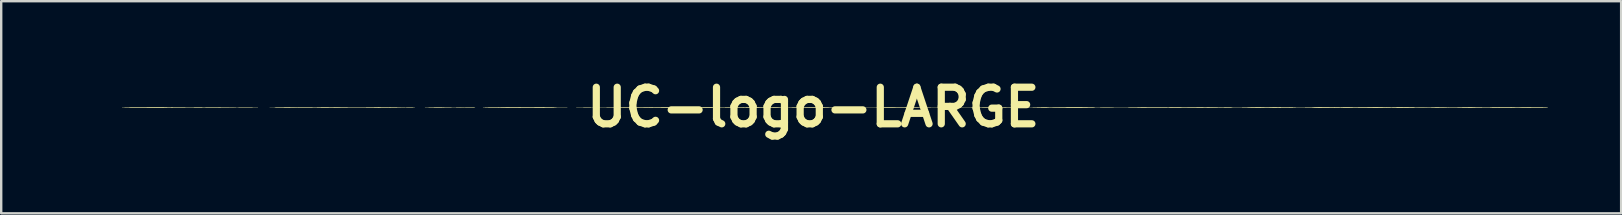
<source format=kicad_pcb>
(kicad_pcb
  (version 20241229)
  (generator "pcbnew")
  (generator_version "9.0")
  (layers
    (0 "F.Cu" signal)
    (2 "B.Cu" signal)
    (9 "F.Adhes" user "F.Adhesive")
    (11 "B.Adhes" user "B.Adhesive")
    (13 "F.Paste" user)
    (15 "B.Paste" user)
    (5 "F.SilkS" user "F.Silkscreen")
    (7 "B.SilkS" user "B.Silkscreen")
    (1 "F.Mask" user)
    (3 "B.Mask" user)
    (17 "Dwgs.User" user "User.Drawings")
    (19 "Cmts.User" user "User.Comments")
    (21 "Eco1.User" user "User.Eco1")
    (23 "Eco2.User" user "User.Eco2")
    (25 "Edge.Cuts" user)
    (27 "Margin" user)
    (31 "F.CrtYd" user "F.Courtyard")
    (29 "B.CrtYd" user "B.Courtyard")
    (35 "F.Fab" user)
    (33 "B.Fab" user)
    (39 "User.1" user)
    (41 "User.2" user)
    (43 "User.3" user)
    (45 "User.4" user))
  (footprint "UC-logo-LARGE"
    (layer "F.Cu")
    (at 30.824 1.418)
    (property "Reference" "UC-logo-LARGE" (at 0 0 0) (layer "F.SilkS") (effects (font (size 1.524 1.524) (thickness 0.3))))
    (attr through_hole)
    (fp_poly (pts (xy 19.293 -0.003) (xy 19.304 -0.003) (xy 19.254 -0.002) (xy 19.219 -0.002) (xy 19.146 -0.002) (xy 19.135 -0.002) (xy 19.184 -0.003) (xy 19.219 -0.003) (xy 19.293 -0.003)) (stroke (width 0.01) (type solid)) (fill yes) (layer "F.SilkS"))
    (fp_poly (pts (xy 25.639 -0.002) (xy 25.654 -0.002) (xy 25.602 -0.002) (xy 25.485 -0.002) (xy 25.456 -0.002) (xy 25.403 -0.002) (xy 25.491 -0.002) (xy 25.527 -0.002) (xy 25.639 -0.002)) (stroke (width 0.01) (type solid)) (fill yes) (layer "F.SilkS"))
    (fp_poly (pts (xy 26.966 -0.002) (xy 26.972 -0.002) (xy 26.943 -0.002) (xy 26.839 -0.002) (xy 26.797 -0.002) (xy 26.791 -0.002) (xy 26.82 -0.002) (xy 26.924 -0.002) (xy 26.966 -0.002)) (stroke (width 0.01) (type solid)) (fill yes) (layer "F.SilkS"))
    (fp_poly (pts (xy 21.479 0.004) (xy 21.503 0.004) (xy 21.462 0.004) (xy 21.371 0.004) (xy 21.218 0.004) (xy 21.146 0.004) (xy 21.112 0.004) (xy 21.123 0.004) (xy 21.239 0.004) (xy 21.389 0.004) (xy 21.479 0.004)) (stroke (width 0.01) (type solid)) (fill yes) (layer "F.SilkS"))
    (fp_poly (pts (xy 17.643 -0.002) (xy 17.806 -0.002) (xy 17.865 -0.002) (xy 17.813 -0.002) (xy 17.698 -0.002) (xy 17.576 -0.002) (xy 17.506 -0.002) (xy 17.505 -0.002) (xy 17.416 -0.002) (xy 17.293 -0.002) (xy 17.134 -0.002) (xy 17.129 -0.002) (xy 17.262 -0.002) (xy 17.483 -0.002) (xy 17.643 -0.002)) (stroke (width 0.01) (type solid)) (fill yes) (layer "F.SilkS"))
    (fp_poly (pts (xy -2.776 0.004) (xy -2.714 0.004) (xy -2.709 0.004) (xy -2.743 0.004) (xy -2.864 0.004) (xy -3.107 0.004) (xy -3.267 0.004) (xy -3.582 0.004) (xy -3.75 0.004) (xy -3.791 0.004) (xy -3.789 0.004) (xy -3.684 0.004) (xy -3.438 0.004) (xy -3.232 0.004) (xy -2.937 0.004) (xy -2.776 0.004)) (stroke (width 0.01) (type solid)) (fill yes) (layer "F.SilkS"))
    (fp_poly (pts (xy 26.374 -0.002) (xy 26.479 -0.002) (xy 26.467 -0.002) (xy 26.363 -0.002) (xy 26.194 -0.002) (xy 26.035 -0.002) (xy 25.929 -0.002) (xy 25.934 -0.002) (xy 26.162 -0.002) (xy 26.193 -0.002) (xy 26.218 -0.002) (xy 26.229 -0.002) (xy 26.218 -0.002) (xy 26.168 -0.002) (xy 26.162 -0.002) (xy 25.934 -0.002) (xy 25.941 -0.002) (xy 26.046 -0.002) (xy 26.215 -0.002) (xy 26.374 -0.002)) (stroke (width 0.01) (type solid)) (fill yes) (layer "F.SilkS"))
    (fp_poly (pts (xy 16.086 -0.004) (xy 16.087 -0.004) (xy 16.128 -0.004) (xy 16.171 -0.004) (xy 16.238 -0.004) (xy 16.256 -0.004) (xy 16.204 -0.004) (xy 16.129 -0.004) (xy 16.045 -0.004) (xy 16.007 -0.004) (xy 16.002 -0.004) (xy 15.98 -0.004) (xy 15.924 -0.004) (xy 15.853 -0.004) (xy 15.782 -0.004) (xy 15.757 -0.004) (xy 15.773 -0.004) (xy 15.765 -0.004) (xy 15.698 -0.004) (xy 15.598 -0.004) (xy 15.591 -0.004) (xy 15.679 -0.004) (xy 15.7 -0.004) (xy 15.864 -0.004) (xy 16.012 -0.004) (xy 16.086 -0.004)) (stroke (width 0.01) (type solid)) (fill yes) (layer "F.SilkS"))
    (fp_poly (pts (xy 24.038 -0.003) (xy 24.054 -0.003) (xy 24.134 -0.003) (xy 24.212 -0.003) (xy 24.279 -0.003) (xy 24.324 -0.003) (xy 24.338 -0.003) (xy 24.335 -0.003) (xy 24.315 -0.003) (xy 24.295 -0.003) (xy 24.291 -0.003) (xy 24.275 -0.003) (xy 24.252 -0.003) (xy 24.214 -0.003) (xy 24.173 -0.003) (xy 24.154 -0.003) (xy 24.148 -0.003) (xy 24.158 -0.003) (xy 24.162 -0.003) (xy 24.164 -0.003) (xy 24.105 -0.003) (xy 24.084 -0.003) (xy 24.002 -0.003) (xy 23.967 -0.003) (xy 23.98 -0.003) (xy 24.038 -0.003)) (stroke (width 0.01) (type solid)) (fill yes) (layer "F.SilkS"))
    (fp_poly (pts (xy 16.008 -0.005) (xy 16.062 -0.005) (xy 16.127 -0.005) (xy 16.181 -0.005) (xy 16.236 -0.005) (xy 16.256 -0.005) (xy 16.23 -0.004) (xy 16.171 -0.004) (xy 16.115 -0.004) (xy 16.087 -0.004) (xy 16.085 -0.004) (xy 16.062 -0.004) (xy 16.005 -0.004) (xy 15.927 -0.004) (xy 15.89 -0.004) (xy 15.855 -0.004) (xy 15.835 -0.004) (xy 15.833 -0.004) (xy 15.821 -0.004) (xy 15.779 -0.004) (xy 15.706 -0.004) (xy 15.607 -0.004) (xy 15.579 -0.005) (xy 15.608 -0.005) (xy 15.707 -0.005) (xy 15.797 -0.005) (xy 15.786 -0.005) (xy 15.81 -0.005) (xy 15.878 -0.005) (xy 16.008 -0.005)) (stroke (width 0.01) (type solid)) (fill yes) (layer "F.SilkS"))
    (fp_poly (pts (xy 14.895 -0.005) (xy 14.958 -0.005) (xy 14.944 -0.005) (xy 14.962 -0.005) (xy 15.071 -0.005) (xy 15.149 -0.005) (xy 15.303 -0.005) (xy 15.396 -0.005) (xy 15.409 -0.005) (xy 15.352 -0.005) (xy 15.206 -0.005) (xy 15.016 -0.005) (xy 14.954 -0.005) (xy 14.77 -0.005) (xy 14.623 -0.005) (xy 14.601 -0.005) (xy 14.465 -0.005) (xy 14.358 -0.005) (xy 14.34 -0.005) (xy 14.349 -0.005) (xy 14.338 -0.005) (xy 14.301 -0.005) (xy 14.268 -0.005) (xy 14.353 -0.005) (xy 14.481 -0.005) (xy 14.565 -0.005) (xy 14.578 -0.005) (xy 14.654 -0.005) (xy 14.718 -0.005) (xy 14.797 -0.005) (xy 14.895 -0.005)) (stroke (width 0.01) (type solid)) (fill yes) (layer "F.SilkS"))
    (fp_poly (pts (xy 17.463 -0.005) (xy 17.502 -0.005) (xy 17.596 -0.005) (xy 17.563 -0.005) (xy 17.538 -0.005) (xy 17.467 -0.005) (xy 17.532 -0.005) (xy 17.585 -0.005) (xy 17.526 -0.005) (xy 17.4 -0.005) (xy 17.276 -0.005) (xy 17.113 -0.005) (xy 16.934 -0.005) (xy 16.762 -0.005) (xy 16.608 -0.005) (xy 16.518 -0.005) (xy 16.51 -0.005) (xy 16.564 -0.005) (xy 16.701 -0.005) (xy 16.784 -0.005) (xy 16.954 -0.005) (xy 16.979 -0.005) (xy 16.961 -0.005) (xy 16.91 -0.005) (xy 16.975 -0.005) (xy 17.082 -0.005) (xy 17.147 -0.005) (xy 17.222 -0.005) (xy 17.28 -0.005) (xy 17.355 -0.005) (xy 17.463 -0.005)) (stroke (width 0.01) (type solid)) (fill yes) (layer "F.SilkS"))
    (fp_poly (pts (xy -19.47 0.005) (xy -19.355 0.005) (xy -19.362 0.005) (xy -19.372 0.005) (xy -19.416 0.005) (xy -19.448 0.005) (xy -19.468 0.005) (xy -19.475 0.005) (xy -19.469 0.005) (xy -19.45 0.005) (xy -19.417 0.006) (xy -19.389 0.006) (xy -19.306 0.006) (xy -19.304 0.006) (xy -19.38 0.006) (xy -19.576 0.006) (xy -19.748 0.006) (xy -19.998 0.006) (xy -20.104 0.006) (xy -20.091 0.006) (xy -20.045 0.006) (xy -19.974 0.006) (xy -19.929 0.005) (xy -19.905 0.005) (xy -19.897 0.005) (xy -19.897 0.005) (xy -19.901 0.005) (xy -19.919 0.005) (xy -19.954 0.005) (xy -20.014 0.005) (xy -20.045 0.005) (xy -20.094 0.005) (xy -20.013 0.005) (xy -19.785 0.005) (xy -19.732 0.005) (xy -19.47 0.005)) (stroke (width 0.01) (type solid)) (fill yes) (layer "F.SilkS"))
    (fp_poly (pts (xy -26.773 0.005) (xy -26.48 0.005) (xy -26.269 0.005) (xy -26.179 0.005) (xy -26.162 0.005) (xy -26.162 0.005) (xy -26.409 0.005) (xy -26.7 0.005) (xy -27.017 0.005) (xy -27.295 0.005) (xy -27.522 0.005) (xy -27.646 0.005) (xy -27.674 0.005) (xy -27.612 0.005) (xy -27.466 0.005) (xy -27.243 0.005) (xy -27.041 0.006) (xy -26.752 0.006) (xy -26.429 0.005) (xy -26.268 0.005) (xy -26.077 0.005) (xy -26.077 0.005) (xy -26.156 0.005) (xy -26.373 0.006) (xy -26.699 0.006) (xy -27.084 0.006) (xy -27.401 0.006) (xy -27.637 0.006) (xy -27.762 0.005) (xy -28.018 0.005) (xy -28.132 0.005) (xy -28.11 0.005) (xy -27.96 0.005) (xy -27.688 0.005) (xy -27.405 0.005) (xy -27.097 0.005) (xy -26.773 0.005)) (stroke (width 0.01) (type solid)) (fill yes) (layer "F.SilkS"))
    (fp_poly (pts (xy 21.257 0.004) (xy 21.32 0.004) (xy 21.331 0.004) (xy 21.292 0.004) (xy 21.204 0.004) (xy 21.199 0.004) (xy 21.126 0.005) (xy 21.109 0.005) (xy 21.152 0.005) (xy 21.257 0.005) (xy 21.321 0.005) (xy 21.483 0.005) (xy 21.542 0.005) (xy 21.488 0.005) (xy 21.421 0.005) (xy 21.236 0.005) (xy 21.031 0.005) (xy 20.856 0.005) (xy 20.771 0.005) (xy 20.763 0.005) (xy 20.79 0.005) (xy 20.846 0.004) (xy 20.864 0.004) (xy 20.926 0.004) (xy 20.962 0.004) (xy 20.967 0.004) (xy 20.961 0.004) (xy 20.871 0.004) (xy 20.758 0.004) (xy 20.594 0.004) (xy 20.532 0.004) (xy 20.582 0.004) (xy 20.701 0.004) (xy 20.902 0.004) (xy 21.098 0.004) (xy 21.14 0.004) (xy 21.257 0.004)) (stroke (width 0.01) (type solid)) (fill yes) (layer "F.SilkS"))
    (fp_poly (pts (xy 21.417 0.005) (xy 21.528 0.005) (xy 21.518 0.005) (xy 21.476 0.005) (xy 21.406 0.005) (xy 21.365 0.005) (xy 21.348 0.005) (xy 21.349 0.005) (xy 21.354 0.005) (xy 21.378 0.005) (xy 21.73 0.006) (xy 21.98 0.006) (xy 22.133 0.005) (xy 22.217 0.005) (xy 22.352 0.005) (xy 22.352 0.006) (xy 21.548 0.006) (xy 21.168 0.006) (xy 20.896 0.006) (xy 20.756 0.006) (xy 20.743 0.006) (xy 20.812 0.006) (xy 20.87 0.006) (xy 20.93 0.006) (xy 20.968 0.005) (xy 20.989 0.005) (xy 20.997 0.005) (xy 20.997 0.005) (xy 20.993 0.005) (xy 20.977 0.005) (xy 20.943 0.005) (xy 20.887 0.005) (xy 20.849 0.005) (xy 20.8 0.005) (xy 20.88 0.005) (xy 21.109 0.005) (xy 21.162 0.005) (xy 21.417 0.005)) (stroke (width 0.01) (type solid)) (fill yes) (layer "F.SilkS"))
    (fp_poly (pts (xy -14.732 0.005) (xy -14.761 0.005) (xy -14.827 0.005) (xy -14.903 0.005) (xy -14.926 0.005) (xy -15.017 0.005) (xy -15.222 0.005) (xy -15.494 0.005) (xy -15.494 0.005) (xy -15.489 0.005) (xy -15.47 0.005) (xy -15.433 0.005) (xy -15.37 0.006) (xy -15.346 0.006) (xy -15.282 0.006) (xy -15.322 0.006) (xy -15.491 0.006) (xy -15.659 0.006) (xy -15.92 0.006) (xy -16.036 0.006) (xy -16.029 0.006) (xy -16.019 0.006) (xy -15.965 0.005) (xy -15.931 0.005) (xy -15.917 0.005) (xy -15.917 0.005) (xy -15.919 0.005) (xy -15.928 0.005) (xy -15.954 0.005) (xy -16.003 0.005) (xy -16.084 0.005) (xy -16.126 0.005) (xy -16.34 0.005) (xy -16.462 0.005) (xy -16.588 0.005) (xy -16.591 0.005) (xy -16.595 0.005) (xy -14.732 0.005) (xy -14.732 0.005)) (stroke (width 0.01) (type solid)) (fill yes) (layer "F.SilkS"))
    (fp_poly (pts (xy -12.482 0.005) (xy -12.425 0.005) (xy -12.215 0.005) (xy -12.125 0.005) (xy -12.107 0.005) (xy -12.107 0.005) (xy -12.353 0.005) (xy -12.645 0.005) (xy -12.962 0.005) (xy -13.269 0.005) (xy -13.424 0.005) (xy -13.59 0.005) (xy -13.641 0.005) (xy -13.588 0.005) (xy -13.44 0.005) (xy -13.208 0.005) (xy -13.107 0.006) (xy -12.808 0.006) (xy -12.502 0.005) (xy -12.253 0.005) (xy -12.231 0.005) (xy -12.14 0.005) (xy -12.11 0.005) (xy -12.107 0.005) (xy -12.176 0.005) (xy -12.387 0.006) (xy -12.746 0.006) (xy -13.009 0.006) (xy -13.3 0.006) (xy -13.494 0.006) (xy -13.665 0.006) (xy -13.754 0.005) (xy -14.005 0.005) (xy -14.105 0.005) (xy -14.059 0.005) (xy -13.869 0.005) (xy -13.542 0.005) (xy -13.512 0.005) (xy -13.168 0.005) (xy -12.852 0.005) (xy -12.482 0.005)) (stroke (width 0.01) (type solid)) (fill yes) (layer "F.SilkS"))
    (fp_poly (pts (xy -11.771 0.004) (xy -11.699 0.004) (xy -11.701 0.004) (xy -11.763 0.004) (xy -11.837 0.004) (xy -11.982 0.004) (xy -12.182 0.004) (xy -12.183 0.004) (xy -12.426 0.004) (xy -12.642 0.004) (xy -12.817 0.005) (xy -12.91 0.005) (xy -13.025 0.005) (xy -13.132 0.005) (xy -13.198 0.005) (xy -13.207 0.005) (xy -13.185 0.005) (xy -13.13 0.005) (xy -13.053 0.004) (xy -13.041 0.004) (xy -12.968 0.004) (xy -12.924 0.004) (xy -12.916 0.004) (xy -12.919 0.004) (xy -13.014 0.004) (xy -13.135 0.004) (xy -13.301 0.004) (xy -13.357 0.004) (xy -13.3 0.004) (xy -13.162 0.004) (xy -12.947 0.004) (xy -12.745 0.004) (xy -12.721 0.004) (xy -12.585 0.004) (xy -12.535 0.004) (xy -12.531 0.004) (xy -12.531 0.004) (xy -12.311 0.004) (xy -12.115 0.004) (xy -11.922 0.004) (xy -11.771 0.004)) (stroke (width 0.01) (type solid)) (fill yes) (layer "F.SilkS"))
    (fp_poly (pts (xy 12.307 0.004) (xy 12.44 0.004) (xy 12.564 0.004) (xy 12.607 0.004) (xy 12.575 0.004) (xy 12.518 0.004) (xy 12.337 0.005) (xy 12.077 0.005) (xy 11.766 0.005) (xy 11.432 0.005) (xy 11.252 0.005) (xy 11.016 0.005) (xy 10.879 0.005) (xy 10.865 0.005) (xy 11.181 0.005) (xy 11.224 0.005) (xy 11.309 0.005) (xy 11.449 0.005) (xy 11.57 0.005) (xy 11.727 0.005) (xy 11.75 0.005) (xy 11.953 0.005) (xy 12.098 0.004) (xy 12.177 0.004) (xy 12.181 0.004) (xy 12.103 0.004) (xy 12.029 0.004) (xy 11.837 0.004) (xy 11.644 0.004) (xy 11.466 0.004) (xy 11.318 0.004) (xy 11.218 0.004) (xy 11.181 0.005) (xy 10.865 0.005) (xy 10.849 0.004) (xy 10.935 0.004) (xy 10.953 0.004) (xy 11.153 0.004) (xy 11.424 0.004) (xy 11.729 0.004) (xy 12.035 0.004) (xy 12.307 0.004)) (stroke (width 0.01) (type solid)) (fill yes) (layer "F.SilkS"))
    (fp_poly (pts (xy -1.542 0.005) (xy -1.345 0.005) (xy -1.302 0.005) (xy -1.226 0.005) (xy -1.189 0.005) (xy -1.196 0.005) (xy -1.249 0.005) (xy -1.27 0.005) (xy -1.346 0.005) (xy -1.355 0.005) (xy -1.431 0.005) (xy -1.623 0.005) (xy -1.881 0.005) (xy -2.012 0.005) (xy -2.335 0.005) (xy -2.567 0.005) (xy -2.692 0.005) (xy -2.709 0.005) (xy -2.653 0.005) (xy -2.499 0.005) (xy -2.271 0.006) (xy -1.995 0.006) (xy -1.693 0.006) (xy -1.389 0.005) (xy -1.363 0.005) (xy -1.185 0.005) (xy -1.185 0.005) (xy -1.227 0.005) (xy -1.383 0.006) (xy -1.452 0.006) (xy -1.794 0.006) (xy -2.179 0.006) (xy -2.531 0.006) (xy -2.719 0.006) (xy -2.927 0.005) (xy -3.103 0.005) (xy -3.206 0.005) (xy -3.217 0.005) (xy -3.14 0.005) (xy -2.928 0.005) (xy -2.611 0.005) (xy -2.216 0.005) (xy -1.8 0.005) (xy -1.542 0.005)) (stroke (width 0.01) (type solid)) (fill yes) (layer "F.SilkS"))
    (fp_poly (pts (xy 22.751 0.004) (xy 22.775 0.004) (xy 22.809 0.004) (xy 22.943 0.004) (xy 22.994 0.004) (xy 23.151 0.004) (xy 23.173 0.004) (xy 23.072 0.004) (xy 22.902 0.004) (xy 22.764 0.004) (xy 22.675 0.004) (xy 22.607 0.004) (xy 22.55 0.004) (xy 22.482 0.004) (xy 22.423 0.005) (xy 22.393 0.005) (xy 22.396 0.005) (xy 22.467 0.005) (xy 22.599 0.005) (xy 22.718 0.005) (xy 22.815 0.005) (xy 22.853 0.005) (xy 22.856 0.005) (xy 22.796 0.005) (xy 22.64 0.005) (xy 22.438 0.005) (xy 22.386 0.005) (xy 22.251 0.005) (xy 22.136 0.005) (xy 22.065 0.005) (xy 22.029 0.005) (xy 22.03 0.005) (xy 22.067 0.005) (xy 22.141 0.004) (xy 22.153 0.004) (xy 22.326 0.004) (xy 22.117 0.004) (xy 21.976 0.004) (xy 21.978 0.004) (xy 22.013 0.004) (xy 22.159 0.004) (xy 22.237 0.004) (xy 22.353 0.004) (xy 22.437 0.004) (xy 22.54 0.004) (xy 22.646 0.004) (xy 22.751 0.004)) (stroke (width 0.01) (type solid)) (fill yes) (layer "F.SilkS"))
    (fp_poly (pts (xy -10.269 0.004) (xy -10.107 0.004) (xy -10.085 0.004) (xy -10.055 0.004) (xy -10.169 0.004) (xy -10.405 0.004) (xy -10.74 0.004) (xy -10.891 0.004) (xy -11.121 0.004) (xy -11.228 0.004) (xy -11.259 0.004) (xy -11.261 0.004) (xy -11.217 0.005) (xy -11.091 0.005) (xy -10.892 0.005) (xy -10.629 0.005) (xy -10.586 0.005) (xy -10.409 0.005) (xy -10.284 0.005) (xy -10.262 0.005) (xy -10.284 0.005) (xy -10.409 0.005) (xy -10.495 0.005) (xy -10.793 0.005) (xy -11.102 0.005) (xy -11.369 0.005) (xy -11.404 0.005) (xy -11.561 0.005) (xy -11.617 0.005) (xy -11.58 0.004) (xy -11.484 0.004) (xy -11.138 0.004) (xy -11.07 0.004) (xy -10.967 0.004) (xy -10.746 0.004) (xy -10.583 0.004) (xy -10.451 0.004) (xy -10.418 0.004) (xy -10.484 0.004) (xy -10.57 0.004) (xy -10.776 0.004) (xy -10.983 0.004) (xy -11.083 0.004) (xy -11.138 0.004) (xy -11.484 0.004) (xy -11.46 0.004) (xy -11.263 0.004) (xy -11.039 0.004) (xy -10.787 0.004) (xy -10.513 0.004) (xy -10.269 0.004)) (stroke (width 0.01) (type solid)) (fill yes) (layer "F.SilkS"))
    (fp_poly (pts (xy -17.752 0.005) (xy -17.513 0.005) (xy -17.392 0.005) (xy -17.335 0.005) (xy -17.309 0.005) (xy -17.297 0.005) (xy -17.354 0.005) (xy -17.484 0.005) (xy -17.541 0.005) (xy -17.748 0.005) (xy -17.979 0.005) (xy -18.178 0.005) (xy -18.202 0.005) (xy -18.271 0.005) (xy -18.18 0.005) (xy -17.927 0.005) (xy -17.878 0.005) (xy -17.552 0.005) (xy -17.363 0.005) (xy -17.281 0.005) (xy -17.272 0.005) (xy -17.332 0.005) (xy -17.519 0.006) (xy -17.842 0.006) (xy -18.081 0.006) (xy -18.339 0.006) (xy -18.522 0.006) (xy -18.57 0.006) (xy -18.616 0.006) (xy -18.625 0.005) (xy -18.602 0.005) (xy -18.549 0.005) (xy -18.548 0.005) (xy -18.462 0.005) (xy -18.415 0.005) (xy -18.286 0.005) (xy -18.079 0.006) (xy -17.851 0.006) (xy -17.658 0.006) (xy -17.572 0.005) (xy -17.564 0.005) (xy -17.641 0.005) (xy -17.822 0.005) (xy -18.129 0.005) (xy -18.203 0.005) (xy -18.441 0.005) (xy -18.538 0.005) (xy -18.507 0.005) (xy -18.364 0.005) (xy -18.122 0.005) (xy -17.795 0.005) (xy -17.752 0.005)) (stroke (width 0.01) (type solid)) (fill yes) (layer "F.SilkS"))
    (fp_poly (pts (xy -14.552 0.000158) (xy -14.29 0.000161) (xy -14.136 0.000166) (xy -14.113 0.000168) (xy -14.144 0.000184) (xy -14.288 0.000207) (xy -14.332 0.000212) (xy -14.605 0.000244) (xy -14.628 0.001) (xy -14.634 0.001) (xy -14.634 0.001) (xy -14.626 0.001) (xy -14.607 0.001) (xy -14.574 0.001) (xy -14.525 0.001) (xy -14.458 0.001) (xy -14.369 0.001) (xy -14.299 0.001) (xy -14.164 0.001) (xy -14.136 0.001) (xy -14.215 0.001) (xy -14.422 0.001) (xy -14.719 0.001) (xy -15.062 0.001) (xy -15.413 0.001) (xy -15.731 0.001) (xy -15.974 0.001) (xy -16.103 0.001) (xy -16.11 0.001) (xy -16.134 0.001) (xy -16.032 0.001) (xy -15.915 0.001) (xy -15.815 0.001) (xy -15.737 0.001) (xy -15.678 0.001) (xy -15.637 0.001) (xy -15.61 0.001) (xy -15.596 0.001) (xy -15.592 0.001) (xy -15.596 0.001) (xy -15.598 0.001) (xy -15.621 0.000244) (xy -15.894 0.000215) (xy -16.076 0.000191) (xy -16.167 0.000173) (xy -16.17 0.000171) (xy -16.092 0.000165) (xy -15.885 0.000161) (xy -15.588 0.000158) (xy -15.241 0.000156) (xy -14.882 0.000156) (xy -14.552 0.000158)) (stroke (width 0.01) (type solid)) (fill yes) (layer "F.SilkS"))
    (fp_poly (pts (xy -24.672 0.004) (xy -24.394 0.004) (xy -24.244 0.004) (xy -24.209 0.004) (xy -24.278 0.004) (xy -24.44 0.004) (xy -24.682 0.004) (xy -24.992 0.004) (xy -25.098 0.004) (xy -25.311 0.004) (xy -25.415 0.004) (xy -25.448 0.004) (xy -25.451 0.005) (xy -25.363 0.005) (xy -25.214 0.005) (xy -25.163 0.005) (xy -25.008 0.005) (xy -24.815 0.005) (xy -24.78 0.005) (xy -24.589 0.005) (xy -24.497 0.005) (xy -24.517 0.005) (xy -24.665 0.005) (xy -24.673 0.005) (xy -24.974 0.005) (xy -25.277 0.005) (xy -25.502 0.005) (xy -25.708 0.005) (xy -25.797 0.005) (xy -25.774 0.004) (xy -25.645 0.004) (xy -25.315 0.004) (xy -25.251 0.004) (xy -25.097 0.004) (xy -24.906 0.004) (xy -24.749 0.004) (xy -24.6 0.004) (xy -24.557 0.004) (xy -24.625 0.004) (xy -24.715 0.004) (xy -24.861 0.004) (xy -25.045 0.004) (xy -25.212 0.004) (xy -25.308 0.004) (xy -25.315 0.004) (xy -25.645 0.004) (xy -25.643 0.004) (xy -25.408 0.004) (xy -25.311 0.004) (xy -25.097 0.004) (xy -24.925 0.004) (xy -24.732 0.004) (xy -24.672 0.004)) (stroke (width 0.01) (type solid)) (fill yes) (layer "F.SilkS"))
    (fp_poly (pts (xy 17.357 0.005) (xy 17.144 0.005) (xy 16.917 0.005) (xy 16.742 0.005) (xy 16.623 0.005) (xy 16.56 0.005) (xy 16.53 0.005) (xy 16.527 0.005) (xy 16.519 0.005) (xy 16.549 0.005) (xy 16.632 0.005) (xy 16.67 0.005) (xy 16.843 0.005) (xy 16.971 0.005) (xy 17.048 0.005) (xy 17.086 0.005) (xy 17.098 0.005) (xy 17.096 0.005) (xy 17.084 0.005) (xy 17.06 0.005) (xy 17.041 0.005) (xy 16.888 0.005) (xy 16.658 0.005) (xy 16.568 0.005) (xy 16.523 0.005) (xy 16.51 0.005) (xy 16.51 0.005) (xy 16.51 0.006) (xy 16.844 0.006) (xy 17.111 0.006) (xy 17.28 0.005) (xy 17.31 0.005) (xy 17.4 0.005) (xy 17.435 0.005) (xy 17.441 0.005) (xy 17.441 0.005) (xy 17.441 0.006) (xy 16.679 0.006) (xy 16.344 0.006) (xy 16.084 0.006) (xy 15.937 0.006) (xy 15.917 0.006) (xy 15.97 0.006) (xy 16.044 0.005) (xy 16.118 0.005) (xy 16.161 0.005) (xy 16.173 0.005) (xy 16.155 0.005) (xy 16.105 0.005) (xy 16.049 0.005) (xy 15.927 0.005) (xy 17.357 0.005) (xy 17.357 0.005)) (stroke (width 0.01) (type solid)) (fill yes) (layer "F.SilkS"))
    (fp_poly (pts (xy 24.019 0.005) (xy 24.125 0.005) (xy 24.261 0.005) (xy 24.346 0.005) (xy 24.513 0.005) (xy 24.681 0.005) (xy 24.822 0.005) (xy 24.864 0.005) (xy 25.056 0.006) (xy 24.635 0.006) (xy 24.386 0.006) (xy 24.235 0.006) (xy 24.207 0.006) (xy 24.306 0.006) (xy 24.35 0.005) (xy 24.293 0.005) (xy 24.19 0.005) (xy 24.035 0.005) (xy 23.864 0.005) (xy 23.643 0.005) (xy 23.533 0.005) (xy 23.487 0.005) (xy 23.485 0.005) (xy 23.538 0.006) (xy 23.581 0.006) (xy 23.516 0.006) (xy 23.316 0.006) (xy 23.279 0.006) (xy 22.915 0.006) (xy 23.087 0.006) (xy 23.193 0.005) (xy 23.337 0.005) (xy 23.487 0.005) (xy 23.677 0.005) (xy 23.703 0.005) (xy 23.832 0.005) (xy 23.88 0.005) (xy 24.042 0.005) (xy 24.082 0.005) (xy 24.033 0.005) (xy 23.936 0.005) (xy 23.854 0.005) (xy 23.774 0.005) (xy 23.728 0.005) (xy 23.677 0.005) (xy 23.487 0.005) (xy 23.494 0.005) (xy 23.581 0.005) (xy 23.722 0.005) (xy 23.845 0.005) (xy 23.932 0.005) (xy 23.962 0.005) (xy 24.019 0.005)) (stroke (width 0.01) (type solid)) (fill yes) (layer "F.SilkS"))
    (fp_poly (pts (xy -25.449 0.004) (xy -25.518 0.004) (xy -25.57 0.004) (xy -25.62 0.004) (xy -25.661 0.004) (xy -25.704 0.004) (xy -25.694 0.004) (xy -25.692 0.004) (xy -25.74 0.004) (xy -25.838 0.004) (xy -26.002 0.004) (xy -26.185 0.004) (xy -26.536 0.004) (xy -26.758 0.004) (xy -26.85 0.004) (xy -26.909 0.004) (xy -26.934 0.005) (xy -26.926 0.005) (xy -26.886 0.005) (xy -26.813 0.005) (xy -26.788 0.005) (xy -26.681 0.005) (xy -26.67 0.005) (xy -26.748 0.005) (xy -26.954 0.005) (xy -27.22 0.005) (xy -27.508 0.005) (xy -27.705 0.005) (xy -27.771 0.005) (xy -27.702 0.005) (xy -27.642 0.005) (xy -27.561 0.005) (xy -27.492 0.005) (xy -27.425 0.005) (xy -27.353 0.004) (xy -27.27 0.004) (xy -27.183 0.004) (xy -27.106 0.004) (xy -27.035 0.004) (xy -26.981 0.004) (xy -26.952 0.004) (xy -26.94 0.004) (xy -27.015 0.004) (xy -27.215 0.004) (xy -27.53 0.004) (xy -27.801 0.004) (xy -27.958 0.004) (xy -28.013 0.004) (xy -28.048 0.004) (xy -28.058 0.004) (xy -28.045 0.004) (xy -28.007 0.004) (xy -25.397 0.004) (xy -25.449 0.004)) (stroke (width 0.01) (type solid)) (fill yes) (layer "F.SilkS"))
    (fp_poly (pts (xy 14.749 0.005) (xy 15.031 0.005) (xy 15.203 0.005) (xy 15.24 0.005) (xy 15.194 0.005) (xy 15.07 0.005) (xy 14.886 0.005) (xy 14.66 0.005) (xy 14.643 0.005) (xy 14.047 0.005) (xy 14.481 0.006) (xy 14.848 0.006) (xy 15.075 0.005) (xy 15.155 0.005) (xy 15.155 0.005) (xy 15.205 0.005) (xy 15.24 0.005) (xy 15.314 0.005) (xy 15.305 0.005) (xy 15.271 0.006) (xy 15.239 0.006) (xy 15.177 0.006) (xy 15.051 0.006) (xy 14.831 0.006) (xy 14.484 0.006) (xy 14.341 0.006) (xy 13.978 0.006) (xy 13.688 0.006) (xy 13.506 0.006) (xy 13.462 0.006) (xy 13.508 0.006) (xy 13.635 0.005) (xy 13.822 0.005) (xy 14.051 0.005) (xy 14.055 0.005) (xy 14.284 0.005) (xy 14.472 0.005) (xy 14.6 0.005) (xy 14.647 0.005) (xy 14.647 0.005) (xy 14.573 0.005) (xy 14.392 0.005) (xy 14.166 0.005) (xy 13.955 0.005) (xy 13.85 0.005) (xy 13.733 0.005) (xy 13.716 0.005) (xy 13.661 0.005) (xy 13.631 0.005) (xy 13.574 0.005) (xy 13.547 0.005) (xy 13.547 0.005) (xy 13.547 0.005) (xy 14.393 0.005) (xy 14.749 0.005)) (stroke (width 0.01) (type solid)) (fill yes) (layer "F.SilkS"))
    (fp_poly (pts (xy -7.889 0.005) (xy -7.775 0.005) (xy -7.776 0.005) (xy -7.826 0.005) (xy -7.909 0.005) (xy -7.952 0.005) (xy -7.955 0.005) (xy -7.917 0.005) (xy -7.838 0.005) (xy -7.837 0.005) (xy -7.655 0.005) (xy -7.397 0.006) (xy -7.095 0.006) (xy -7.062 0.006) (xy -6.882 0.005) (xy -6.766 0.005) (xy -6.704 0.005) (xy -6.689 0.005) (xy -6.698 0.005) (xy -6.731 0.005) (xy -6.796 0.005) (xy -6.837 0.005) (xy -6.902 0.005) (xy -6.834 0.005) (xy -6.657 0.005) (xy -6.451 0.005) (xy -6.389 0.005) (xy -6.414 0.005) (xy -6.458 0.005) (xy -6.499 0.005) (xy -6.531 0.005) (xy -6.537 0.005) (xy -6.584 0.005) (xy -6.676 0.005) (xy -6.832 0.006) (xy -7.07 0.006) (xy -7.41 0.006) (xy -7.427 0.006) (xy -7.728 0.006) (xy -7.928 0.006) (xy -8.09 0.006) (xy -8.192 0.005) (xy -8.254 0.005) (xy -8.286 0.005) (xy -8.297 0.005) (xy -8.297 0.005) (xy -8.303 0.005) (xy -8.325 0.005) (xy -8.369 0.005) (xy -8.443 0.005) (xy -8.445 0.005) (xy -8.496 0.005) (xy -8.416 0.005) (xy -8.189 0.005) (xy -8.143 0.005) (xy -7.889 0.005)) (stroke (width 0.01) (type solid)) (fill yes) (layer "F.SilkS"))
    (fp_poly (pts (xy 19.183 0.005) (xy 19.285 0.005) (xy 19.422 0.005) (xy 19.554 0.005) (xy 19.723 0.005) (xy 19.886 0.005) (xy 20.024 0.005) (xy 20.097 0.006) (xy 20.184 0.006) (xy 20.184 0.006) (xy 20.072 0.006) (xy 19.764 0.006) (xy 19.492 0.006) (xy 19.368 0.006) (xy 19.371 0.006) (xy 19.4 0.006) (xy 19.49 0.005) (xy 19.476 0.005) (xy 19.456 0.005) (xy 19.376 0.005) (xy 19.247 0.005) (xy 19.04 0.005) (xy 18.81 0.005) (xy 18.686 0.005) (xy 18.623 0.005) (xy 18.582 0.005) (xy 18.655 0.006) (xy 18.688 0.006) (xy 18.758 0.006) (xy 18.72 0.006) (xy 18.548 0.006) (xy 18.424 0.006) (xy 18.009 0.006) (xy 18.213 0.006) (xy 18.33 0.005) (xy 18.482 0.005) (xy 18.602 0.005) (xy 18.815 0.005) (xy 18.89 0.005) (xy 19.008 0.005) (xy 19.165 0.005) (xy 19.216 0.005) (xy 19.175 0.005) (xy 19.102 0.005) (xy 18.99 0.005) (xy 18.893 0.005) (xy 18.821 0.005) (xy 18.815 0.005) (xy 18.602 0.005) (xy 18.647 0.005) (xy 18.748 0.005) (xy 18.89 0.005) (xy 19.011 0.005) (xy 19.098 0.005) (xy 19.131 0.005) (xy 19.183 0.005)) (stroke (width 0.01) (type solid)) (fill yes) (layer "F.SilkS"))
    (fp_poly (pts (xy 8.035 0.000157) (xy 8.322 0.00016) (xy 8.481 0.000167) (xy 8.532 0.000177) (xy 8.53 0.00018) (xy 8.426 0.000204) (xy 8.333 0.000212) (xy 8.165 0.000228) (xy 8.108 0.000241) (xy 8.091 0.000266) (xy 8.076 0.000325) (xy 8.063 0.000411) (xy 8.053 0.001) (xy 8.046 0.001) (xy 8.045 0.001) (xy 8.045 0.001) (xy 8.051 0.001) (xy 8.063 0.001) (xy 8.086 0.001) (xy 8.122 0.001) (xy 8.174 0.001) (xy 8.244 0.001) (xy 8.335 0.001) (xy 8.399 0.001) (xy 8.527 0.001) (xy 8.551 0.001) (xy 8.524 0.001) (xy 8.426 0.001) (xy 8.23 0.001) (xy 7.909 0.001) (xy 7.587 0.001) (xy 7.2 0.001) (xy 6.877 0.001) (xy 6.656 0.001) (xy 6.573 0.001) (xy 6.556 0.001) (xy 6.66 0.001) (xy 6.775 0.001) (xy 6.875 0.001) (xy 6.954 0.001) (xy 7.012 0.001) (xy 7.054 0.001) (xy 7.08 0.001) (xy 7.094 0.001) (xy 7.098 0.001) (xy 7.094 0.001) (xy 7.092 0.001) (xy 7.07 0.000244) (xy 6.797 0.000212) (xy 6.633 0.000189) (xy 6.573 0.000171) (xy 6.578 0.000168) (xy 6.68 0.000163) (xy 6.914 0.000159) (xy 7.246 0.000157) (xy 7.599 0.000156) (xy 8.035 0.000157)) (stroke (width 0.01) (type solid)) (fill yes) (layer "F.SilkS"))
    (fp_poly (pts (xy 29.817 0.005) (xy 29.984 0.005) (xy 30.117 0.005) (xy 30.233 0.005) (xy 30.455 0.005) (xy 30.553 0.005) (xy 30.534 0.005) (xy 30.403 0.005) (xy 30.165 0.006) (xy 30.011 0.006) (xy 29.813 0.006) (xy 29.534 0.006) (xy 29.217 0.006) (xy 28.907 0.006) (xy 28.648 0.006) (xy 28.483 0.006) (xy 28.448 0.006) (xy 28.515 0.006) (xy 28.551 0.006) (xy 28.595 0.005) (xy 28.622 0.005) (xy 28.632 0.005) (xy 28.628 0.005) (xy 29.041 0.005) (xy 29.046 0.005) (xy 29.062 0.005) (xy 29.084 0.005) (xy 29.097 0.005) (xy 29.214 0.006) (xy 29.418 0.006) (xy 29.428 0.006) (xy 29.676 0.005) (xy 29.892 0.005) (xy 29.922 0.005) (xy 30.093 0.005) (xy 30.135 0.005) (xy 30.059 0.005) (xy 29.876 0.005) (xy 29.596 0.005) (xy 29.358 0.005) (xy 29.2 0.005) (xy 29.105 0.005) (xy 29.058 0.005) (xy 29.042 0.005) (xy 29.041 0.005) (xy 28.628 0.005) (xy 28.627 0.005) (xy 28.608 0.005) (xy 28.575 0.005) (xy 28.53 0.005) (xy 28.515 0.005) (xy 28.507 0.005) (xy 28.599 0.005) (xy 28.815 0.005) (xy 29.177 0.005) (xy 29.57 0.005) (xy 29.817 0.005)) (stroke (width 0.01) (type solid)) (fill yes) (layer "F.SilkS"))
    (fp_poly (pts (xy 2.012 0.004) (xy 2.17 0.004) (xy 2.201 0.004) (xy 2.187 0.004) (xy 2.148 0.004) (xy 2.091 0.004) (xy 2.068 0.004) (xy 2.013 0.004) (xy 1.98 0.005) (xy 1.976 0.005) (xy 1.983 0.005) (xy 2.072 0.005) (xy 2.201 0.005) (xy 2.328 0.005) (xy 2.365 0.005) (xy 2.314 0.005) (xy 2.192 0.005) (xy 1.998 0.005) (xy 1.789 0.005) (xy 1.653 0.005) (xy 1.592 0.005) (xy 1.583 0.005) (xy 1.588 0.005) (xy 1.61 0.004) (xy 1.436 0.005) (xy 1.185 0.005) (xy 0.91 0.005) (xy 0.643 0.005) (xy 0.433 0.005) (xy 0.285 0.005) (xy 0.271 0.005) (xy 0.602 0.005) (xy 0.629 0.005) (xy 0.69 0.005) (xy 0.844 0.005) (xy 1.044 0.005) (xy 1.287 0.005) (xy 1.574 0.004) (xy 1.781 0.004) (xy 1.815 0.004) (xy 1.835 0.004) (xy 1.749 0.004) (xy 1.633 0.004) (xy 1.322 0.004) (xy 1.056 0.004) (xy 0.822 0.004) (xy 0.796 0.004) (xy 0.656 0.004) (xy 0.602 0.005) (xy 0.271 0.005) (xy 0.269 0.005) (xy 0.384 0.004) (xy 0.505 0.004) (xy 0.803 0.004) (xy 1.148 0.004) (xy 1.564 0.004) (xy 1.767 0.004) (xy 2.012 0.004)) (stroke (width 0.01) (type solid)) (fill yes) (layer "F.SilkS"))
    (fp_poly (pts (xy 8.785 0.004) (xy 8.943 0.004) (xy 8.975 0.004) (xy 8.959 0.004) (xy 8.918 0.004) (xy 8.859 0.004) (xy 8.836 0.004) (xy 8.778 0.004) (xy 8.746 0.005) (xy 8.743 0.005) (xy 8.75 0.005) (xy 8.844 0.005) (xy 8.974 0.005) (xy 9.101 0.005) (xy 9.138 0.005) (xy 9.087 0.005) (xy 8.965 0.005) (xy 8.771 0.005) (xy 8.563 0.005) (xy 8.426 0.005) (xy 8.366 0.005) (xy 8.358 0.005) (xy 8.364 0.005) (xy 8.389 0.004) (xy 8.139 0.005) (xy 7.87 0.005) (xy 7.593 0.005) (xy 7.333 0.005) (xy 7.205 0.005) (xy 7.058 0.005) (xy 7.049 0.005) (xy 7.402 0.005) (xy 7.441 0.005) (xy 7.548 0.005) (xy 7.657 0.005) (xy 7.828 0.005) (xy 7.93 0.005) (xy 8.269 0.004) (xy 8.527 0.004) (xy 8.589 0.004) (xy 8.609 0.004) (xy 8.526 0.004) (xy 8.399 0.004) (xy 8.077 0.004) (xy 7.796 0.004) (xy 7.557 0.004) (xy 7.54 0.004) (xy 7.435 0.004) (xy 7.402 0.005) (xy 7.049 0.005) (xy 7.042 0.005) (xy 7.157 0.004) (xy 7.279 0.004) (xy 7.576 0.004) (xy 7.922 0.004) (xy 8.337 0.004) (xy 8.54 0.004) (xy 8.785 0.004)) (stroke (width 0.01) (type solid)) (fill yes) (layer "F.SilkS"))
    (fp_poly (pts (xy 7.957 0.005) (xy 7.955 0.005) (xy 7.809 0.005) (xy 7.617 0.005) (xy 7.408 0.005) (xy 7.255 0.005) (xy 7.176 0.005) (xy 7.142 0.005) (xy 7.129 0.005) (xy 7.121 0.005) (xy 7.151 0.005) (xy 7.234 0.005) (xy 7.272 0.005) (xy 7.445 0.005) (xy 7.573 0.005) (xy 7.67 0.005) (xy 7.712 0.005) (xy 7.726 0.005) (xy 7.72 0.005) (xy 7.696 0.005) (xy 7.676 0.005) (xy 7.628 0.005) (xy 7.62 0.005) (xy 7.544 0.005) (xy 7.347 0.005) (xy 7.227 0.005) (xy 7.151 0.005) (xy 7.123 0.005) (xy 7.129 0.005) (xy 7.151 0.005) (xy 7.202 0.005) (xy 7.318 0.006) (xy 7.464 0.006) (xy 7.704 0.006) (xy 7.858 0.005) (xy 7.908 0.005) (xy 8.043 0.005) (xy 8.043 0.006) (xy 7.281 0.006) (xy 6.916 0.006) (xy 6.656 0.006) (xy 6.528 0.006) (xy 6.519 0.006) (xy 6.584 0.006) (xy 6.604 0.006) (xy 6.646 0.005) (xy 6.674 0.005) (xy 6.688 0.005) (xy 6.689 0.005) (xy 6.677 0.005) (xy 6.653 0.005) (xy 6.616 0.005) (xy 6.587 0.005) (xy 6.573 0.005) (xy 6.667 0.005) (xy 6.889 0.005) (xy 7.222 0.005) (xy 7.959 0.005) (xy 7.957 0.005)) (stroke (width 0.01) (type solid)) (fill yes) (layer "F.SilkS"))
    (fp_poly (pts (xy 4.036 0.005) (xy 4.169 0.005) (xy 4.323 0.005) (xy 4.527 0.005) (xy 4.81 0.005) (xy 4.845 0.005) (xy 5.499 0.005) (xy 5.501 0.005) (xy 5.494 0.005) (xy 5.465 0.005) (xy 5.406 0.005) (xy 5.355 0.005) (xy 5.297 0.005) (xy 5.371 0.005) (xy 5.588 0.005) (xy 5.808 0.005) (xy 5.879 0.005) (xy 5.821 0.005) (xy 5.754 0.005) (xy 5.711 0.005) (xy 5.686 0.005) (xy 5.675 0.005) (xy 5.673 0.005) (xy 5.667 0.005) (xy 5.65 0.005) (xy 5.626 0.006) (xy 5.601 0.006) (xy 5.52 0.006) (xy 5.351 0.005) (xy 5.116 0.005) (xy 4.84 0.005) (xy 4.797 0.005) (xy 4.064 0.005) (xy 4.064 0.005) (xy 4.071 0.005) (xy 4.097 0.005) (xy 4.148 0.006) (xy 4.212 0.006) (xy 4.283 0.006) (xy 4.241 0.006) (xy 4.062 0.006) (xy 3.979 0.006) (xy 3.755 0.006) (xy 3.675 0.006) (xy 3.715 0.006) (xy 3.747 0.006) (xy 3.818 0.006) (xy 3.862 0.005) (xy 3.886 0.005) (xy 3.894 0.005) (xy 3.895 0.005) (xy 3.89 0.005) (xy 3.873 0.005) (xy 3.837 0.005) (xy 3.777 0.005) (xy 3.747 0.005) (xy 3.676 0.005) (xy 3.741 0.005) (xy 3.895 0.005) (xy 4.036 0.005)) (stroke (width 0.01) (type solid)) (fill yes) (layer "F.SilkS"))
    (fp_poly (pts (xy 25.007 0.004) (xy 25.142 0.004) (xy 25.206 0.004) (xy 25.208 0.004) (xy 25.16 0.004) (xy 25.089 0.004) (xy 25.03 0.004) (xy 24.998 0.005) (xy 24.998 0.005) (xy 25.004 0.005) (xy 25.1 0.005) (xy 25.23 0.005) (xy 25.353 0.005) (xy 25.397 0.005) (xy 25.4 0.005) (xy 25.328 0.005) (xy 25.155 0.005) (xy 24.943 0.005) (xy 24.794 0.005) (xy 24.667 0.005) (xy 24.617 0.005) (xy 24.619 0.005) (xy 24.62 0.005) (xy 24.643 0.004) (xy 24.366 0.005) (xy 24.051 0.005) (xy 23.767 0.005) (xy 23.516 0.005) (xy 23.463 0.005) (xy 23.316 0.005) (xy 23.3 0.005) (xy 23.305 0.005) (xy 23.659 0.005) (xy 23.672 0.005) (xy 23.673 0.005) (xy 23.757 0.005) (xy 23.883 0.005) (xy 24.076 0.005) (xy 24.121 0.005) (xy 24.332 0.004) (xy 24.553 0.004) (xy 24.74 0.004) (xy 24.847 0.004) (xy 24.865 0.004) (xy 24.778 0.004) (xy 24.663 0.004) (xy 24.41 0.004) (xy 24.232 0.004) (xy 24.041 0.004) (xy 23.866 0.004) (xy 23.732 0.004) (xy 23.659 0.005) (xy 23.305 0.005) (xy 23.414 0.004) (xy 23.498 0.004) (xy 23.789 0.004) (xy 24.151 0.004) (xy 24.587 0.004) (xy 24.791 0.004) (xy 25.007 0.004)) (stroke (width 0.01) (type solid)) (fill yes) (layer "F.SilkS"))
    (fp_poly (pts (xy 25.965 0.005) (xy 26.098 0.005) (xy 26.252 0.005) (xy 26.456 0.005) (xy 26.739 0.005) (xy 26.774 0.005) (xy 27.428 0.005) (xy 27.43 0.005) (xy 27.423 0.005) (xy 27.394 0.005) (xy 27.335 0.005) (xy 27.284 0.005) (xy 27.226 0.005) (xy 27.3 0.005) (xy 27.517 0.005) (xy 27.737 0.005) (xy 27.807 0.005) (xy 27.75 0.005) (xy 27.683 0.005) (xy 27.64 0.005) (xy 27.615 0.005) (xy 27.603 0.005) (xy 27.601 0.005) (xy 27.595 0.005) (xy 27.579 0.005) (xy 27.554 0.006) (xy 27.53 0.006) (xy 27.449 0.006) (xy 27.279 0.005) (xy 27.045 0.005) (xy 26.768 0.005) (xy 26.725 0.005) (xy 25.993 0.005) (xy 25.993 0.005) (xy 26 0.005) (xy 26.026 0.005) (xy 26.077 0.006) (xy 26.141 0.006) (xy 26.211 0.006) (xy 26.17 0.006) (xy 25.991 0.006) (xy 25.908 0.006) (xy 25.684 0.006) (xy 25.604 0.006) (xy 25.644 0.006) (xy 25.675 0.006) (xy 25.746 0.006) (xy 25.791 0.005) (xy 25.815 0.005) (xy 25.823 0.005) (xy 25.823 0.005) (xy 25.819 0.005) (xy 25.801 0.005) (xy 25.766 0.005) (xy 25.706 0.005) (xy 25.675 0.005) (xy 25.605 0.005) (xy 25.669 0.005) (xy 25.823 0.005) (xy 25.965 0.005)) (stroke (width 0.01) (type solid)) (fill yes) (layer "F.SilkS"))
    (fp_poly (pts (xy -14.045 0.004) (xy -13.906 0.004) (xy -13.885 0.004) (xy -13.902 0.004) (xy -13.947 0.004) (xy -14.011 0.004) (xy -14.027 0.004) (xy -14.086 0.004) (xy -14.118 0.005) (xy -14.118 0.005) (xy -14.112 0.005) (xy -14.016 0.005) (xy -13.886 0.005) (xy -13.759 0.005) (xy -13.722 0.005) (xy -13.773 0.005) (xy -13.895 0.005) (xy -14.089 0.005) (xy -14.297 0.005) (xy -14.434 0.005) (xy -14.494 0.005) (xy -14.503 0.005) (xy -14.496 0.005) (xy -14.473 0.004) (xy -14.689 0.005) (xy -14.858 0.005) (xy -15.022 0.005) (xy -15.067 0.005) (xy -15.329 0.005) (xy -15.583 0.005) (xy -15.749 0.005) (xy -15.825 0.005) (xy -15.476 0.005) (xy -15.414 0.005) (xy -15.263 0.005) (xy -15.045 0.005) (xy -14.874 0.005) (xy -14.674 0.004) (xy -14.48 0.004) (xy -14.326 0.004) (xy -14.27 0.004) (xy -14.251 0.004) (xy -14.338 0.004) (xy -14.453 0.004) (xy -14.771 0.004) (xy -15.053 0.004) (xy -15.281 0.004) (xy -15.44 0.004) (xy -15.448 0.005) (xy -15.476 0.005) (xy -15.825 0.005) (xy -15.826 0.005) (xy -15.799 0.005) (xy -15.684 0.004) (xy -15.499 0.004) (xy -15.261 0.004) (xy -15.028 0.004) (xy -14.814 0.004) (xy -14.547 0.004) (xy -14.274 0.004) (xy -14.045 0.004)) (stroke (width 0.01) (type solid)) (fill yes) (layer "F.SilkS"))
    (fp_poly (pts (xy -21.599 0.005) (xy -21.364 0.005) (xy -21.218 0.005) (xy -21.137 0.005) (xy -21.012 0.005) (xy -21.038 0.005) (xy -21.173 0.005) (xy -21.349 0.005) (xy -21.174 0.005) (xy -21.023 0.005) (xy -20.857 0.006) (xy -20.81 0.006) (xy -20.621 0.006) (xy -20.845 0.006) (xy -21.105 0.006) (xy -21.293 0.006) (xy -21.455 0.005) (xy -21.553 0.005) (xy -21.683 0.005) (xy -21.795 0.005) (xy -21.845 0.005) (xy -21.912 0.005) (xy -21.934 0.005) (xy -21.917 0.005) (xy -21.866 0.005) (xy -21.786 0.006) (xy -21.78 0.006) (xy -21.719 0.006) (xy -21.759 0.006) (xy -21.925 0.006) (xy -22.14 0.006) (xy -22.414 0.006) (xy -22.543 0.006) (xy -22.554 0.006) (xy -22.5 0.006) (xy -22.429 0.006) (xy -22.384 0.005) (xy -22.361 0.005) (xy -22.352 0.005) (xy -22.352 0.005) (xy -22.357 0.005) (xy -22.359 0.005) (xy -21.933 0.005) (xy -21.911 0.005) (xy -21.856 0.005) (xy -21.823 0.005) (xy -21.629 0.005) (xy -21.48 0.005) (xy -21.421 0.005) (xy -21.478 0.005) (xy -21.622 0.005) (xy -21.808 0.005) (xy -21.881 0.005) (xy -21.923 0.005) (xy -21.933 0.005) (xy -22.359 0.005) (xy -22.374 0.005) (xy -22.41 0.005) (xy -22.47 0.005) (xy -22.5 0.005) (xy -22.531 0.005) (xy -22.433 0.005) (xy -22.189 0.005) (xy -21.963 0.005) (xy -21.599 0.005)) (stroke (width 0.01) (type solid)) (fill yes) (layer "F.SilkS"))
    (fp_poly (pts (xy -2.793 0.004) (xy -2.672 0.004) (xy -2.65 0.004) (xy -2.659 0.004) (xy -2.72 0.004) (xy -2.786 0.004) (xy -2.847 0.004) (xy -2.896 0.004) (xy -2.924 0.005) (xy -2.924 0.005) (xy -2.923 0.005) (xy -2.836 0.005) (xy -2.724 0.005) (xy -2.577 0.005) (xy -2.515 0.005) (xy -2.544 0.005) (xy -2.669 0.005) (xy -2.682 0.005) (xy -2.88 0.005) (xy -3.076 0.005) (xy -3.106 0.005) (xy -3.23 0.005) (xy -3.287 0.005) (xy -3.302 0.005) (xy -3.302 0.005) (xy -3.302 0.004) (xy -3.555 0.005) (xy -3.768 0.005) (xy -3.997 0.005) (xy -4.066 0.005) (xy -4.27 0.005) (xy -4.414 0.005) (xy -4.491 0.005) (xy -4.624 0.005) (xy -4.636 0.005) (xy -4.247 0.005) (xy -4.2 0.005) (xy -4.18 0.005) (xy -4.061 0.005) (xy -3.875 0.005) (xy -3.669 0.005) (xy -3.522 0.004) (xy -3.358 0.004) (xy -3.205 0.004) (xy -3.092 0.004) (xy -3.048 0.004) (xy -3.048 0.004) (xy -3.114 0.004) (xy -3.277 0.004) (xy -3.489 0.004) (xy -3.698 0.004) (xy -3.76 0.004) (xy -3.954 0.004) (xy -4.11 0.004) (xy -4.212 0.004) (xy -4.247 0.005) (xy -4.636 0.005) (xy -4.643 0.005) (xy -4.548 0.004) (xy -4.525 0.004) (xy -4.252 0.004) (xy -3.883 0.004) (xy -3.432 0.004) (xy -3.046 0.004) (xy -2.793 0.004)) (stroke (width 0.01) (type solid)) (fill yes) (layer "F.SilkS"))
    (fp_poly (pts (xy 0.166 0.005) (xy 0.284 0.005) (xy 0.29 0.005) (xy 0.225 0.005) (xy 0.124 0.005) (xy 0.085 0.005) (xy 0.085 0.005) (xy 1.185 0.005) (xy 1.185 0.005) (xy 1.147 0.005) (xy 1.037 0.005) (xy 0.989 0.005) (xy 1.071 0.005) (xy 1.3 0.005) (xy 1.355 0.005) (xy 1.611 0.005) (xy 1.716 0.005) (xy 1.689 0.005) (xy 1.672 0.005) (xy 1.593 0.005) (xy 1.54 0.005) (xy 1.513 0.005) (xy 1.514 0.005) (xy 1.541 0.005) (xy 1.596 0.005) (xy 1.664 0.006) (xy 1.735 0.006) (xy 1.716 0.006) (xy 1.578 0.006) (xy 1.368 0.006) (xy 1.096 0.006) (xy 0.95 0.006) (xy 0.943 0.006) (xy 1.058 0.006) (xy 1.149 0.005) (xy 1.184 0.005) (xy 1.185 0.005) (xy 1.185 0.005) (xy 0.127 0.005) (xy 0.1 0.005) (xy 0.127 0.005) (xy 0.219 0.006) (xy 0.293 0.006) (xy 0.281 0.006) (xy 0.153 0.006) (xy -0.093 0.006) (xy -0.348 0.006) (xy -0.458 0.006) (xy -0.45 0.006) (xy -0.402 0.006) (xy -0.331 0.006) (xy -0.286 0.005) (xy -0.263 0.005) (xy -0.254 0.005) (xy -0.254 0.005) (xy -0.259 0.005) (xy -0.276 0.005) (xy -0.312 0.005) (xy -0.372 0.005) (xy -0.402 0.005) (xy -0.452 0.005) (xy -0.371 0.005) (xy -0.143 0.005) (xy -0.093 0.005) (xy 0.166 0.005)) (stroke (width 0.01) (type solid)) (fill yes) (layer "F.SilkS"))
    (fp_poly (pts (xy 3.411 0.004) (xy 3.461 0.004) (xy 3.471 0.004) (xy 3.471 0.004) (xy 3.778 0.004) (xy 4.025 0.004) (xy 4.241 0.004) (xy 4.322 0.004) (xy 4.5 0.004) (xy 4.594 0.004) (xy 4.606 0.004) (xy 4.543 0.004) (xy 4.487 0.004) (xy 4.404 0.004) (xy 4.344 0.005) (xy 4.318 0.005) (xy 4.318 0.005) (xy 4.376 0.005) (xy 4.514 0.005) (xy 4.671 0.005) (xy 4.79 0.005) (xy 4.822 0.005) (xy 4.773 0.005) (xy 4.648 0.005) (xy 4.618 0.005) (xy 4.405 0.005) (xy 4.195 0.005) (xy 4.038 0.005) (xy 3.983 0.005) (xy 3.979 0.005) (xy 4.004 0.005) (xy 4.067 0.004) (xy 4.105 0.004) (xy 4.194 0.004) (xy 4.229 0.004) (xy 4.21 0.004) (xy 4.17 0.004) (xy 4.009 0.004) (xy 3.815 0.004) (xy 3.614 0.004) (xy 3.431 0.004) (xy 3.314 0.005) (xy 3.196 0.005) (xy 3.077 0.005) (xy 2.983 0.005) (xy 2.888 0.005) (xy 2.847 0.005) (xy 2.857 0.005) (xy 2.913 0.005) (xy 2.926 0.005) (xy 3.038 0.004) (xy 3.101 0.004) (xy 3.116 0.004) (xy 3.08 0.004) (xy 2.993 0.004) (xy 2.864 0.004) (xy 2.745 0.004) (xy 2.708 0.004) (xy 2.748 0.004) (xy 2.859 0.004) (xy 2.917 0.004) (xy 3.108 0.004) (xy 3.289 0.004) (xy 3.298 0.004) (xy 3.411 0.004)) (stroke (width 0.01) (type solid)) (fill yes) (layer "F.SilkS"))
    (fp_poly (pts (xy 19.876 0.004) (xy 20.005 0.004) (xy 20.04 0.004) (xy 20.027 0.004) (xy 19.913 0.004) (xy 19.831 0.004) (xy 19.777 0.005) (xy 19.744 0.005) (xy 19.73 0.005) (xy 19.727 0.005) (xy 19.785 0.005) (xy 19.908 0.005) (xy 20.025 0.005) (xy 20.05 0.005) (xy 20.135 0.005) (xy 20.178 0.005) (xy 20.16 0.005) (xy 20.042 0.005) (xy 19.87 0.005) (xy 19.695 0.005) (xy 19.588 0.005) (xy 19.485 0.005) (xy 19.442 0.005) (xy 19.438 0.005) (xy 19.445 0.004) (xy 19.113 0.005) (xy 18.892 0.005) (xy 18.711 0.005) (xy 18.521 0.005) (xy 18.506 0.005) (xy 18.282 0.005) (xy 18.152 0.005) (xy 18.137 0.005) (xy 18.102 0.005) (xy 18.457 0.005) (xy 18.497 0.005) (xy 18.514 0.005) (xy 18.595 0.005) (xy 18.695 0.005) (xy 18.844 0.005) (xy 19.006 0.005) (xy 19.222 0.004) (xy 19.418 0.004) (xy 19.566 0.004) (xy 19.638 0.004) (xy 19.641 0.004) (xy 19.574 0.004) (xy 19.399 0.004) (xy 19.159 0.004) (xy 19.097 0.004) (xy 18.918 0.004) (xy 18.745 0.004) (xy 18.599 0.004) (xy 18.497 0.004) (xy 18.457 0.005) (xy 18.102 0.005) (xy 18.092 0.005) (xy 18.166 0.004) (xy 18.341 0.004) (xy 18.595 0.004) (xy 18.874 0.004) (xy 19.158 0.004) (xy 19.506 0.004) (xy 19.614 0.004) (xy 19.876 0.004)) (stroke (width 0.01) (type solid)) (fill yes) (layer "F.SilkS"))
    (fp_poly (pts (xy 29.975 0.004) (xy 30.116 0.004) (xy 30.138 0.004) (xy 30.12 0.004) (xy 30.075 0.004) (xy 30.012 0.004) (xy 29.98 0.004) (xy 29.909 0.004) (xy 29.879 0.005) (xy 29.888 0.005) (xy 29.935 0.005) (xy 29.937 0.005) (xy 30.066 0.005) (xy 30.131 0.005) (xy 30.221 0.005) (xy 30.27 0.005) (xy 30.268 0.005) (xy 30.173 0.005) (xy 30.022 0.005) (xy 29.853 0.005) (xy 29.83 0.005) (xy 29.656 0.005) (xy 29.544 0.005) (xy 29.482 0.005) (xy 29.491 0.005) (xy 29.54 0.004) (xy 29.199 0.005) (xy 28.977 0.005) (xy 28.799 0.005) (xy 28.616 0.005) (xy 28.577 0.005) (xy 28.35 0.005) (xy 28.222 0.005) (xy 28.183 0.005) (xy 28.197 0.005) (xy 28.543 0.005) (xy 28.544 0.005) (xy 28.618 0.005) (xy 28.706 0.005) (xy 28.797 0.005) (xy 28.956 0.005) (xy 29.038 0.005) (xy 29.232 0.004) (xy 29.426 0.004) (xy 29.59 0.004) (xy 29.695 0.004) (xy 29.718 0.004) (xy 29.654 0.004) (xy 29.491 0.004) (xy 29.277 0.004) (xy 29.084 0.004) (xy 28.886 0.004) (xy 28.724 0.004) (xy 28.607 0.004) (xy 28.543 0.005) (xy 28.197 0.005) (xy 28.228 0.004) (xy 28.347 0.004) (xy 28.535 0.004) (xy 28.783 0.004) (xy 29.058 0.004) (xy 29.237 0.004) (xy 29.484 0.004) (xy 29.747 0.004) (xy 29.975 0.004)) (stroke (width 0.01) (type solid)) (fill yes) (layer "F.SilkS"))
    (fp_poly (pts (xy -4.751 0.005) (xy -4.516 0.005) (xy -4.369 0.005) (xy -4.289 0.005) (xy -4.163 0.005) (xy -4.188 0.005) (xy -4.32 0.005) (xy -4.491 0.005) (xy -4.27 0.005) (xy -4.119 0.005) (xy -3.974 0.006) (xy -3.909 0.006) (xy -3.834 0.006) (xy -3.905 0.006) (xy -3.994 0.006) (xy -4.254 0.006) (xy -4.442 0.006) (xy -4.605 0.005) (xy -4.704 0.005) (xy -4.834 0.005) (xy -4.946 0.005) (xy -4.997 0.005) (xy -5.063 0.005) (xy -5.085 0.005) (xy -5.069 0.005) (xy -5.018 0.005) (xy -4.937 0.006) (xy -4.932 0.006) (xy -4.871 0.006) (xy -4.911 0.006) (xy -5.077 0.006) (xy -5.292 0.006) (xy -5.565 0.006) (xy -5.695 0.006) (xy -5.705 0.006) (xy -5.652 0.006) (xy -5.58 0.006) (xy -5.536 0.005) (xy -5.512 0.005) (xy -5.504 0.005) (xy -5.503 0.005) (xy -5.508 0.005) (xy -5.515 0.005) (xy -5.08 0.005) (xy -5.07 0.005) (xy -5.026 0.005) (xy -4.932 0.005) (xy -4.797 0.005) (xy -4.646 0.005) (xy -4.587 0.005) (xy -4.607 0.005) (xy -4.709 0.005) (xy -4.9 0.005) (xy -5.016 0.005) (xy -5.071 0.005) (xy -5.08 0.005) (xy -5.515 0.005) (xy -5.525 0.005) (xy -5.561 0.005) (xy -5.621 0.005) (xy -5.652 0.005) (xy -5.683 0.005) (xy -5.584 0.005) (xy -5.34 0.005) (xy -5.114 0.005) (xy -4.751 0.005)) (stroke (width 0.01) (type solid)) (fill yes) (layer "F.SilkS"))
    (fp_poly (pts (xy -1.469 0.004) (xy -1.468 0.004) (xy -1.383 0.004) (xy -1.396 0.004) (xy -1.451 0.004) (xy -1.119 0.004) (xy -0.853 0.004) (xy -0.605 0.004) (xy -0.405 0.004) (xy -0.281 0.004) (xy -0.28 0.004) (xy -0.273 0.004) (xy -0.306 0.004) (xy -0.371 0.004) (xy -0.381 0.004) (xy -0.464 0.004) (xy -0.484 0.005) (xy -0.441 0.005) (xy -0.332 0.005) (xy -0.263 0.005) (xy -0.123 0.005) (xy -0.051 0.005) (xy -0.074 0.005) (xy -0.2 0.005) (xy -0.38 0.005) (xy -0.568 0.005) (xy -0.686 0.005) (xy -0.823 0.005) (xy -0.892 0.005) (xy -0.895 0.005) (xy -0.835 0.004) (xy -0.777 0.004) (xy -0.702 0.004) (xy -0.654 0.004) (xy -0.639 0.004) (xy -0.644 0.004) (xy -0.75 0.004) (xy -0.907 0.004) (xy -1.092 0.004) (xy -1.281 0.004) (xy -1.451 0.004) (xy -1.58 0.005) (xy -1.621 0.005) (xy -1.706 0.005) (xy -1.809 0.005) (xy -1.873 0.005) (xy -2.005 0.005) (xy -2.032 0.005) (xy -2.014 0.005) (xy -1.968 0.005) (xy -1.904 0.004) (xy -1.835 0.004) (xy -1.771 0.004) (xy -1.726 0.004) (xy -1.74 0.004) (xy -1.838 0.004) (xy -1.962 0.004) (xy -2.016 0.004) (xy -2.102 0.004) (xy -2.147 0.004) (xy -2.121 0.004) (xy -1.994 0.004) (xy -1.897 0.004) (xy -1.699 0.004) (xy -1.571 0.004) (xy -1.469 0.004)) (stroke (width 0.01) (type solid)) (fill yes) (layer "F.SilkS"))
    (fp_poly (pts (xy -10.75 0.005) (xy -10.634 0.005) (xy -10.641 0.005) (xy -10.651 0.005) (xy -10.718 0.005) (xy -10.752 0.005) (xy -10.753 0.005) (xy -10.753 0.005) (xy -9.737 0.005) (xy -9.737 0.005) (xy -9.775 0.005) (xy -9.885 0.005) (xy -9.933 0.005) (xy -9.851 0.005) (xy -9.622 0.005) (xy -9.567 0.005) (xy -9.311 0.005) (xy -9.206 0.005) (xy -9.233 0.005) (xy -9.25 0.005) (xy -9.329 0.005) (xy -9.382 0.005) (xy -9.409 0.005) (xy -9.408 0.005) (xy -9.381 0.005) (xy -9.326 0.005) (xy -9.258 0.006) (xy -9.188 0.006) (xy -9.206 0.006) (xy -9.342 0.006) (xy -9.567 0.006) (xy -9.824 0.006) (xy -9.939 0.006) (xy -9.941 0.006) (xy -9.871 0.006) (xy -9.759 0.005) (xy -9.752 0.005) (xy -9.779 0.005) (xy -10.753 0.005) (xy -10.753 0.005) (xy -10.738 0.005) (xy -10.699 0.006) (xy -10.668 0.006) (xy -10.586 0.006) (xy -10.583 0.006) (xy -10.66 0.006) (xy -10.856 0.006) (xy -11.028 0.006) (xy -11.278 0.006) (xy -11.383 0.006) (xy -11.37 0.006) (xy -11.324 0.006) (xy -11.253 0.006) (xy -11.208 0.005) (xy -11.185 0.005) (xy -11.176 0.005) (xy -11.176 0.005) (xy -11.181 0.005) (xy -11.198 0.005) (xy -11.234 0.005) (xy -11.294 0.005) (xy -11.324 0.005) (xy -11.373 0.005) (xy -11.293 0.005) (xy -11.064 0.005) (xy -11.011 0.005) (xy -10.75 0.005)) (stroke (width 0.01) (type solid)) (fill yes) (layer "F.SilkS"))
    (fp_poly (pts (xy -23.373 0.005) (xy -23.256 0.005) (xy -23.258 0.005) (xy -23.267 0.005) (xy -23.314 0.005) (xy -23.362 0.005) (xy -23.404 0.005) (xy -23.416 0.005) (xy -23.441 0.005) (xy -23.442 0.005) (xy -23.415 0.005) (xy -23.354 0.006) (xy -23.324 0.006) (xy -23.245 0.006) (xy -23.253 0.006) (xy -23.374 0.006) (xy -23.63 0.006) (xy -23.885 0.006) (xy -23.996 0.006) (xy -23.987 0.006) (xy -23.939 0.006) (xy -23.832 0.005) (xy -23.792 0.005) (xy -23.791 0.005) (xy -23.791 0.005) (xy -24.807 0.005) (xy -24.807 0.005) (xy -24.777 0.005) (xy -24.68 0.006) (xy -24.659 0.006) (xy -24.594 0.006) (xy -24.634 0.006) (xy -24.805 0.006) (xy -24.956 0.006) (xy -25.204 0.006) (xy -25.365 0.006) (xy -25.4 0.006) (xy -25.336 0.006) (xy -25.315 0.006) (xy -25.276 0.005) (xy -25.247 0.005) (xy -25.232 0.005) (xy -25.231 0.005) (xy -25.235 0.005) (xy -25.251 0.005) (xy -25.285 0.005) (xy -25.341 0.005) (xy -25.379 0.005) (xy -25.423 0.005) (xy -25.338 0.005) (xy -25.105 0.005) (xy -25.019 0.005) (xy -24.746 0.005) (xy -24.624 0.005) (xy -24.636 0.005) (xy -24.659 0.005) (xy -24.773 0.005) (xy -24.807 0.005) (xy -24.807 0.005) (xy -23.791 0.005) (xy -23.791 0.005) (xy -23.829 0.005) (xy -23.939 0.005) (xy -23.989 0.005) (xy -23.909 0.005) (xy -23.681 0.005) (xy -23.633 0.005) (xy -23.373 0.005)) (stroke (width 0.01) (type solid)) (fill yes) (layer "F.SilkS"))
    (fp_poly (pts (xy 12.738 0.000157) (xy 13.142 0.000159) (xy 13.432 0.000162) (xy 13.628 0.000166) (xy 13.749 0.000172) (xy 13.812 0.000179) (xy 13.834 0.000187) (xy 13.86 0.000221) (xy 13.878 0.000282) (xy 13.885 0.000354) (xy 13.88 0.000426) (xy 13.859 0.000467) (xy 13.813 0.000483) (xy 13.741 0.000484) (xy 13.617 0.000461) (xy 13.536 0.00041) (xy 13.408 0.000335) (xy 13.174 0.000285) (xy 12.819 0.000259) (xy 12.484 0.000254) (xy 11.938 0.000254) (xy 11.939 0.001) (xy 11.942 0.001) (xy 11.948 0.001) (xy 11.957 0.001) (xy 11.969 0.001) (xy 11.983 0.001) (xy 11.992 0.001) (xy 12.122 0.001) (xy 12.288 0.001) (xy 12.461 0.001) (xy 12.531 0.001) (xy 12.497 0.001) (xy 12.379 0.001) (xy 12.154 0.001) (xy 11.798 0.001) (xy 11.515 0.001) (xy 11.069 0.001) (xy 10.769 0.001) (xy 10.591 0.001) (xy 10.51 0.001) (xy 10.499 0.001) (xy 10.572 0.001) (xy 10.742 0.001) (xy 10.962 0.001) (xy 11.037 0.001) (xy 11.052 0.001) (xy 11.065 0.001) (xy 11.076 0.001) (xy 11.084 0.001) (xy 11.089 0.001) (xy 11.09 0.001) (xy 11.091 0.000254) (xy 10.546 0.000254) (xy 10.096 0.000264) (xy 9.777 0.000296) (xy 9.575 0.000353) (xy 9.494 0.00041) (xy 9.409 0.000462) (xy 9.289 0.000484) (xy 9.193 0.000481) (xy 9.151 0.000454) (xy 9.144 0.000414) (xy 9.156 0.000344) (xy 9.188 0.000265) (xy 9.198 0.000247) (xy 9.252 0.000156) (xy 12.203 0.000156) (xy 12.738 0.000157)) (stroke (width 0.01) (type solid)) (fill yes) (layer "F.SilkS"))
    (fp_poly (pts (xy -24.735 0.002) (xy -24.36 0.002) (xy -24.066 0.002) (xy -23.809 0.002) (xy -23.545 0.002) (xy -23.516 0.002) (xy -22.945 0.002) (xy -22.945 0.002) (xy -22.957 0.002) (xy -22.994 0.002) (xy -23.055 0.002) (xy -23.139 0.002) (xy -23.246 0.002) (xy -23.262 0.002) (xy -23.489 0.002) (xy -23.841 0.002) (xy -24.284 0.002) (xy -24.788 0.002) (xy -25.321 0.002) (xy -25.851 0.002) (xy -26.25 0.002) (xy -26.686 0.002) (xy -27.028 0.002) (xy -27.274 0.002) (xy -27.418 0.002) (xy -27.46 0.003) (xy -27.394 0.003) (xy -27.217 0.003) (xy -26.926 0.003) (xy -26.808 0.003) (xy -26.385 0.003) (xy -25.91 0.003) (xy -25.399 0.003) (xy -24.869 0.003) (xy -24.338 0.003) (xy -23.822 0.003) (xy -23.339 0.003) (xy -23.106 0.003) (xy -22.964 0.003) (xy -22.863 0.003) (xy -22.838 0.003) (xy -22.814 0.003) (xy -22.792 0.003) (xy -22.783 0.003) (xy -22.778 0.003) (xy -22.814 0.003) (xy -22.922 0.003) (xy -23.137 0.003) (xy -23.172 0.003) (xy -23.883 0.003) (xy -24.671 0.003) (xy -25.51 0.003) (xy -26.069 0.003) (xy -26.774 0.003) (xy -27.389 0.003) (xy -27.9 0.003) (xy -28.294 0.003) (xy -28.559 0.003) (xy -28.683 0.003) (xy -28.685 0.003) (xy -28.668 0.002) (xy -28.525 0.002) (xy -28.241 0.002) (xy -28.073 0.002) (xy -27.846 0.002) (xy -27.623 0.002) (xy -27.345 0.002) (xy -27.04 0.002) (xy -26.382 0.002) (xy -25.235 0.002) (xy -24.735 0.002)) (stroke (width 0.01) (type solid)) (fill yes) (layer "F.SilkS"))
    (fp_poly (pts (xy 26.815 0.004) (xy 26.815 0.004) (xy 26.778 0.004) (xy 26.707 0.004) (xy 26.604 0.004) (xy 26.475 0.004) (xy 26.444 0.004) (xy 26.429 0.004) (xy 26.469 0.004) (xy 26.583 0.004) (xy 26.747 0.004) (xy 27.008 0.004) (xy 27.224 0.004) (xy 27.35 0.004) (xy 27.492 0.004) (xy 27.575 0.004) (xy 27.601 0.004) (xy 27.574 0.004) (xy 27.497 0.004) (xy 27.466 0.004) (xy 27.396 0.005) (xy 27.384 0.005) (xy 27.429 0.005) (xy 27.531 0.005) (xy 27.565 0.005) (xy 27.681 0.005) (xy 27.74 0.005) (xy 27.724 0.005) (xy 27.653 0.005) (xy 27.46 0.005) (xy 27.261 0.005) (xy 27.083 0.005) (xy 27.017 0.005) (xy 27.009 0.005) (xy 27.029 0.005) (xy 27.084 0.004) (xy 27.147 0.004) (xy 27.21 0.004) (xy 27.243 0.004) (xy 27.239 0.004) (xy 27.123 0.004) (xy 26.957 0.004) (xy 26.765 0.004) (xy 26.569 0.004) (xy 26.393 0.004) (xy 26.259 0.005) (xy 26.224 0.005) (xy 26.129 0.005) (xy 26.013 0.005) (xy 25.975 0.005) (xy 25.847 0.005) (xy 25.823 0.005) (xy 25.841 0.005) (xy 25.888 0.005) (xy 25.96 0.004) (xy 26.05 0.004) (xy 26.12 0.004) (xy 26.239 0.004) (xy 26.324 0.004) (xy 26.377 0.004) (xy 26.4 0.004) (xy 26.396 0.004) (xy 26.366 0.004) (xy 26.313 0.004) (xy 26.289 0.004) (xy 26.176 0.004) (xy 26.162 0.004) (xy 26.235 0.004) (xy 26.407 0.004) (xy 26.608 0.004) (xy 26.768 0.004) (xy 26.815 0.004)) (stroke (width 0.01) (type solid)) (fill yes) (layer "F.SilkS"))
    (fp_poly (pts (xy -3.64 0.002) (xy -3.632 0.002) (xy -3.611 0.002) (xy -3.585 0.002) (xy -3.561 0.002) (xy -3.563 0.002) (xy -3.6 0.002) (xy -3.679 0.002) (xy -3.703 0.002) (xy -3.825 0.002) (xy -3.914 0.002) (xy -3.969 0.002) (xy -4.091 0.002) (xy -4.278 0.002) (xy -4.56 0.002) (xy -4.965 0.002) (xy -5.134 0.002) (xy -5.757 0.002) (xy -5.757 0.003) (xy -5.756 0.003) (xy -5.752 0.003) (xy -5.741 0.003) (xy -5.722 0.003) (xy -5.69 0.003) (xy -5.645 0.003) (xy -5.582 0.003) (xy -5.5 0.003) (xy -5.395 0.003) (xy -5.341 0.003) (xy -5.17 0.003) (xy -5.101 0.003) (xy -5.126 0.003) (xy -5.247 0.003) (xy -5.484 0.003) (xy -5.855 0.003) (xy -6.258 0.003) (xy -6.754 0.003) (xy -7.101 0.003) (xy -7.319 0.003) (xy -7.428 0.003) (xy -7.451 0.003) (xy -7.379 0.003) (xy -7.267 0.003) (xy -7.156 0.003) (xy -7.068 0.003) (xy -6.999 0.003) (xy -6.947 0.003) (xy -6.909 0.003) (xy -6.883 0.003) (xy -6.865 0.003) (xy -6.854 0.003) (xy -6.845 0.003) (xy -6.841 0.003) (xy -6.816 0.002) (xy -7.46 0.002) (xy -7.907 0.002) (xy -8.22 0.002) (xy -8.431 0.002) (xy -8.571 0.002) (xy -8.636 0.002) (xy -8.713 0.002) (xy -8.797 0.002) (xy -8.91 0.002) (xy -9.012 0.002) (xy -9.052 0.002) (xy -9.043 0.002) (xy -9.029 0.002) (xy -8.996 0.002) (xy -8.977 0.002) (xy -8.975 0.002) (xy -8.975 0.002) (xy -3.641 0.002) (xy -3.64 0.002)) (stroke (width 0.01) (type solid)) (fill yes) (layer "F.SilkS"))
    (fp_poly (pts (xy 24.302 0.000142) (xy 24.572 0.000155) (xy 24.845 0.000176) (xy 25.377 0.00024) (xy 25.845 0.00033) (xy 26.207 0.000437) (xy 26.334 0.000494) (xy 26.473 0.001) (xy 26.533 0.001) (xy 26.513 0.001) (xy 26.429 0.001) (xy 26.2 0.001) (xy 25.841 0.001) (xy 25.395 0.001) (xy 25.223 0.001) (xy 24.755 0.001) (xy 24.199 0.001) (xy 23.622 0.001) (xy 23.143 0.001) (xy 22.518 0.001) (xy 21.956 0.001) (xy 21.49 0.001) (xy 21.19 0.001) (xy 21.064 0.001) (xy 20.993 0.001) (xy 20.963 0.001) (xy 20.96 0.001) (xy 20.972 0.001) (xy 22.021 0.001) (xy 22.067 0.001) (xy 22.178 0.001) (xy 22.265 0.001) (xy 22.46 0.001) (xy 22.726 0.001) (xy 23.023 0.001) (xy 23.31 0.001) (xy 23.426 0.001) (xy 23.629 0.001) (xy 23.749 0.001) (xy 23.92 0.001) (xy 24.169 0.001) (xy 24.416 0.001) (xy 24.511 0.001) (xy 24.884 0.001) (xy 25.174 0.001) (xy 25.372 0.001) (xy 25.474 0.001) (xy 25.471 0.001) (xy 25.357 0.001) (xy 25.318 0.001) (xy 25.081 0.000417) (xy 24.756 0.000315) (xy 24.359 0.000242) (xy 23.91 0.000202) (xy 23.623 0.000195) (xy 23.127 0.000212) (xy 22.714 0.000263) (xy 22.386 0.000348) (xy 22.144 0.000466) (xy 22.137 0.000471) (xy 22.043 0.001) (xy 22.021 0.001) (xy 20.972 0.001) (xy 21.02 0.001) (xy 21.202 0.000468) (xy 21.522 0.000359) (xy 21.731 0.000309) (xy 22.131 0.000233) (xy 22.54 0.000183) (xy 23.011 0.000154) (xy 23.58 0.000141) (xy 23.993 0.000138) (xy 24.302 0.000142)) (stroke (width 0.01) (type solid)) (fill yes) (layer "F.SilkS"))
    (fp_poly (pts (xy -17.15 0.004) (xy -17.159 0.004) (xy -17.201 0.004) (xy -17.269 0.004) (xy -17.358 0.004) (xy -17.364 0.004) (xy -17.453 0.004) (xy -17.522 0.004) (xy -17.564 0.004) (xy -17.572 0.004) (xy -17.571 0.004) (xy -17.503 0.004) (xy -17.358 0.004) (xy -17.226 0.004) (xy -16.976 0.004) (xy -16.761 0.004) (xy -16.679 0.004) (xy -16.509 0.004) (xy -16.414 0.004) (xy -16.391 0.004) (xy -16.435 0.004) (xy -16.514 0.004) (xy -16.589 0.004) (xy -16.635 0.005) (xy -16.647 0.005) (xy -16.642 0.005) (xy -16.554 0.005) (xy -16.425 0.005) (xy -16.269 0.005) (xy -16.211 0.005) (xy -16.269 0.005) (xy -16.305 0.005) (xy -16.521 0.005) (xy -16.74 0.005) (xy -16.872 0.005) (xy -16.962 0.005) (xy -17.005 0.005) (xy -17.003 0.005) (xy -16.955 0.005) (xy -16.877 0.004) (xy -16.816 0.004) (xy -16.787 0.004) (xy -16.795 0.004) (xy -16.799 0.004) (xy -16.896 0.004) (xy -17.05 0.004) (xy -17.236 0.004) (xy -17.427 0.004) (xy -17.598 0.004) (xy -17.724 0.005) (xy -17.75 0.005) (xy -17.859 0.005) (xy -17.964 0.005) (xy -18.049 0.005) (xy -18.179 0.005) (xy -18.203 0.005) (xy -18.186 0.005) (xy -18.137 0.005) (xy -18.064 0.004) (xy -17.972 0.004) (xy -17.907 0.004) (xy -17.779 0.004) (xy -17.69 0.004) (xy -17.638 0.004) (xy -17.621 0.004) (xy -17.638 0.004) (xy -17.686 0.004) (xy -17.738 0.004) (xy -17.85 0.004) (xy -17.865 0.004) (xy -17.792 0.004) (xy -17.617 0.004) (xy -17.407 0.004) (xy -17.228 0.004) (xy -17.15 0.004)) (stroke (width 0.01) (type solid)) (fill yes) (layer "F.SilkS"))
    (fp_poly (pts (xy 10.285 0.005) (xy 10.372 0.005) (xy 10.481 0.005) (xy 10.539 0.005) (xy 10.654 0.005) (xy 10.752 0.005) (xy 10.818 0.005) (xy 10.834 0.005) (xy 10.879 0.005) (xy 10.949 0.005) (xy 11.029 0.005) (xy 11.104 0.005) (xy 11.158 0.005) (xy 11.176 0.005) (xy 11.114 0.005) (xy 11.07 0.005) (xy 11.076 0.005) (xy 11.216 0.005) (xy 11.3 0.005) (xy 11.507 0.005) (xy 11.572 0.005) (xy 11.523 0.005) (xy 11.5 0.005) (xy 11.419 0.005) (xy 11.306 0.005) (xy 11.178 0.005) (xy 11.08 0.005) (xy 10.958 0.005) (xy 10.848 0.005) (xy 10.762 0.006) (xy 10.718 0.006) (xy 10.656 0.006) (xy 10.559 0.005) (xy 10.448 0.005) (xy 10.428 0.005) (xy 10.32 0.005) (xy 10.227 0.005) (xy 10.166 0.005) (xy 10.16 0.005) (xy 10.111 0.005) (xy 10.029 0.005) (xy 9.931 0.005) (xy 9.906 0.005) (xy 9.805 0.005) (xy 9.716 0.006) (xy 9.654 0.006) (xy 9.644 0.006) (xy 9.588 0.006) (xy 9.494 0.005) (xy 9.381 0.005) (xy 9.355 0.005) (xy 9.214 0.005) (xy 9.062 0.005) (xy 8.937 0.005) (xy 8.747 0.005) (xy 9.173 0.005) (xy 9.415 0.005) (xy 9.513 0.005) (xy 9.489 0.005) (xy 9.456 0.005) (xy 9.384 0.005) (xy 9.361 0.005) (xy 9.388 0.005) (xy 9.469 0.005) (xy 9.503 0.005) (xy 9.604 0.005) (xy 9.689 0.005) (xy 9.743 0.005) (xy 9.745 0.005) (xy 9.791 0.005) (xy 9.867 0.005) (xy 9.96 0.005) (xy 9.988 0.005) (xy 10.084 0.005) (xy 10.169 0.005) (xy 10.227 0.005) (xy 10.235 0.005) (xy 10.285 0.005)) (stroke (width 0.01) (type solid)) (fill yes) (layer "F.SilkS"))
    (fp_poly (pts (xy -8.365 0.000157) (xy -8.083 0.000161) (xy -7.911 0.000167) (xy -7.874 0.000171) (xy -7.945 0.000188) (xy -8.122 0.000208) (xy -8.172 0.000212) (xy -8.406 0.00024) (xy -8.578 0.000276) (xy -8.589 0.000279) (xy -8.646 0.000306) (xy -8.755 0.000363) (xy -8.907 0.000445) (xy -9.091 0.001) (xy -9.297 0.001) (xy -9.514 0.001) (xy -9.731 0.001) (xy -9.94 0.001) (xy -10.128 0.001) (xy -10.286 0.001) (xy -10.403 0.001) (xy -10.468 0.001) (xy -10.474 0.001) (xy -10.557 0.001) (xy -10.674 0.001) (xy -10.73 0.001) (xy -10.786 0.001) (xy -10.903 0.001) (xy -11.073 0.001) (xy -11.285 0.001) (xy -11.531 0.001) (xy -11.8 0.001) (xy -11.899 0.001) (xy -12.21 0.001) (xy -12.46 0.001) (xy -12.658 0.000416) (xy -12.814 0.000347) (xy -12.937 0.000297) (xy -13.037 0.000263) (xy -13.123 0.000242) (xy -13.204 0.000228) (xy -13.266 0.000221) (xy -13.466 0.000199) (xy -13.535 0.000182) (xy -13.467 0.00017) (xy -13.253 0.000162) (xy -12.886 0.000157) (xy -12.361 0.000156) (xy -11.856 0.000158) (xy -11.483 0.000162) (xy -11.251 0.000169) (xy -11.166 0.000179) (xy -11.236 0.000191) (xy -11.425 0.000202) (xy -11.602 0.000213) (xy -11.719 0.000229) (xy -11.775 0.000257) (xy -11.768 0.000299) (xy -11.696 0.000361) (xy -11.555 0.000446) (xy -11.345 0.001) (xy -11.212 0.001) (xy -10.999 0.001) (xy -10.801 0.001) (xy -10.632 0.001) (xy -10.505 0.001) (xy -10.436 0.001) (xy -10.308 0.001) (xy -9.73 0.001) (xy -9.503 0.001) (xy -9.336 0.000448) (xy -9.226 0.000361) (xy -9.169 0.000298) (xy -9.164 0.000254) (xy -9.206 0.000227) (xy -9.293 0.000211) (xy -9.356 0.000206) (xy -9.544 0.000191) (xy -9.574 0.000178) (xy -9.455 0.000167) (xy -9.198 0.000159) (xy -8.813 0.000156) (xy -8.721 0.000156) (xy -8.365 0.000157)) (stroke (width 0.01) (type solid)) (fill yes) (layer "F.SilkS"))
    (fp_poly (pts (xy 4.683 0.000139) (xy 5.048 0.000143) (xy 5.364 0.000149) (xy 5.586 0.000157) (xy 5.653 0.000163) (xy 5.712 0.000189) (xy 5.749 0.00024) (xy 5.764 0.000303) (xy 5.757 0.000369) (xy 5.729 0.000426) (xy 5.68 0.000462) (xy 5.64 0.000469) (xy 5.536 0.000452) (xy 5.464 0.000415) (xy 5.284 0.000324) (xy 4.986 0.000254) (xy 4.606 0.00021) (xy 4.18 0.000199) (xy 4.034 0.000203) (xy 3.72 0.000233) (xy 3.503 0.000286) (xy 3.4 0.000353) (xy 3.429 0.000423) (xy 3.519 0.000464) (xy 3.654 0.000494) (xy 3.894 0.001) (xy 4.193 0.001) (xy 4.272 0.001) (xy 4.848 0.001) (xy 5.281 0.001) (xy 5.589 0.001) (xy 5.787 0.001) (xy 5.894 0.001) (xy 5.926 0.001) (xy 5.926 0.001) (xy 5.855 0.001) (xy 5.645 0.001) (xy 5.3 0.001) (xy 4.826 0.001) (xy 4.784 0.001) (xy 4.448 0.001) (xy 4.052 0.001) (xy 3.686 0.001) (xy 3.556 0.001) (xy 3.399 0.001) (xy 3.15 0.001) (xy 3.027 0.001) (xy 2.625 0.001) (xy 2.625 0.001) (xy 2.631 0.001) (xy 2.655 0.001) (xy 2.701 0.001) (xy 2.745 0.001) (xy 2.848 0.001) (xy 2.947 0.001) (xy 2.962 0.001) (xy 3.155 0.001) (xy 3.464 0.001) (xy 3.841 0.001) (xy 4.239 0.001) (xy 4.499 0.001) (xy 4.79 0.001) (xy 5.02 0.001) (xy 5.149 0.001) (xy 5.165 0.001) (xy 5.141 0.001) (xy 5.055 0.001) (xy 4.887 0.001) (xy 4.613 0.001) (xy 4.213 0.001) (xy 4.013 0.001) (xy 3.439 0.001) (xy 3.025 0.001) (xy 2.765 0.001) (xy 2.649 0.001) (xy 2.648 0.001) (xy 2.644 0.000449) (xy 2.687 0.000379) (xy 2.704 0.000365) (xy 2.872 0.000294) (xy 3.143 0.000226) (xy 3.463 0.000172) (xy 3.767 0.000145) (xy 3.996 0.00014) (xy 4.317 0.000138) (xy 4.683 0.000139)) (stroke (width 0.01) (type solid)) (fill yes) (layer "F.SilkS"))
    (fp_poly (pts (xy 7.026 0.004) (xy 7.027 0.004) (xy 6.961 0.004) (xy 6.858 0.004) (xy 6.721 0.004) (xy 6.689 0.004) (xy 6.638 0.004) (xy 6.472 0.004) (xy 6.168 0.004) (xy 6.046 0.004) (xy 5.819 0.005) (xy 5.669 0.005) (xy 5.634 0.005) (xy 5.705 0.005) (xy 5.89 0.005) (xy 6.082 0.005) (xy 6.447 0.005) (xy 6.666 0.005) (xy 6.736 0.005) (xy 6.65 0.005) (xy 6.429 0.005) (xy 6.17 0.005) (xy 5.834 0.005) (xy 5.507 0.005) (xy 5.334 0.005) (xy 5.128 0.005) (xy 4.968 0.005) (xy 4.911 0.005) (xy 4.954 0.005) (xy 5.263 0.005) (xy 5.282 0.005) (xy 5.397 0.005) (xy 5.636 0.005) (xy 5.923 0.005) (xy 6.183 0.005) (xy 6.308 0.005) (xy 6.398 0.005) (xy 6.369 0.005) (xy 6.288 0.005) (xy 6.077 0.005) (xy 5.807 0.005) (xy 5.547 0.005) (xy 5.377 0.005) (xy 5.263 0.005) (xy 4.954 0.005) (xy 4.968 0.005) (xy 5.109 0.005) (xy 5.127 0.005) (xy 5.256 0.005) (xy 5.26 0.005) (xy 5.254 0.005) (xy 5.171 0.005) (xy 5.232 0.005) (xy 5.377 0.005) (xy 5.511 0.004) (xy 5.526 0.004) (xy 5.462 0.004) (xy 5.344 0.004) (xy 5.689 0.004) (xy 5.767 0.004) (xy 5.936 0.004) (xy 6.099 0.004) (xy 6.232 0.004) (xy 6.326 0.004) (xy 6.296 0.004) (xy 6.154 0.004) (xy 5.942 0.004) (xy 5.784 0.004) (xy 5.709 0.004) (xy 5.689 0.004) (xy 5.344 0.004) (xy 5.342 0.004) (xy 5.343 0.004) (xy 5.445 0.004) (xy 5.624 0.004) (xy 5.858 0.004) (xy 6.067 0.004) (xy 6.322 0.004) (xy 6.529 0.004) (xy 6.533 0.004) (xy 6.656 0.004) (xy 6.669 0.004) (xy 6.652 0.004) (xy 6.649 0.004) (xy 6.776 0.004) (xy 6.813 0.004) (xy 6.975 0.004) (xy 7.026 0.004)) (stroke (width 0.01) (type solid)) (fill yes) (layer "F.SilkS"))
    (fp_poly (pts (xy -6.119 0.004) (xy -6.072 0.004) (xy -6.034 0.004) (xy -6.011 0.004) (xy -6.006 0.004) (xy -5.993 0.004) (xy -5.965 0.004) (xy -5.941 0.004) (xy -5.883 0.005) (xy -4.658 0.004) (xy -4.848 0.004) (xy -4.939 0.004) (xy -4.947 0.004) (xy -4.846 0.004) (xy -4.613 0.004) (xy -4.452 0.004) (xy -4.133 0.004) (xy -3.972 0.004) (xy -3.957 0.004) (xy -4.077 0.004) (xy -4.158 0.004) (xy -4.26 0.004) (xy -4.434 0.004) (xy -4.663 0.004) (xy -4.928 0.004) (xy -5.212 0.004) (xy -5.214 0.004) (xy -5.491 0.004) (xy -5.74 0.005) (xy -5.946 0.005) (xy -6.092 0.005) (xy -6.164 0.005) (xy -6.165 0.005) (xy -6.233 0.005) (xy -6.287 0.005) (xy -6.325 0.005) (xy -6.346 0.004) (xy -6.349 0.004) (xy -6.358 0.004) (xy -6.382 0.004) (xy -6.416 0.004) (xy -6.431 0.004) (xy -6.499 0.004) (xy -6.628 0.004) (xy -6.798 0.004) (xy -6.993 0.004) (xy -7.02 0.004) (xy -7.281 0.004) (xy -7.475 0.005) (xy -7.615 0.005) (xy -7.711 0.005) (xy -7.772 0.005) (xy -7.811 0.005) (xy -7.819 0.005) (xy -7.84 0.005) (xy -7.865 0.005) (xy -7.891 0.004) (xy -7.912 0.004) (xy -7.946 0.004) (xy -7.98 0.004) (xy -8.018 0.004) (xy -8.064 0.004) (xy -8.122 0.004) (xy -8.195 0.004) (xy -8.224 0.004) (xy -8.373 0.004) (xy -8.37 0.004) (xy -8.23 0.004) (xy -7.97 0.004) (xy -7.827 0.004) (xy -7.517 0.004) (xy -7.348 0.004) (xy -7.324 0.004) (xy -7.446 0.004) (xy -7.498 0.004) (xy -7.562 0.004) (xy -7.599 0.004) (xy -7.61 0.004) (xy -7.595 0.004) (xy -7.555 0.004) (xy -7.544 0.004) (xy -7.49 0.005) (xy -6.858 0.004) (xy -6.644 0.004) (xy -6.455 0.004) (xy -6.303 0.004) (xy -6.204 0.004) (xy -6.172 0.004) (xy -6.119 0.004)) (stroke (width 0.01) (type solid)) (fill yes) (layer "F.SilkS"))
    (fp_poly (pts (xy 16.089 0.000157) (xy 16.447 0.00016) (xy 16.707 0.000164) (xy 16.839 0.00017) (xy 16.849 0.000172) (xy 16.779 0.00019) (xy 16.608 0.000212) (xy 16.573 0.000216) (xy 16.43 0.000234) (xy 16.346 0.000258) (xy 16.325 0.000292) (xy 16.37 0.000342) (xy 16.484 0.000413) (xy 16.672 0.001) (xy 16.806 0.001) (xy 17.285 0.001) (xy 17.463 0.001) (xy 17.668 0.001) (xy 17.865 0.001) (xy 18.041 0.000449) (xy 18.184 0.000367) (xy 18.279 0.000303) (xy 18.315 0.000265) (xy 18.313 0.00026) (xy 18.202 0.000231) (xy 18.065 0.000213) (xy 17.886 0.000193) (xy 17.873 0.000176) (xy 18.021 0.000164) (xy 18.328 0.000157) (xy 18.669 0.000156) (xy 19.095 0.000159) (xy 19.365 0.000167) (xy 19.476 0.000179) (xy 19.424 0.000197) (xy 19.228 0.000217) (xy 19.129 0.000229) (xy 19.023 0.000252) (xy 18.897 0.000291) (xy 18.738 0.00035) (xy 18.532 0.000434) (xy 18.266 0.001) (xy 18.212 0.001) (xy 17.441 0.001) (xy 17.441 0.001) (xy 17.45 0.001) (xy 17.484 0.001) (xy 17.558 0.001) (xy 17.686 0.001) (xy 17.847 0.001) (xy 17.996 0.001) (xy 18.038 0.001) (xy 17.955 0.001) (xy 17.725 0.001) (xy 17.37 0.001) (xy 16.934 0.001) (xy 16.478 0.001) (xy 16.165 0.001) (xy 15.971 0.001) (xy 15.869 0.001) (xy 15.834 0.001) (xy 15.833 0.001) (xy 15.906 0.001) (xy 16.038 0.001) (xy 16.253 0.001) (xy 16.395 0.001) (xy 16.476 0.001) (xy 16.508 0.001) (xy 16.51 0.001) (xy 16.507 0.001) (xy 16.492 0.001) (xy 16.453 0.001) (xy 16.381 0.001) (xy 16.265 0.001) (xy 16.094 0.001) (xy 15.909 0.001) (xy 15.623 0.000497) (xy 15.391 0.000393) (xy 15.199 0.000316) (xy 15.037 0.000263) (xy 14.892 0.00023) (xy 14.751 0.000211) (xy 14.693 0.000207) (xy 14.533 0.000191) (xy 14.478 0.000175) (xy 14.559 0.000167) (xy 14.791 0.000161) (xy 15.153 0.000157) (xy 15.627 0.000156) (xy 15.663 0.000156) (xy 16.089 0.000157)) (stroke (width 0.01) (type solid)) (fill yes) (layer "F.SilkS"))
    (fp_poly (pts (xy 30.58 0.000254) (xy 30.59 0.00032) (xy 30.598 0.000376) (xy 30.601 0.000394) (xy 30.571 0.000433) (xy 30.487 0.000441) (xy 30.383 0.000418) (xy 30.313 0.000382) (xy 30.17 0.000316) (xy 29.946 0.000269) (xy 29.615 0.000239) (xy 29.152 0.000222) (xy 28.99 0.000219) (xy 28.273 0.000209) (xy 28.297 0.000451) (xy 28.321 0.001) (xy 28.887 0.001) (xy 29.267 0.001) (xy 29.514 0.001) (xy 29.66 0.001) (xy 29.741 0.001) (xy 29.749 0.001) (xy 29.817 0.001) (xy 29.908 0.001) (xy 29.958 0.001) (xy 29.991 0.001) (xy 30.008 0.001) (xy 30.007 0.001) (xy 29.992 0.001) (xy 29.962 0.001) (xy 29.917 0.001) (xy 29.879 0.001) (xy 29.786 0.001) (xy 29.706 0.001) (xy 29.701 0.001) (xy 29.642 0.001) (xy 29.543 0.001) (xy 29.37 0.001) (xy 29.086 0.001) (xy 28.829 0.001) (xy 28.321 0.001) (xy 28.297 0.001) (xy 28.293 0.001) (xy 28.316 0.001) (xy 28.373 0.001) (xy 28.47 0.001) (xy 28.614 0.001) (xy 28.7 0.001) (xy 28.902 0.001) (xy 28.956 0.001) (xy 28.931 0.001) (xy 28.839 0.001) (xy 28.655 0.001) (xy 28.353 0.001) (xy 27.907 0.001) (xy 27.898 0.001) (xy 27.449 0.001) (xy 27.145 0.001) (xy 26.959 0.001) (xy 26.865 0.001) (xy 26.839 0.001) (xy 26.839 0.001) (xy 26.909 0.001) (xy 26.998 0.001) (xy 27.12 0.001) (xy 27.214 0.001) (xy 27.284 0.001) (xy 27.335 0.001) (xy 27.37 0.001) (xy 27.393 0.001) (xy 27.409 0.001) (xy 27.417 0.001) (xy 27.426 0.001) (xy 27.427 0.001) (xy 27.418 0.000414) (xy 27.395 0.000339) (xy 27.357 0.000286) (xy 27.302 0.000249) (xy 27.226 0.000226) (xy 27.128 0.000212) (xy 27.087 0.000208) (xy 26.914 0.000189) (xy 26.839 0.000172) (xy 26.839 0.000171) (xy 26.92 0.000167) (xy 27.146 0.000163) (xy 27.493 0.00016) (xy 27.936 0.000157) (xy 28.452 0.000156) (xy 30.565 0.000156) (xy 30.58 0.000254)) (stroke (width 0.01) (type solid)) (fill yes) (layer "F.SilkS"))
    (fp_poly (pts (xy -19.358 0.002) (xy -19.112 0.002) (xy -18.846 0.002) (xy -18.568 0.002) (xy -18.289 0.002) (xy -18.016 0.003) (xy -17.759 0.003) (xy -17.526 0.003) (xy -17.328 0.003) (xy -17.172 0.003) (xy -17.067 0.003) (xy -17.032 0.003) (xy -16.839 0.003) (xy -16.594 0.003) (xy -16.59 0.003) (xy -16.391 0.003) (xy -16.279 0.003) (xy -16.274 0.003) (xy -16.318 0.003) (xy -16.488 0.003) (xy -16.796 0.003) (xy -17.256 0.003) (xy -17.519 0.003) (xy -18.021 0.003) (xy -18.377 0.003) (xy -18.608 0.003) (xy -18.739 0.003) (xy -18.792 0.003) (xy -18.796 0.003) (xy -18.721 0.003) (xy -18.563 0.003) (xy -18.395 0.003) (xy -18.315 0.003) (xy -18.324 0.003) (xy -18.422 0.003) (xy -18.545 0.003) (xy -18.815 0.003) (xy -20.701 0.003) (xy -20.934 0.003) (xy -21.079 0.003) (xy -21.148 0.003) (xy -21.136 0.003) (xy -21.041 0.003) (xy -20.858 0.003) (xy -20.736 0.003) (xy -20.603 0.003) (xy -20.574 0.003) (xy -20.599 0.003) (xy -20.693 0.003) (xy -20.881 0.003) (xy -21.189 0.003) (xy -21.59 0.003) (xy -22.028 0.003) (xy -22.323 0.003) (xy -22.5 0.003) (xy -22.586 0.003) (xy -22.606 0.003) (xy -22.54 0.003) (xy -22.483 0.003) (xy -22.197 0.003) (xy -21.919 0.003) (xy -21.748 0.003) (xy -21.674 0.003) (xy -21.545 0.003) (xy -21.371 0.003) (xy -21.161 0.003) (xy -21.018 0.003) (xy -20.527 0.003) (xy -20.524 0.003) (xy -20.425 0.003) (xy -20.198 0.003) (xy -19.887 0.003) (xy -19.765 0.003) (xy -19.402 0.003) (xy -19.181 0.003) (xy -19.074 0.003) (xy -19.05 0.003) (xy -19.082 0.003) (xy -19.165 0.003) (xy -19.284 0.003) (xy -19.422 0.002) (xy -19.561 0.002) (xy -19.685 0.002) (xy -19.777 0.002) (xy -19.81 0.002) (xy -19.858 0.002) (xy -19.945 0.002) (xy -20.057 0.002) (xy -20.182 0.002) (xy -20.304 0.003) (xy -20.412 0.003) (xy -20.491 0.003) (xy -20.527 0.003) (xy -21.018 0.003) (xy -20.925 0.003) (xy -20.671 0.003) (xy -20.527 0.002) (xy -19.482 0.002) (xy -19.358 0.002)) (stroke (width 0.01) (type solid)) (fill yes) (layer "F.SilkS"))
    (fp_poly (pts (xy -27.27 0.000157) (xy -26.929 0.000162) (xy -26.724 0.000168) (xy -26.67 0.000175) (xy -26.739 0.000193) (xy -26.797 0.000195) (xy -26.947 0.000208) (xy -27.093 0.000234) (xy -27.154 0.000251) (xy -27.199 0.000272) (xy -27.229 0.000305) (xy -27.248 0.000355) (xy -27.258 0.000427) (xy -27.262 0.001) (xy -27.262 0.001) (xy -27.257 0.001) (xy -27.243 0.001) (xy -27.222 0.001) (xy -27.196 0.001) (xy -27.173 0.001) (xy -26.968 0.001) (xy -26.641 0.001) (xy -26.208 0.001) (xy -25.689 0.001) (xy -25.553 0.001) (xy -25.07 0.001) (xy -24.671 0.001) (xy -24.439 0.001) (xy -24.298 0.001) (xy -24.194 0.001) (xy -24.121 0.001) (xy -24.076 0.001) (xy -24.054 0.001) (xy -24.051 0.001) (xy -24.058 0.001) (xy -24.072 0.000488) (xy -24.092 0.000388) (xy -24.125 0.000316) (xy -24.176 0.000268) (xy -24.252 0.000237) (xy -24.36 0.000218) (xy -24.507 0.000207) (xy -24.56 0.000204) (xy -24.745 0.000191) (xy -24.774 0.000178) (xy -24.659 0.000168) (xy -24.415 0.00016) (xy -24.054 0.000156) (xy -23.913 0.000156) (xy -23.49 0.000158) (xy -23.23 0.000165) (xy -23.131 0.000177) (xy -23.189 0.000194) (xy -23.369 0.000215) (xy -23.56 0.000244) (xy -23.662 0.00028) (xy -23.663 0.00028) (xy -23.677 0.000313) (xy -23.692 0.000377) (xy -23.706 0.000466) (xy -23.72 0.001) (xy -23.729 0.001) (xy -23.744 0.001) (xy -23.768 0.001) (xy -23.808 0.001) (xy -23.87 0.001) (xy -23.962 0.001) (xy -24.089 0.001) (xy -24.258 0.001) (xy -24.296 0.001) (xy -24.538 0.001) (xy -24.803 0.001) (xy -24.869 0.001) (xy -25.239 0.001) (xy -25.701 0.001) (xy -26.18 0.001) (xy -26.606 0.001) (xy -26.694 0.001) (xy -27.208 0.001) (xy -27.648 0.001) (xy -27.939 0.001) (xy -28.011 0.001) (xy -28.065 0.001) (xy -28.105 0.001) (xy -28.134 0.001) (xy -28.155 0.001) (xy -28.172 0.001) (xy -28.188 0.001) (xy -28.193 0.001) (xy -28.236 0.000244) (xy -28.512 0.000216) (xy -28.694 0.000193) (xy -28.784 0.000174) (xy -28.787 0.000172) (xy -28.707 0.000166) (xy -28.491 0.000161) (xy -28.169 0.000157) (xy -27.774 0.000156) (xy -27.728 0.000156) (xy -27.27 0.000157)) (stroke (width 0.01) (type solid)) (fill yes) (layer "F.SilkS"))
    (fp_poly (pts (xy -20.293 0.004) (xy -20.253 0.004) (xy -20.216 0.004) (xy -20.185 0.004) (xy -20.162 0.004) (xy -20.152 0.004) (xy -20.151 0.004) (xy -20.142 0.004) (xy -20.117 0.004) (xy -20.087 0.004) (xy -20.023 0.004) (xy -19.898 0.004) (xy -19.731 0.004) (xy -19.54 0.004) (xy -19.344 0.004) (xy -19.161 0.004) (xy -19.011 0.004) (xy -18.911 0.004) (xy -18.881 0.004) (xy -18.949 0.004) (xy -19.008 0.004) (xy -19.12 0.004) (xy -19.135 0.004) (xy -19.058 0.004) (xy -18.856 0.004) (xy -18.627 0.004) (xy -18.332 0.004) (xy -18.159 0.004) (xy -18.122 0.004) (xy -18.235 0.004) (xy -18.309 0.004) (xy -18.422 0.004) (xy -18.597 0.004) (xy -18.838 0.004) (xy -19.152 0.004) (xy -19.417 0.004) (xy -19.699 0.004) (xy -19.953 0.005) (xy -20.165 0.005) (xy -20.32 0.005) (xy -20.405 0.005) (xy -20.412 0.005) (xy -20.454 0.005) (xy -20.486 0.005) (xy -20.5 0.005) (xy -20.514 0.004) (xy -20.54 0.004) (xy -20.563 0.004) (xy -20.616 0.004) (xy -21.236 0.004) (xy -21.45 0.004) (xy -21.636 0.005) (xy -21.78 0.005) (xy -21.868 0.005) (xy -21.887 0.005) (xy -21.954 0.005) (xy -21.964 0.005) (xy -21.986 0.005) (xy -22.016 0.005) (xy -22.05 0.004) (xy -22.086 0.004) (xy -22.1 0.004) (xy -22.143 0.004) (xy -22.179 0.004) (xy -22.212 0.004) (xy -22.249 0.004) (xy -22.293 0.004) (xy -22.348 0.004) (xy -22.421 0.004) (xy -22.438 0.004) (xy -22.575 0.004) (xy -22.606 0.004) (xy -22.528 0.004) (xy -22.319 0.004) (xy -22.035 0.004) (xy -21.736 0.004) (xy -21.581 0.004) (xy -21.545 0.004) (xy -21.602 0.004) (xy -21.645 0.004) (xy -21.73 0.004) (xy -21.778 0.004) (xy -21.795 0.004) (xy -21.785 0.004) (xy -21.756 0.004) (xy -21.723 0.004) (xy -21.696 0.004) (xy -21.679 0.004) (xy -21.676 0.004) (xy -21.665 0.004) (xy -21.634 0.004) (xy -21.572 0.004) (xy -21.469 0.004) (xy -21.315 0.004) (xy -21.1 0.004) (xy -21.035 0.004) (xy -20.82 0.004) (xy -20.628 0.004) (xy -20.473 0.004) (xy -20.368 0.004) (xy -20.332 0.004) (xy -20.293 0.004)) (stroke (width 0.01) (type solid)) (fill yes) (layer "F.SilkS"))
    (fp_poly (pts (xy -12.644 0.002) (xy -10.71 0.003) (xy -10.686 0.002) (xy -10.681 0.002) (xy -10.681 0.002) (xy -10.685 0.002) (xy -10.693 0.002) (xy -10.706 0.002) (xy -10.708 0.002) (xy -10.825 0.002) (xy -11.091 0.002) (xy -11.092 0.002) (xy -11.302 0.002) (xy -11.42 0.002) (xy -11.43 0.002) (xy -11.392 0.002) (xy -11.264 0.002) (xy -11.023 0.002) (xy -10.644 0.002) (xy -10.456 0.002) (xy -10.029 0.002) (xy -9.744 0.002) (xy -9.576 0.002) (xy -9.498 0.002) (xy -9.483 0.002) (xy -9.554 0.002) (xy -9.656 0.002) (xy -9.832 0.002) (xy -10.025 0.002) (xy -10.037 0.002) (xy -10.245 0.002) (xy -10.245 0.003) (xy -10.246 0.003) (xy -10.25 0.003) (xy -10.258 0.003) (xy -10.269 0.003) (xy -10.285 0.003) (xy -10.307 0.003) (xy -10.335 0.003) (xy -10.355 0.003) (xy -10.437 0.003) (xy -10.617 0.003) (xy -10.882 0.003) (xy -11.216 0.003) (xy -11.607 0.003) (xy -12.039 0.003) (xy -12.324 0.003) (xy -12.796 0.003) (xy -13.252 0.003) (xy -13.674 0.002) (xy -14.044 0.002) (xy -14.345 0.002) (xy -14.559 0.002) (xy -14.624 0.002) (xy -15.067 0.002) (xy -15.068 0.003) (xy -15.066 0.003) (xy -15.058 0.003) (xy -15.041 0.003) (xy -15.009 0.003) (xy -14.96 0.003) (xy -14.89 0.003) (xy -14.794 0.003) (xy -14.67 0.003) (xy -14.577 0.003) (xy -14.361 0.003) (xy -14.302 0.003) (xy -14.403 0.003) (xy -14.666 0.003) (xy -15.095 0.003) (xy -15.219 0.003) (xy -15.649 0.003) (xy -15.935 0.003) (xy -16.099 0.003) (xy -16.166 0.003) (xy -16.171 0.003) (xy -16.099 0.003) (xy -15.921 0.003) (xy -15.897 0.003) (xy -15.76 0.003) (xy -15.652 0.003) (xy -15.568 0.003) (xy -15.507 0.003) (xy -15.464 0.003) (xy -15.436 0.003) (xy -15.42 0.003) (xy -15.413 0.003) (xy -15.411 0.003) (xy -15.411 0.003) (xy -15.409 0.002) (xy -15.617 0.002) (xy -15.81 0.002) (xy -15.996 0.002) (xy -16.005 0.002) (xy -16.137 0.002) (xy -16.15 0.002) (xy -16.051 0.002) (xy -15.795 0.002) (xy -15.378 0.002) (xy -15.347 0.002) (xy -14.578 0.002) (xy -12.644 0.002)) (stroke (width 0.01) (type solid)) (fill yes) (layer "F.SilkS"))
    (fp_poly (pts (xy 16.599 0.004) (xy 16.653 0.004) (xy 16.683 0.004) (xy 16.689 0.004) (xy 16.703 0.004) (xy 16.728 0.004) (xy 16.753 0.004) (xy 16.806 0.005) (xy 17.399 0.004) (xy 17.66 0.004) (xy 17.843 0.004) (xy 17.955 0.004) (xy 18.006 0.004) (xy 18.004 0.004) (xy 17.957 0.004) (xy 17.913 0.004) (xy 17.797 0.004) (xy 17.78 0.004) (xy 17.857 0.004) (xy 18.06 0.004) (xy 18.302 0.004) (xy 18.598 0.004) (xy 18.735 0.004) (xy 18.723 0.004) (xy 18.571 0.004) (xy 18.532 0.004) (xy 18.431 0.004) (xy 18.258 0.004) (xy 18.032 0.004) (xy 17.77 0.004) (xy 17.494 0.004) (xy 17.219 0.004) (xy 16.97 0.005) (xy 16.761 0.005) (xy 16.61 0.005) (xy 16.532 0.005) (xy 16.531 0.005) (xy 16.453 0.005) (xy 16.417 0.005) (xy 16.416 0.005) (xy 16.404 0.005) (xy 16.389 0.004) (xy 16.386 0.004) (xy 16.375 0.004) (xy 16.364 0.004) (xy 16.354 0.004) (xy 16.351 0.004) (xy 16.343 0.004) (xy 16.326 0.004) (xy 16.29 0.004) (xy 16.224 0.004) (xy 16.117 0.004) (xy 15.958 0.004) (xy 15.737 0.004) (xy 15.574 0.004) (xy 15.313 0.005) (xy 15.119 0.005) (xy 14.987 0.005) (xy 14.915 0.005) (xy 14.898 0.005) (xy 14.88 0.005) (xy 14.85 0.005) (xy 14.812 0.004) (xy 14.769 0.004) (xy 14.725 0.004) (xy 14.683 0.004) (xy 14.646 0.004) (xy 14.619 0.004) (xy 14.61 0.004) (xy 14.482 0.004) (xy 14.431 0.004) (xy 14.321 0.004) (xy 14.309 0.004) (xy 14.386 0.004) (xy 14.592 0.004) (xy 14.859 0.004) (xy 15.147 0.004) (xy 15.343 0.004) (xy 15.409 0.004) (xy 15.338 0.004) (xy 15.228 0.004) (xy 15.137 0.004) (xy 15.087 0.004) (xy 15.071 0.004) (xy 15.083 0.004) (xy 15.101 0.004) (xy 15.128 0.004) (xy 15.148 0.004) (xy 15.155 0.004) (xy 15.168 0.004) (xy 15.199 0.004) (xy 15.221 0.004) (xy 15.279 0.004) (xy 15.397 0.004) (xy 15.56 0.004) (xy 15.754 0.004) (xy 15.875 0.004) (xy 16.08 0.004) (xy 16.261 0.004) (xy 16.404 0.004) (xy 16.496 0.004) (xy 16.52 0.004) (xy 16.599 0.004)) (stroke (width 0.01) (type solid)) (fill yes) (layer "F.SilkS"))
    (fp_poly (pts (xy 27.131 0.002) (xy 27.377 0.002) (xy 27.521 0.002) (xy 27.588 0.002) (xy 27.601 0.002) (xy 27.53 0.002) (xy 27.426 0.002) (xy 27.161 0.002) (xy 26.979 0.002) (xy 26.924 0.002) (xy 26.957 0.002) (xy 27.048 0.002) (xy 27.181 0.002) (xy 27.343 0.002) (xy 27.52 0.002) (xy 27.696 0.002) (xy 27.859 0.003) (xy 27.994 0.003) (xy 28.086 0.003) (xy 28.116 0.003) (xy 28.176 0.003) (xy 28.288 0.003) (xy 28.435 0.003) (xy 28.605 0.002) (xy 28.782 0.002) (xy 28.953 0.002) (xy 29.103 0.002) (xy 29.218 0.002) (xy 29.284 0.002) (xy 29.295 0.002) (xy 29.246 0.002) (xy 29.074 0.002) (xy 29.041 0.002) (xy 28.865 0.002) (xy 28.787 0.002) (xy 28.787 0.002) (xy 28.832 0.002) (xy 28.981 0.002) (xy 29.255 0.002) (xy 29.676 0.002) (xy 29.718 0.002) (xy 30.135 0.002) (xy 30.409 0.002) (xy 30.568 0.002) (xy 30.639 0.002) (xy 30.649 0.002) (xy 30.578 0.002) (xy 30.476 0.002) (xy 30.352 0.002) (xy 30.225 0.002) (xy 30.081 0.002) (xy 29.912 0.002) (xy 29.705 0.002) (xy 29.449 0.002) (xy 29.133 0.002) (xy 29.097 0.002) (xy 28.279 0.003) (xy 28.279 0.003) (xy 28.286 0.003) (xy 28.31 0.003) (xy 28.356 0.003) (xy 28.412 0.003) (xy 28.632 0.003) (xy 28.92 0.003) (xy 28.977 0.003) (xy 29.033 0.003) (xy 29.041 0.003) (xy 29.018 0.003) (xy 28.935 0.003) (xy 28.767 0.003) (xy 28.493 0.003) (xy 28.088 0.003) (xy 27.721 0.003) (xy 27.2 0.003) (xy 26.83 0.003) (xy 26.591 0.003) (xy 26.466 0.003) (xy 26.436 0.003) (xy 26.437 0.003) (xy 26.537 0.003) (xy 26.731 0.003) (xy 26.734 0.003) (xy 26.953 0.003) (xy 27.098 0.003) (xy 27.148 0.003) (xy 27.195 0.003) (xy 27.231 0.003) (xy 27.24 0.003) (xy 27.281 0.003) (xy 26.462 0.002) (xy 26.149 0.002) (xy 25.891 0.002) (xy 25.678 0.002) (xy 25.498 0.002) (xy 25.341 0.002) (xy 25.196 0.002) (xy 25.051 0.002) (xy 25.05 0.002) (xy 24.919 0.002) (xy 24.892 0.002) (xy 24.914 0.002) (xy 24.997 0.002) (xy 25.163 0.002) (xy 25.434 0.002) (xy 25.834 0.002) (xy 26.762 0.002) (xy 27.131 0.002)) (stroke (width 0.01) (type solid)) (fill yes) (layer "F.SilkS"))
    (fp_poly (pts (xy -0.459 0.00015) (xy -0.307 0.000151) (xy 0.196 0.000171) (xy 0.605 0.000218) (xy 0.902 0.000289) (xy 1.07 0.000379) (xy 1.101 0.000444) (xy 1.028 0.001) (xy 0.824 0.001) (xy 0.507 0.001) (xy 0.226 0.001) (xy 0.238 0.001) (xy 0.319 0.001) (xy 0.449 0.001) (xy 0.614 0.001) (xy 0.795 0.001) (xy 0.976 0.001) (xy 1.141 0.001) (xy 1.273 0.001) (xy 1.33 0.001) (xy 1.499 0.001) (xy 1.734 0.001) (xy 1.754 0.001) (xy 1.945 0.001) (xy 1.981 0.001) (xy 1.875 0.001) (xy 1.64 0.001) (xy 1.322 0.001) (xy 0.971 0.001) (xy 0.68 0.001) (xy 0.425 0.001) (xy 0.181 0.001) (xy -0.077 0.001) (xy -0.326 0.001) (xy -0.55 0.001) (xy -0.721 0.001) (xy -0.858 0.001) (xy -0.98 0.001) (xy -1.032 0.001) (xy -1.214 0.001) (xy -1.307 0.001) (xy -1.334 0.001) (xy -1.35 0.001) (xy -1.355 0.001) (xy -1.349 0.001) (xy -1.335 0.001) (xy -1.312 0.001) (xy -1.281 0.001) (xy -1.275 0.001) (xy -1.115 0.001) (xy -0.936 0.001) (xy -0.756 0.001) (xy -0.677 0.001) (xy -0.677 0.001) (xy -0.707 0.001) (xy -0.813 0.001) (xy -1.019 0.001) (xy -1.35 0.001) (xy -1.736 0.001) (xy -2.184 0.001) (xy -2.489 0.001) (xy -2.675 0.001) (xy -2.768 0.001) (xy -2.794 0.001) (xy -2.794 0.001) (xy -2.72 0.001) (xy -2.58 0.001) (xy -2.384 0.001) (xy -2.284 0.001) (xy -2.26 0.001) (xy -2.239 0.001) (xy -2.222 0.001) (xy -2.209 0.001) (xy -2.202 0.001) (xy -2.201 0.001) (xy -2.202 0.001) (xy -2.206 0.000473) (xy -2.213 0.00039) (xy -2.227 0.000331) (xy -2.249 0.000291) (xy -2.28 0.000264) (xy -2.323 0.000247) (xy -2.371 0.000234) (xy -2.48 0.000215) (xy -1.355 0.000215) (xy -1.355 0.001) (xy -1.013 0.001) (xy -0.702 0.001) (xy -0.4 0.001) (xy -0.375 0.001) (xy -0.094 0.001) (xy 0.079 0.001) (xy 0.139 0.000493) (xy 0.077 0.000401) (xy -0.062 0.000329) (xy -0.325 0.000263) (xy -0.691 0.000224) (xy -1.008 0.000215) (xy -1.355 0.000215) (xy -2.48 0.000215) (xy -2.538 0.000205) (xy -2.667 0.000195) (xy -2.78 0.000184) (xy -2.794 0.000175) (xy -2.715 0.000168) (xy -2.498 0.000162) (xy -2.175 0.000156) (xy -1.778 0.000152) (xy -1.338 0.000149) (xy -0.888 0.000148) (xy -0.459 0.00015)) (stroke (width 0.01) (type solid)) (fill yes) (layer "F.SilkS"))
    (fp_poly (pts (xy -5.041 0.000157) (xy -4.627 0.000158) (xy -4.288 0.000161) (xy -4.053 0.000165) (xy -3.952 0.00017) (xy -3.951 0.000171) (xy -3.927 0.000196) (xy -3.902 0.000249) (xy -3.883 0.00031) (xy -3.883 0.000386) (xy -3.92 0.000432) (xy -3.986 0.000446) (xy -4.072 0.000424) (xy -4.147 0.000382) (xy -4.282 0.000314) (xy -4.48 0.00027) (xy -4.771 0.000245) (xy -5.184 0.000235) (xy -5.345 0.000234) (xy -6.011 0.000234) (xy -6.011 0.000457) (xy -6.006 0.001) (xy -5.987 0.001) (xy -5.953 0.001) (xy -5.902 0.001) (xy -5.901 0.001) (xy -5.745 0.001) (xy -5.494 0.001) (xy -5.214 0.001) (xy -4.971 0.001) (xy -4.834 0.001) (xy -4.762 0.001) (xy -4.699 0.001) (xy -4.693 0.001) (xy -4.625 0.001) (xy -4.531 0.001) (xy -4.52 0.001) (xy -4.466 0.001) (xy -4.43 0.001) (xy -4.41 0.001) (xy -4.403 0.001) (xy -4.403 0.001) (xy -4.407 0.001) (xy -4.421 0.001) (xy -4.449 0.001) (xy -4.496 0.001) (xy -4.53 0.001) (xy -4.632 0.001) (xy -4.657 0.001) (xy -4.703 0.001) (xy -4.854 0.001) (xy -5.131 0.001) (xy -5.467 0.001) (xy -6.011 0.001) (xy -6.011 0.001) (xy -6.005 0.001) (xy -5.976 0.001) (xy -5.907 0.001) (xy -5.78 0.001) (xy -5.578 0.001) (xy -5.284 0.001) (xy -5.222 0.001) (xy -4.72 0.001) (xy -4.342 0.001) (xy -4.068 0.001) (xy -3.937 0.001) (xy -3.81 0.001) (xy -3.684 0.001) (xy -3.637 0.001) (xy -3.567 0.001) (xy -3.533 0.001) (xy -3.527 0.001) (xy -3.536 0.001) (xy -3.557 0.001) (xy -3.58 0.001) (xy -3.601 0.001) (xy -3.656 0.001) (xy -3.807 0.001) (xy -4.069 0.001) (xy -4.457 0.001) (xy -4.987 0.001) (xy -6.168 0.001) (xy -6.643 0.001) (xy -6.988 0.001) (xy -7.222 0.001) (xy -7.364 0.001) (xy -7.434 0.001) (xy -7.451 0.001) (xy -7.381 0.001) (xy -7.298 0.001) (xy -7.193 0.001) (xy -7.111 0.001) (xy -7.049 0.001) (xy -7.004 0.001) (xy -6.974 0.001) (xy -6.956 0.001) (xy -6.947 0.001) (xy -6.944 0.001) (xy -6.944 0.001) (xy -6.947 0.001) (xy -6.954 0.000495) (xy -6.964 0.000391) (xy -6.978 0.00031) (xy -6.994 0.000258) (xy -7.007 0.000242) (xy -7.133 0.000219) (xy -7.26 0.000206) (xy -7.408 0.000189) (xy -7.451 0.000174) (xy -7.371 0.000169) (xy -7.153 0.000164) (xy -6.826 0.000161) (xy -6.421 0.000158) (xy -5.968 0.000156) (xy -5.498 0.000156) (xy -5.041 0.000157)) (stroke (width 0.01) (type solid)) (fill yes) (layer "F.SilkS"))
    (fp_poly (pts (xy 15.025 0.002) (xy 15.248 0.002) (xy 15.369 0.002) (xy 15.409 0.002) (xy 15.409 0.002) (xy 15.336 0.002) (xy 15.159 0.002) (xy 15.154 0.002) (xy 15.021 0.002) (xy 14.918 0.002) (xy 14.842 0.002) (xy 14.789 0.002) (xy 14.757 0.002) (xy 14.741 0.002) (xy 14.739 0.002) (xy 14.747 0.002) (xy 14.747 0.003) (xy 14.756 0.003) (xy 14.766 0.003) (xy 14.78 0.003) (xy 14.8 0.003) (xy 14.83 0.003) (xy 14.873 0.003) (xy 14.932 0.003) (xy 15.009 0.003) (xy 15.009 0.003) (xy 15.339 0.003) (xy 15.756 0.003) (xy 16.229 0.003) (xy 16.727 0.003) (xy 17.217 0.003) (xy 17.67 0.003) (xy 17.926 0.003) (xy 18.103 0.003) (xy 18.239 0.003) (xy 18.337 0.003) (xy 18.401 0.003) (xy 18.435 0.003) (xy 18.444 0.003) (xy 18.433 0.003) (xy 18.42 0.002) (xy 18.393 0.002) (xy 18.363 0.002) (xy 18.322 0.002) (xy 18.267 0.002) (xy 18.191 0.002) (xy 18.09 0.002) (xy 17.958 0.002) (xy 17.894 0.002) (xy 17.714 0.002) (xy 17.631 0.002) (xy 17.657 0.002) (xy 17.785 0.002) (xy 18.035 0.002) (xy 18.427 0.002) (xy 18.584 0.002) (xy 19.026 0.002) (xy 19.319 0.002) (xy 19.483 0.002) (xy 19.539 0.002) (xy 19.537 0.002) (xy 19.434 0.002) (xy 19.327 0.002) (xy 19.139 0.002) (xy 18.995 0.002) (xy 18.944 0.002) (xy 18.904 0.002) (xy 18.873 0.002) (xy 18.849 0.002) (xy 18.83 0.002) (xy 18.814 0.002) (xy 18.798 0.002) (xy 18.794 0.002) (xy 18.779 0.003) (xy 18.763 0.003) (xy 18.745 0.003) (xy 18.721 0.003) (xy 18.69 0.003) (xy 18.649 0.003) (xy 18.595 0.003) (xy 18.569 0.003) (xy 18.21 0.003) (xy 17.741 0.003) (xy 17.182 0.003) (xy 16.55 0.003) (xy 15.866 0.003) (xy 15.768 0.003) (xy 15.247 0.003) (xy 14.829 0.003) (xy 14.452 0.003) (xy 14.446 0.003) (xy 14.21 0.003) (xy 14.022 0.003) (xy 13.878 0.003) (xy 13.772 0.003) (xy 13.7 0.003) (xy 13.656 0.003) (xy 13.636 0.002) (xy 13.633 0.002) (xy 13.631 0.002) (xy 13.626 0.002) (xy 13.613 0.002) (xy 13.591 0.002) (xy 13.554 0.002) (xy 13.501 0.002) (xy 13.443 0.002) (xy 13.246 0.002) (xy 13.104 0.002) (xy 12.978 0.002) (xy 12.954 0.002) (xy 12.977 0.002) (xy 13.063 0.002) (xy 13.236 0.002) (xy 13.519 0.002) (xy 13.936 0.002) (xy 14.677 0.002) (xy 15.025 0.002)) (stroke (width 0.01) (type solid)) (fill yes) (layer "F.SilkS"))
    (fp_poly (pts (xy 22.158 0.002) (xy 22.556 0.002) (xy 22.857 0.002) (xy 23.086 0.002) (xy 23.268 0.002) (xy 23.426 0.002) (xy 23.537 0.002) (xy 23.92 0.002) (xy 24.163 0.002) (xy 24.273 0.002) (xy 24.278 0.002) (xy 24.223 0.002) (xy 24.108 0.002) (xy 24.076 0.002) (xy 23.89 0.002) (xy 23.641 0.003) (xy 23.395 0.003) (xy 23.273 0.003) (xy 23.27 0.003) (xy 23.341 0.003) (xy 23.471 0.003) (xy 23.519 0.003) (xy 23.735 0.003) (xy 23.972 0.003) (xy 24.162 0.003) (xy 24.452 0.003) (xy 24.731 0.003) (xy 25.002 0.003) (xy 25.115 0.003) (xy 25.276 0.003) (xy 25.307 0.003) (xy 25.207 0.003) (xy 25.125 0.003) (xy 24.649 0.003) (xy 24.103 0.003) (xy 24.045 0.003) (xy 23.74 0.003) (xy 23.454 0.003) (xy 23.171 0.003) (xy 22.872 0.003) (xy 22.626 0.003) (xy 22.41 0.003) (xy 22.248 0.003) (xy 22.118 0.003) (xy 21.999 0.003) (xy 21.868 0.003) (xy 21.738 0.003) (xy 21.505 0.003) (xy 21.505 0.003) (xy 21.512 0.003) (xy 21.53 0.003) (xy 21.556 0.003) (xy 21.589 0.003) (xy 21.591 0.003) (xy 21.728 0.003) (xy 21.948 0.003) (xy 21.972 0.003) (xy 22.174 0.003) (xy 22.266 0.003) (xy 22.267 0.003) (xy 22.237 0.003) (xy 22.132 0.003) (xy 21.928 0.003) (xy 21.605 0.003) (xy 21.138 0.003) (xy 21.033 0.003) (xy 20.527 0.003) (xy 20.173 0.003) (xy 19.952 0.003) (xy 19.846 0.003) (xy 19.832 0.003) (xy 19.933 0.003) (xy 20.072 0.003) (xy 20.189 0.003) (xy 20.282 0.003) (xy 20.353 0.003) (xy 20.406 0.003) (xy 20.443 0.003) (xy 20.467 0.003) (xy 20.48 0.003) (xy 20.486 0.003) (xy 20.487 0.003) (xy 20.487 0.003) (xy 21.505 0.003) (xy 22.017 0.003) (xy 22.323 0.003) (xy 22.579 0.003) (xy 22.699 0.003) (xy 22.962 0.002) (xy 23.125 0.002) (xy 23.182 0.002) (xy 23.125 0.002) (xy 23.008 0.002) (xy 22.753 0.002) (xy 22.436 0.002) (xy 22.023 0.002) (xy 21.935 0.002) (xy 21.505 0.002) (xy 21.505 0.003) (xy 20.487 0.003) (xy 20.485 0.002) (xy 20.478 0.002) (xy 20.463 0.002) (xy 20.437 0.002) (xy 20.396 0.002) (xy 20.339 0.002) (xy 20.261 0.002) (xy 20.161 0.002) (xy 20.043 0.002) (xy 19.87 0.002) (xy 19.812 0.002) (xy 19.841 0.002) (xy 19.942 0.002) (xy 20.14 0.002) (xy 20.458 0.002) (xy 20.919 0.002) (xy 20.976 0.002) (xy 21.64 0.002) (xy 22.158 0.002)) (stroke (width 0.01) (type solid)) (fill yes) (layer "F.SilkS"))
    (fp_poly (pts (xy 1.054 0.002) (xy 1.076 0.002) (xy 1.084 0.002) (xy 1.074 0.002) (xy 1.068 0.002) (xy 0.953 0.002) (xy 0.831 0.002) (xy 0.764 0.002) (xy 0.762 0.002) (xy 0.705 0.002) (xy 0.56 0.002) (xy 0.482 0.002) (xy 0.192 0.002) (xy -0.175 0.002) (xy -0.65 0.002) (xy -0.974 0.002) (xy -1.397 0.002) (xy -1.397 0.003) (xy -0.859 0.003) (xy -0.433 0.003) (xy -0.14 0.002) (xy 0.042 0.002) (xy 0.133 0.002) (xy 0.199 0.002) (xy 0.299 0.002) (xy 0.328 0.002) (xy 0.388 0.002) (xy 0.429 0.002) (xy 0.456 0.002) (xy 0.472 0.002) (xy 0.481 0.003) (xy 0.486 0.003) (xy 0.482 0.003) (xy 0.465 0.003) (xy 0.431 0.003) (xy 0.375 0.003) (xy 0.333 0.003) (xy 0.202 0.003) (xy 0.169 0.003) (xy 0.116 0.003) (xy 0.012 0.003) (xy -0.092 0.003) (xy -0.227 0.003) (xy -0.441 0.003) (xy -0.771 0.003) (xy -1.397 0.003) (xy -1.397 0.003) (xy -1.391 0.003) (xy -1.373 0.003) (xy -1.339 0.003) (xy -1.29 0.003) (xy -1.286 0.003) (xy -1.125 0.003) (xy -0.845 0.003) (xy -0.496 0.003) (xy -0.125 0.003) (xy 0.22 0.003) (xy 0.49 0.003) (xy 0.573 0.003) (xy 0.766 0.003) (xy 0.959 0.003) (xy 1.111 0.003) (xy 1.184 0.003) (xy 1.185 0.003) (xy 1.252 0.003) (xy 1.348 0.003) (xy 1.461 0.003) (xy 1.484 0.003) (xy 1.476 0.003) (xy 1.443 0.003) (xy 1.408 0.003) (xy 1.379 0.003) (xy 1.361 0.003) (xy 1.359 0.003) (xy 1.32 0.003) (xy 1.197 0.003) (xy 0.973 0.003) (xy 0.635 0.003) (xy 0.167 0.003) (xy -0.446 0.003) (xy -0.896 0.003) (xy -1.598 0.003) (xy -2.147 0.003) (xy -2.556 0.003) (xy -2.841 0.003) (xy -3.018 0.003) (xy -3.101 0.003) (xy -3.112 0.003) (xy -3.01 0.003) (xy -2.872 0.003) (xy -2.756 0.003) (xy -2.664 0.003) (xy -2.593 0.003) (xy -2.54 0.003) (xy -2.503 0.003) (xy -2.479 0.003) (xy -2.464 0.003) (xy -2.458 0.003) (xy -2.455 0.003) (xy -2.455 0.003) (xy -2.456 0.002) (xy -2.459 0.002) (xy -2.465 0.002) (xy -2.475 0.002) (xy -2.492 0.002) (xy -2.515 0.002) (xy -2.545 0.002) (xy -2.585 0.002) (xy -2.61 0.002) (xy -2.806 0.002) (xy -2.949 0.002) (xy -3.098 0.002) (xy -3.133 0.002) (xy -3.113 0.002) (xy -3.043 0.002) (xy -2.902 0.002) (xy -2.672 0.002) (xy -2.335 0.002) (xy -1.871 0.002) (xy 0.994 0.002) (xy 1.054 0.002)) (stroke (width 0.01) (type solid)) (fill yes) (layer "F.SilkS"))
    (fp_poly (pts (xy 5.103 0.002) (xy 5.369 0.002) (xy 5.569 0.002) (xy 5.731 0.002) (xy 5.88 0.002) (xy 6.011 0.002) (xy 6.409 0.002) (xy 6.682 0.002) (xy 6.818 0.002) (xy 6.803 0.002) (xy 6.763 0.002) (xy 6.591 0.002) (xy 6.325 0.003) (xy 6.014 0.003) (xy 5.919 0.003) (xy 5.691 0.003) (xy 6.325 0.003) (xy 6.553 0.003) (xy 6.763 0.003) (xy 6.936 0.003) (xy 7.056 0.003) (xy 7.091 0.003) (xy 7.259 0.003) (xy 7.502 0.003) (xy 7.549 0.003) (xy 7.754 0.003) (xy 7.867 0.003) (xy 7.874 0.003) (xy 7.798 0.003) (xy 7.599 0.003) (xy 7.319 0.003) (xy 7 0.003) (xy 6.684 0.003) (xy 6.582 0.003) (xy 6.308 0.003) (xy 6.073 0.003) (xy 5.856 0.003) (xy 5.634 0.003) (xy 5.387 0.003) (xy 5.119 0.003) (xy 4.899 0.003) (xy 4.73 0.003) (xy 4.593 0.003) (xy 4.468 0.003) (xy 4.381 0.003) (xy 4.18 0.003) (xy 4.053 0.003) (xy 4.051 0.003) (xy 4.016 0.003) (xy 3.992 0.003) (xy 3.981 0.003) (xy 3.98 0.003) (xy 3.989 0.003) (xy 4.008 0.003) (xy 4.036 0.003) (xy 4.073 0.003) (xy 4.088 0.003) (xy 4.249 0.003) (xy 4.467 0.003) (xy 4.653 0.003) (xy 4.74 0.003) (xy 4.741 0.003) (xy 4.703 0.003) (xy 4.573 0.003) (xy 4.332 0.003) (xy 3.96 0.003) (xy 3.507 0.003) (xy 2.997 0.003) (xy 2.64 0.003) (xy 2.418 0.003) (xy 2.316 0.003) (xy 2.306 0.003) (xy 2.405 0.003) (xy 2.581 0.003) (xy 2.779 0.003) (xy 2.891 0.003) (xy 2.909 0.003) (xy 2.925 0.003) (xy 2.939 0.003) (xy 2.95 0.003) (xy 2.958 0.003) (xy 2.961 0.003) (xy 2.961 0.003) (xy 2.958 0.002) (xy 2.952 0.002) (xy 2.941 0.002) (xy 2.928 0.002) (xy 2.912 0.002) (xy 2.894 0.002) (xy 2.891 0.002) (xy 2.764 0.002) (xy 2.581 0.002) (xy 2.55 0.002) (xy 3.979 0.002) (xy 3.979 0.003) (xy 4.466 0.003) (xy 4.778 0.003) (xy 5.052 0.003) (xy 5.172 0.003) (xy 5.437 0.002) (xy 5.612 0.002) (xy 5.689 0.002) (xy 5.661 0.002) (xy 5.521 0.002) (xy 5.498 0.002) (xy 5.221 0.002) (xy 4.839 0.002) (xy 4.405 0.002) (xy 4.291 0.002) (xy 3.979 0.002) (xy 2.55 0.002) (xy 2.396 0.002) (xy 2.306 0.002) (xy 2.338 0.002) (xy 2.478 0.002) (xy 2.74 0.002) (xy 3.141 0.002) (xy 3.655 0.002) (xy 4.272 0.002) (xy 4.746 0.002) (xy 5.103 0.002)) (stroke (width 0.01) (type solid)) (fill yes) (layer "F.SilkS"))
    (fp_poly (pts (xy -19.397 0.001) (xy -18.977 0.001) (xy -18.592 0.001) (xy -18.257 0.001) (xy -17.985 0.001) (xy -17.793 0.001) (xy -17.695 0.001) (xy -17.688 0.001) (xy -17.664 0.001) (xy -17.645 0.001) (xy -17.632 0.001) (xy -17.624 0.001) (xy -17.622 0.001) (xy -17.625 0.001) (xy -17.634 0.000468) (xy -17.649 0.000386) (xy -17.669 0.000326) (xy -17.684 0.000302) (xy -17.774 0.000255) (xy -17.966 0.000229) (xy -18.013 0.000225) (xy -18.199 0.000206) (xy -18.287 0.000183) (xy -18.288 0.000181) (xy -18.241 0.000169) (xy -18.086 0.000161) (xy -17.802 0.000157) (xy -17.484 0.000156) (xy -17.1 0.000157) (xy -16.858 0.000161) (xy -16.727 0.000168) (xy -16.681 0.000181) (xy -16.679 0.000185) (xy -16.749 0.000209) (xy -16.843 0.000215) (xy -16.963 0.000216) (xy -17.058 0.000223) (xy -17.132 0.00024) (xy -17.186 0.000271) (xy -17.224 0.000319) (xy -17.249 0.000389) (xy -17.263 0.000485) (xy -17.27 0.001) (xy -17.272 0.001) (xy -17.272 0.001) (xy -17.273 0.001) (xy -17.277 0.001) (xy -17.285 0.001) (xy -17.298 0.001) (xy -17.316 0.001) (xy -17.34 0.001) (xy -17.372 0.001) (xy -17.392 0.001) (xy -17.477 0.001) (xy -17.661 0.001) (xy -17.927 0.001) (xy -18.259 0.001) (xy -18.643 0.001) (xy -19.063 0.001) (xy -19.148 0.001) (xy -19.586 0.001) (xy -19.999 0.001) (xy -20.371 0.001) (xy -20.683 0.001) (xy -20.919 0.001) (xy -21.059 0.000467) (xy -21.067 0.000465) (xy -21.245 0.000422) (xy -21.386 0.000395) (xy -21.435 0.00039) (xy -21.465 0.00041) (xy -21.486 0.000467) (xy -21.497 0.001) (xy -21.497 0.001) (xy -21.492 0.001) (xy -21.482 0.001) (xy -21.471 0.001) (xy -21.458 0.001) (xy -21.439 0.001) (xy -21.411 0.001) (xy -21.372 0.001) (xy -21.319 0.001) (xy -21.263 0.001) (xy -21.064 0.001) (xy -20.896 0.001) (xy -20.774 0.001) (xy -20.764 0.001) (xy -20.86 0.001) (xy -21.074 0.001) (xy -21.364 0.001) (xy -21.686 0.001) (xy -21.996 0.001) (xy -22.251 0.001) (xy -22.408 0.001) (xy -22.437 0.001) (xy -22.363 0.001) (xy -22.187 0.001) (xy -22.187 0.001) (xy -22.055 0.001) (xy -21.952 0.001) (xy -21.875 0.001) (xy -21.821 0.001) (xy -21.787 0.001) (xy -21.77 0.001) (xy -21.768 0.001) (xy -21.775 0.001) (xy -21.786 0.001) (xy -21.802 0.000433) (xy -21.826 0.000349) (xy -21.864 0.00029) (xy -21.918 0.000252) (xy -21.993 0.000229) (xy -22.094 0.000216) (xy -22.21 0.000211) (xy -22.356 0.000198) (xy -22.394 0.000185) (xy -22.316 0.000175) (xy -22.106 0.000167) (xy -21.802 0.000161) (xy -21.712 0.00016) (xy -21.03 0.000154) (xy -19.397 0.001)) (stroke (width 0.01) (type solid)) (fill yes) (layer "F.SilkS"))
    (fp_poly (pts (xy 5.689 -0.005) (xy 6.773 -0.005) (xy 7.647 -0.005) (xy 8.606 -0.005) (xy 9.584 -0.005) (xy 10.477 -0.005) (xy 11.43 -0.005) (xy 11.43 -0.004) (xy 10.699 -0.004) (xy 10.549 -0.004) (xy 10.325 -0.004) (xy 9.993 -0.004) (xy 9.588 -0.004) (xy 9.32 -0.005) (xy 8.701 -0.005) (xy 7.944 -0.005) (xy 7.068 -0.005) (xy 6.091 -0.005) (xy 5.619 -0.005) (xy 5.296 -0.005) (xy 5.01 -0.005) (xy 4.723 -0.005) (xy 4.397 -0.005) (xy 3.992 -0.005) (xy 3.47 -0.005) (xy 3.26 -0.005) (xy 2.715 -0.005) (xy 2.304 -0.005) (xy 1.991 -0.005) (xy 1.742 -0.005) (xy 1.52 -0.005) (xy 1.291 -0.005) (xy 1.018 -0.005) (xy 0.931 -0.005) (xy 0.18 -0.005) (xy -0.459 -0.005) (xy -1.037 -0.005) (xy -1.609 -0.005) (xy -1.99 -0.005) (xy -2.574 -0.004) (xy -3.037 -0.004) (xy -3.409 -0.004) (xy -3.724 -0.004) (xy -3.86 -0.004) (xy -4.179 -0.004) (xy -4.359 -0.003) (xy -4.403 -0.003) (xy -4.311 -0.003) (xy -4.086 -0.002) (xy -3.73 -0.002) (xy -3.355 -0.002) (xy -2.797 -0.002) (xy -2.146 -0.001) (xy -1.41 -0.001) (xy -0.6 -0.001) (xy 0.276 -0.001) (xy 1.206 -0.001) (xy 2.182 -0.001) (xy 3.194 -0.001) (xy 4.233 -0.001) (xy 5.288 -0.001) (xy 5.546 -0.001) (xy 6.666 -0.001) (xy 7.728 -0.001) (xy 8.743 -0.001) (xy 9.72 -0.001) (xy 9.971 -0.001) (xy 10.315 -0.002) (xy 10.653 -0.002) (xy 10.949 -0.002) (xy 11.165 -0.002) (xy 11.176 -0.002) (xy 11.361 -0.002) (xy 11.513 -0.002) (xy 11.608 -0.002) (xy 11.62 -0.002) (xy 11.64 -0.002) (xy 11.657 -0.002) (xy 11.671 -0.002) (xy 11.68 -0.002) (xy 11.684 -0.002) (xy 11.684 -0.002) (xy 11.684 -0.001) (xy 11.155 -0.001) (xy 10.011 -0.001) (xy 8.751 -0.001) (xy 7.391 -0.001) (xy 5.945 -0.001) (xy 4.9 -0.001) (xy 4.361 -0.000486) (xy 3.71 -0.000477) (xy 2.991 -0.000472) (xy 2.252 -0.000472) (xy 1.539 -0.000476) (xy 0.897 -0.000485) (xy 0.373 -0.000498) (xy 0.333 -0.000499) (xy -1.014 -0.001) (xy -2.231 -0.001) (xy -2.592 -0.001) (xy -3.363 -0.001) (xy -4.018 -0.001) (xy -4.609 -0.001) (xy -5.189 -0.001) (xy -5.603 -0.001) (xy -6.426 -0.001) (xy -7.127 -0.002) (xy -7.699 -0.002) (xy -8.14 -0.002) (xy -8.444 -0.002) (xy -8.607 -0.003) (xy -8.636 -0.003) (xy -8.574 -0.003) (xy -8.382 -0.004) (xy -8.053 -0.004) (xy -7.58 -0.004) (xy -6.953 -0.004) (xy -6.769 -0.004) (xy -5.98 -0.005) (xy -5.069 -0.005) (xy -4.045 -0.005) (xy -2.914 -0.005) (xy -1.684 -0.005) (xy -0.362 -0.005) (xy 1.044 -0.005) (xy 2.526 -0.005) (xy 4.077 -0.005) (xy 5.689 -0.005)) (stroke (width 0.01) (type solid)) (fill yes) (layer "F.SilkS"))
    (fp_poly (pts (xy 9.527 0.002) (xy 9.673 0.002) (xy 10.258 0.002) (xy 10.699 0.002) (xy 11.022 0.002) (xy 11.255 0.002) (xy 11.422 0.002) (xy 11.55 0.002) (xy 11.664 0.002) (xy 11.702 0.002) (xy 12.059 0.002) (xy 12.279 0.002) (xy 12.374 0.002) (xy 12.374 0.002) (xy 12.283 0.002) (xy 12.06 0.002) (xy 11.735 0.002) (xy 11.525 0.003) (xy 11.318 0.003) (xy 11.255 0.003) (xy 11.297 0.003) (xy 11.587 0.003) (xy 11.914 0.003) (xy 12.217 0.003) (xy 12.419 0.003) (xy 12.535 0.003) (xy 12.595 0.003) (xy 12.612 0.003) (xy 12.601 0.003) (xy 12.548 0.003) (xy 12.424 0.003) (xy 12.199 0.003) (xy 11.84 0.003) (xy 11.811 0.003) (xy 11.684 0.003) (xy 11.546 0.003) (xy 11.372 0.003) (xy 11.136 0.003) (xy 10.811 0.003) (xy 10.372 0.003) (xy 9.793 0.003) (xy 9.716 0.003) (xy 9.121 0.003) (xy 8.675 0.003) (xy 8.357 0.003) (xy 8.147 0.003) (xy 8.024 0.003) (xy 7.969 0.003) (xy 7.959 0.003) (xy 8.034 0.003) (xy 8.19 0.003) (xy 8.314 0.003) (xy 8.413 0.003) (xy 8.489 0.003) (xy 8.545 0.003) (xy 8.584 0.003) (xy 8.608 0.003) (xy 8.619 0.003) (xy 8.622 0.003) (xy 8.617 0.003) (xy 9.652 0.003) (xy 9.652 0.003) (xy 9.653 0.003) (xy 9.66 0.003) (xy 9.677 0.003) (xy 9.708 0.003) (xy 9.758 0.003) (xy 9.83 0.003) (xy 9.842 0.003) (xy 10.074 0.003) (xy 10.391 0.003) (xy 10.73 0.003) (xy 11.023 0.003) (xy 11.067 0.003) (xy 11.304 0.003) (xy 11.452 0.003) (xy 11.492 0.003) (xy 11.48 0.003) (xy 11.339 0.003) (xy 11.073 0.003) (xy 10.699 0.003) (xy 10.234 0.003) (xy 10.041 0.003) (xy 9.652 0.003) (xy 8.617 0.003) (xy 8.617 0.003) (xy 8.616 0.003) (xy 8.608 0.002) (xy 8.598 0.002) (xy 8.595 0.002) (xy 9.652 0.002) (xy 9.656 0.002) (xy 9.671 0.002) (xy 9.696 0.002) (xy 9.734 0.003) (xy 9.758 0.003) (xy 9.94 0.003) (xy 10.216 0.003) (xy 10.517 0.003) (xy 10.776 0.002) (xy 10.847 0.002) (xy 11.111 0.002) (xy 11.27 0.002) (xy 11.328 0.002) (xy 11.288 0.002) (xy 11.155 0.002) (xy 10.931 0.002) (xy 10.635 0.002) (xy 10.337 0.002) (xy 10.033 0.002) (xy 9.97 0.002) (xy 9.652 0.002) (xy 9.652 0.002) (xy 8.595 0.002) (xy 8.582 0.002) (xy 8.557 0.002) (xy 8.52 0.002) (xy 8.467 0.002) (xy 8.396 0.002) (xy 8.304 0.002) (xy 8.186 0.002) (xy 8.142 0.002) (xy 7.997 0.002) (xy 7.959 0.002) (xy 7.986 0.002) (xy 8.081 0.002) (xy 8.263 0.002) (xy 8.552 0.002) (xy 8.966 0.002) (xy 9.527 0.002)) (stroke (width 0.01) (type solid)) (fill yes) (layer "F.SilkS"))
    (fp_poly (pts (xy -22.454 -0.005) (xy -22.479 -0.005) (xy -23.005 -0.005) (xy -23.605 -0.005) (xy -24.078 -0.005) (xy -24.427 -0.005) (xy -24.55 -0.005) (xy -24.765 -0.005) (xy -24.788 -0.003) (xy -24.793 -0.003) (xy -24.795 -0.003) (xy -24.796 -0.003) (xy -24.794 -0.003) (xy -24.79 -0.002) (xy -24.783 -0.002) (xy -24.774 -0.002) (xy -24.761 -0.002) (xy -24.745 -0.002) (xy -24.726 -0.002) (xy -24.703 -0.002) (xy -24.681 -0.002) (xy -24.431 -0.002) (xy -24.051 -0.001) (xy -23.547 -0.001) (xy -22.928 -0.001) (xy -22.202 -0.001) (xy -21.553 -0.001) (xy -20.915 -0.001) (xy -20.274 -0.001) (xy -19.579 -0.001) (xy -18.779 -0.001) (xy -18.754 -0.001) (xy -17.611 -0.001) (xy -16.574 -0.001) (xy -15.645 -0.001) (xy -14.823 -0.001) (xy -14.11 -0.001) (xy -13.506 -0.001) (xy -13.011 -0.001) (xy -12.627 -0.002) (xy -12.449 -0.002) (xy -12.365 -0.002) (xy -12.295 -0.002) (xy -12.238 -0.002) (xy -12.193 -0.002) (xy -12.16 -0.002) (xy -12.137 -0.002) (xy -12.124 -0.003) (xy -12.12 -0.003) (xy -12.124 -0.003) (xy -12.135 -0.003) (xy -12.145 -0.003) (xy -12.164 -0.004) (xy -12.182 -0.004) (xy -12.201 -0.004) (xy -12.221 -0.004) (xy -12.242 -0.004) (xy -12.266 -0.004) (xy -12.293 -0.005) (xy -12.324 -0.005) (xy -12.359 -0.005) (xy -12.4 -0.005) (xy -12.447 -0.005) (xy -12.501 -0.005) (xy -12.539 -0.005) (xy -12.841 -0.005) (xy -13.263 -0.005) (xy -13.786 -0.005) (xy -13.901 -0.005) (xy -14.28 -0.005) (xy -14.522 -0.005) (xy -14.657 -0.005) (xy -14.717 -0.005) (xy -14.732 -0.005) (xy -14.732 -0.005) (xy -14.732 -0.005) (xy -8.459 -0.005) (xy -8.484 -0.005) (xy -8.509 -0.005) (xy -8.975 -0.005) (xy -9.54 -0.005) (xy -9.972 -0.005) (xy -10.299 -0.005) (xy -10.55 -0.005) (xy -10.639 -0.005) (xy -10.693 -0.005) (xy -10.734 -0.005) (xy -10.765 -0.005) (xy -10.787 -0.005) (xy -10.803 -0.004) (xy -10.815 -0.004) (xy -10.816 -0.004) (xy -10.84 -0.004) (xy -10.862 -0.004) (xy -10.883 -0.003) (xy -10.903 -0.003) (xy -10.921 -0.003) (xy -10.94 -0.003) (xy -10.957 -0.003) (xy -10.975 -0.002) (xy -10.994 -0.002) (xy -11.013 -0.002) (xy -11.033 -0.002) (xy -11.055 -0.002) (xy -11.079 -0.002) (xy -11.104 -0.002) (xy -11.132 -0.002) (xy -11.163 -0.002) (xy -11.173 -0.002) (xy -11.488 -0.002) (xy -11.902 -0.001) (xy -12.419 -0.001) (xy -13.044 -0.001) (xy -13.781 -0.001) (xy -14.633 -0.001) (xy -15.605 -0.001) (xy -16.39 -0.001) (xy -16.704 -0.001) (xy -16.989 -0.001) (xy -17.282 -0.000493) (xy -17.616 -0.000487) (xy -18.029 -0.000482) (xy -18.555 -0.000479) (xy -18.923 -0.000477) (xy -19.725 -0.000476) (xy -20.383 -0.000479) (xy -20.918 -0.000486) (xy -21.356 -0.000499) (xy -21.37 -0.000499) (xy -22.641 -0.001) (xy -23.778 -0.001) (xy -24.785 -0.001) (xy -25.666 -0.001) (xy -26.425 -0.001) (xy -27.066 -0.001) (xy -27.592 -0.001) (xy -27.987 -0.002) (xy -28.074 -0.002) (xy -28.15 -0.002) (xy -28.215 -0.002) (xy -28.269 -0.002) (xy -28.315 -0.002) (xy -28.352 -0.002) (xy -28.381 -0.002) (xy -28.404 -0.002) (xy -28.421 -0.002) (xy -28.433 -0.003) (xy -28.44 -0.003) (xy -28.445 -0.003) (xy -28.446 -0.003) (xy -28.446 -0.003) (xy -28.448 -0.004) (xy -28.454 -0.004) (xy -28.462 -0.004) (xy -28.474 -0.004) (xy -28.488 -0.005) (xy -28.507 -0.005) (xy -28.528 -0.005) (xy -28.542 -0.005) (xy -28.725 -0.005) (xy -29.04 -0.005) (xy -29.47 -0.005) (xy -29.999 -0.005) (xy -30.453 -0.005) (xy -30.819 -0.005) (xy -30.819 -0.005) (xy -30.819 -0.005) (xy -22.429 -0.005) (xy -22.454 -0.005)) (stroke (width 0.01) (type solid)) (fill yes) (layer "F.SilkS"))
    (fp_poly (pts (xy 22.472 -0.005) (xy 22.944 -0.005) (xy 23.241 -0.005) (xy 23.596 -0.005) (xy 23.983 -0.005) (xy 24.109 -0.005) (xy 24.379 -0.005) (xy 24.516 -0.005) (xy 24.553 -0.005) (xy 24.615 -0.005) (xy 24.68 -0.005) (xy 24.776 -0.005) (xy 24.807 -0.005) (xy 24.78 -0.005) (xy 24.694 -0.005) (xy 24.68 -0.005) (xy 24.568 -0.005) (xy 24.553 -0.005) (xy 24.622 -0.005) (xy 24.68 -0.005) (xy 24.769 -0.005) (xy 24.805 -0.004) (xy 24.807 -0.004) (xy 24.786 -0.004) (xy 24.717 -0.004) (xy 24.68 -0.004) (xy 24.568 -0.004) (xy 24.553 -0.004) (xy 24.622 -0.004) (xy 24.68 -0.004) (xy 24.776 -0.004) (xy 24.807 -0.004) (xy 24.78 -0.004) (xy 24.694 -0.004) (xy 24.68 -0.004) (xy 24.568 -0.004) (xy 24.553 -0.004) (xy 24.621 -0.004) (xy 24.68 -0.004) (xy 24.769 -0.004) (xy 24.805 -0.004) (xy 24.807 -0.004) (xy 24.784 -0.004) (xy 24.71 -0.004) (xy 24.687 -0.004) (xy 24.561 -0.004) (xy 24.539 -0.004) (xy 24.448 -0.004) (xy 24.211 -0.004) (xy 23.851 -0.004) (xy 23.393 -0.004) (xy 22.86 -0.004) (xy 22.276 -0.004) (xy 21.664 -0.004) (xy 21.047 -0.004) (xy 20.468 -0.004) (xy 19.992 -0.004) (xy 19.661 -0.004) (xy 19.452 -0.004) (xy 19.341 -0.004) (xy 19.305 -0.004) (xy 19.304 -0.004) (xy 19.263 -0.004) (xy 19.727 -0.004) (xy 19.809 -0.004) (xy 20.049 -0.004) (xy 20.375 -0.004) (xy 20.722 -0.004) (xy 21.68 -0.004) (xy 21.734 -0.004) (xy 21.844 -0.004) (xy 21.981 -0.004) (xy 22.012 -0.004) (xy 21.967 -0.004) (xy 21.927 -0.004) (xy 21.848 -0.004) (xy 21.772 -0.004) (xy 21.761 -0.004) (xy 21.68 -0.004) (xy 20.722 -0.004) (xy 21.031 -0.004) (xy 21.239 -0.004) (xy 21.251 -0.004) (xy 21.467 -0.004) (xy 21.571 -0.004) (xy 21.629 -0.004) (xy 21.572 -0.004) (xy 21.383 -0.004) (xy 21.334 -0.004) (xy 21.123 -0.004) (xy 20.814 -0.004) (xy 20.515 -0.004) (xy 20.113 -0.004) (xy 19.861 -0.004) (xy 19.742 -0.004) (xy 19.727 -0.004) (xy 19.263 -0.004) (xy 19.259 -0.004) (xy 19.147 -0.004) (xy 19.051 -0.004) (xy 18.96 -0.004) (xy 18.851 -0.004) (xy 18.733 -0.004) (xy 18.548 -0.004) (xy 18.404 -0.004) (xy 18.404 -0.004) (xy 18.299 -0.004) (xy 18.314 -0.004) (xy 18.436 -0.004) (xy 18.628 -0.004) (xy 18.72 -0.004) (xy 18.878 -0.004) (xy 19.039 -0.004) (xy 19.131 -0.004) (xy 19.135 -0.004) (xy 19.187 -0.004) (xy 19.219 -0.004) (xy 19.288 -0.004) (xy 19.304 -0.004) (xy 19.273 -0.004) (xy 19.199 -0.004) (xy 19.186 -0.004) (xy 19.056 -0.004) (xy 19.018 -0.004) (xy 18.966 -0.004) (xy 18.862 -0.004) (xy 18.668 -0.004) (xy 18.628 -0.004) (xy 18.43 -0.004) (xy 18.308 -0.004) (xy 18.288 -0.004) (xy 18.355 -0.004) (xy 18.479 -0.004) (xy 18.7 -0.004) (xy 18.822 -0.004) (xy 18.961 -0.004) (xy 19.07 -0.004) (xy 19.084 -0.004) (xy 19.2 -0.004) (xy 19.275 -0.004) (xy 19.304 -0.004) (xy 19.304 -0.004) (xy 19.281 -0.004) (xy 19.477 -0.004) (xy 19.482 -0.004) (xy 19.492 -0.004) (xy 19.507 -0.004) (xy 19.525 -0.004) (xy 19.545 -0.004) (xy 19.546 -0.004) (xy 19.654 -0.004) (xy 19.71 -0.004) (xy 19.74 -0.004) (xy 19.745 -0.004) (xy 19.981 -0.004) (xy 20.172 -0.004) (xy 20.348 -0.004) (xy 20.63 -0.004) (xy 20.681 -0.004) (xy 21.965 -0.004) (xy 21.985 -0.004) (xy 22.071 -0.004) (xy 22.098 -0.004) (xy 22.261 -0.004) (xy 23.132 -0.004) (xy 23.502 -0.004) (xy 23.808 -0.004) (xy 24.011 -0.004) (xy 24.071 -0.004) (xy 24.104 -0.004) (xy 24.018 -0.004) (xy 23.855 -0.004) (xy 23.663 -0.004) (xy 23.449 -0.004) (xy 23.13 -0.004) (xy 22.768 -0.004) (xy 22.691 -0.004) (xy 22.37 -0.004) (xy 22.119 -0.004) (xy 21.98 -0.004) (xy 21.965 -0.004) (xy 20.681 -0.004) (xy 20.96 -0.004) (xy 20.981 -0.004) (xy 21.286 -0.004) (xy 21.519 -0.004) (xy 21.636 -0.004) (xy 21.641 -0.004) (xy 21.655 -0.004) (xy 21.67 -0.004) (xy 21.683 -0.004) (xy 21.693 -0.004) (xy 21.699 -0.004) (xy 21.71 -0.005) (xy 21.727 -0.005) (xy 21.752 -0.005) (xy 21.785 -0.005) (xy 21.823 -0.005) (xy 21.863 -0.005) (xy 21.892 -0.005) (xy 21.912 -0.005) (xy 21.923 -0.005) (xy 21.928 -0.005) (xy 21.929 -0.004) (xy 21.929 -0.004) (xy 22.627 -0.004) (xy 22.99 -0.004) (xy 23.323 -0.004) (xy 23.565 -0.004) (xy 23.876 -0.004) (xy 23.876 -0.004) (xy 24.045 -0.004) (xy 24.048 -0.004) (xy 24.056 -0.004) (xy 24.068 -0.004) (xy 24.083 -0.004) (xy 24.097 -0.004) (xy 24.162 -0.004) (xy 24.213 -0.004) (xy 24.251 -0.004) (xy 24.278 -0.004) (xy 24.294 -0.004) (xy 24.299 -0.004) (xy 24.299 -0.004) (xy 24.298 -0.005) (xy 24.292 -0.005) (xy 24.279 -0.005) (xy 24.259 -0.005) (xy 24.23 -0.005) (xy 24.19 -0.005) (xy 24.172 -0.005) (xy 24.126 -0.005) (xy 24.092 -0.005) (xy 24.069 -0.005) (xy 24.055 -0.005) (xy 24.047 -0.005) (xy 24.045 -0.004) (xy 24.045 -0.004) (xy 23.876 -0.004) (xy 23.876 -0.004) (xy 23.875 -0.005) (xy 23.87 -0.005) (xy 23.859 -0.005) (xy 23.841 -0.005) (xy 23.812 -0.005) (xy 23.771 -0.005) (xy 23.728 -0.005) (xy 23.574 -0.005) (xy 23.32 -0.005) (xy 23.055 -0.005) (xy 22.75 -0.005) (xy 22.531 -0.005) (xy 22.33 -0.005) (xy 22.141 -0.005) (xy 21.843 -0.005) (xy 21.64 -0.005) (xy 21.576 -0.005) (xy 21.365 -0.005) (xy 21.068 -0.005) (xy 20.661 -0.005) (xy 20.427 -0.005) (xy 19.984 -0.005) (xy 19.982 -0.004) (xy 19.981 -0.004) (xy 19.745 -0.004) (xy 19.766 -0.004) (xy 19.787 -0.004) (xy 19.804 -0.004) (xy 19.814 -0.004) (xy 19.818 -0.005) (xy 19.816 -0.005) (xy 19.806 -0.005) (xy 19.788 -0.005) (xy 19.762 -0.005) (xy 19.761 -0.005) (xy 19.649 -0.005) (xy 19.592 -0.005) (xy 19.549 -0.005) (xy 19.517 -0.005) (xy 19.496 -0.005) (xy 19.483 -0.005) (xy 19.478 -0.005) (xy 19.477 -0.004) (xy 19.281 -0.004) (xy 19.272 -0.004) (xy 19.191 -0.004) (xy 19.087 -0.004) (xy 19.06 -0.004) (xy 18.969 -0.004) (xy 18.847 -0.004) (xy 18.822 -0.004) (xy 18.617 -0.004) (xy 18.473 -0.004) (xy 18.348 -0.004) (xy 18.349 -0.004) (xy 18.477 -0.004) (xy 18.478 -0.004) (xy 18.604 -0.005) (xy 18.757 -0.005) (xy 18.896 -0.005) (xy 18.986 -0.005) (xy 19.048 -0.005) (xy 19.188 -0.005) (xy 19.274 -0.005) (xy 19.304 -0.005) (xy 19.26 -0.005) (xy 19.144 -0.005) (xy 18.984 -0.005) (xy 18.874 -0.005) (xy 18.733 -0.005) (xy 18.728 -0.005) (xy 18.551 -0.005) (xy 18.43 -0.005) (xy 18.304 -0.005) (xy 18.335 -0.005) (xy 18.522 -0.005) (xy 18.593 -0.005) (xy 18.842 -0.005) (xy 19.031 -0.005) (xy 19.128 -0.005) (xy 19.135 -0.005) (xy 19.186 -0.005) (xy 19.219 -0.005) (xy 19.286 -0.005) (xy 19.304 -0.005) (xy 19.327 -0.005) (xy 19.425 -0.005) (xy 19.641 -0.005) (xy 19.703 -0.005) (xy 20.033 -0.005) (xy 20.396 -0.005) (xy 20.528 -0.005) (xy 20.91 -0.005) (xy 21.399 -0.005) (xy 21.938 -0.005) (xy 22.472 -0.005)) (stroke (width 0.01) (type solid)) (fill yes) (layer "F.SilkS"))
    (fp_poly (pts (xy 30.543 -0.004) (xy 30.534 -0.004) (xy 30.525 -0.004) (xy 30.513 -0.003) (xy 30.499 -0.003) (xy 30.479 -0.003) (xy 30.454 -0.003) (xy 30.421 -0.003) (xy 30.379 -0.003) (xy 30.328 -0.003) (xy 30.265 -0.003) (xy 30.189 -0.003) (xy 30.1 -0.003) (xy 29.995 -0.002) (xy 29.977 -0.002) (xy 29.541 -0.002) (xy 28.982 -0.002) (xy 28.305 -0.001) (xy 27.518 -0.001) (xy 26.626 -0.001) (xy 25.638 -0.001) (xy 24.558 -0.001) (xy 23.395 -0.000466) (xy 22.209 -0.000363) (xy 22.008 -0.00035) (xy 21.829 -0.000348) (xy 21.615 -0.000358) (xy 21.309 -0.00038) (xy 21.253 -0.000384) (xy 20.197 -0.000485) (xy 19.154 -0.001) (xy 18.151 -0.001) (xy 17.214 -0.001) (xy 16.921 -0.001) (xy 19.473 -0.001) (xy 19.492 -0.001) (xy 19.558 -0.001) (xy 19.691 -0.001) (xy 19.906 -0.001) (xy 20.221 -0.001) (xy 20.654 -0.001) (xy 21.222 -0.001) (xy 21.937 -0.001) (xy 24.4 -0.001) (xy 24.054 -0.001) (xy 23.667 -0.001) (xy 23.323 -0.001) (xy 23.035 -0.001) (xy 22.819 -0.001) (xy 22.689 -0.001) (xy 22.659 -0.001) (xy 22.689 -0.001) (xy 22.81 -0.001) (xy 22.998 -0.001) (xy 23.075 -0.001) (xy 23.329 -0.001) (xy 23.475 -0.001) (xy 23.522 -0.001) (xy 23.483 -0.001) (xy 23.404 -0.001) (xy 23.338 -0.001) (xy 23.227 -0.001) (xy 23.047 -0.001) (xy 22.779 -0.001) (xy 22.402 -0.001) (xy 21.893 -0.001) (xy 20.75 -0.001) (xy 20.277 -0.001) (xy 19.934 -0.001) (xy 19.702 -0.001) (xy 19.561 -0.001) (xy 19.491 -0.001) (xy 19.473 -0.001) (xy 16.921 -0.001) (xy 16.37 -0.001) (xy 15.86 -0.001) (xy 15.557 -0.001) (xy 19.981 -0.001) (xy 19.981 -0.001) (xy 21.652 -0.001) (xy 22.236 -0.001) (xy 22.671 -0.001) (xy 22.978 -0.001) (xy 23.178 -0.001) (xy 23.292 -0.001) (xy 23.342 -0.001) (xy 23.347 -0.001) (xy 23.303 -0.001) (xy 23.165 -0.001) (xy 22.957 -0.001) (xy 22.822 -0.001) (xy 22.569 -0.001) (xy 22.408 -0.001) (xy 22.319 -0.001) (xy 22.28 -0.001) (xy 22.27 -0.001) (xy 22.27 -0.001) (xy 22.267 -0.001) (xy 20.971 -0.001) (xy 20.704 -0.001) (xy 20.552 -0.001) (xy 20.484 -0.001) (xy 20.475 -0.001) (xy 20.481 -0.001) (xy 20.659 -0.001) (xy 20.691 -0.001) (xy 20.806 -0.001) (xy 21.036 -0.001) (xy 21.336 -0.001) (xy 21.684 -0.001) (xy 21.892 -0.001) (xy 21.992 -0.001) (xy 22.013 -0.001) (xy 21.981 -0.001) (xy 21.866 -0.001) (xy 21.636 -0.001) (xy 21.336 -0.001) (xy 20.988 -0.001) (xy 20.78 -0.001) (xy 20.68 -0.001) (xy 20.659 -0.001) (xy 20.481 -0.001) (xy 20.483 -0.001) (xy 20.419 -0.001) (xy 20.239 -0.001) (xy 19.981 -0.001) (xy 15.557 -0.001) (xy 15.249 -0.002) (xy 14.692 -0.002) (xy 14.549 -0.002) (xy 15.155 -0.002) (xy 15.179 -0.002) (xy 15.267 -0.002) (xy 15.448 -0.002) (xy 15.746 -0.002) (xy 16.125 -0.002) (xy 17.068 -0.002) (xy 17.992 -0.002) (xy 18.832 -0.002) (xy 19.033 -0.002) (xy 19.337 -0.002) (xy 19.582 -0.002) (xy 19.731 -0.002) (xy 19.754 -0.002) (xy 19.794 -0.002) (xy 19.798 -0.002) (xy 19.796 -0.002) (xy 19.761 -0.002) (xy 19.703 -0.002) (xy 19.897 -0.002) (xy 19.897 -0.001) (xy 24.02 -0.001) (xy 24.35 -0.001) (xy 24.612 -0.001) (xy 24.857 -0.001) (xy 24.968 -0.001) (xy 25.202 -0.001) (xy 25.332 -0.001) (xy 25.388 -0.001) (xy 25.4 -0.001) (xy 25.371 -0.001) (xy 25.272 -0.001) (xy 25.231 -0.001) (xy 25.079 -0.001) (xy 24.925 -0.001) (xy 24.794 -0.001) (xy 24.758 -0.001) (xy 24.761 -0.002) (xy 24.875 -0.002) (xy 25.007 -0.002) (xy 25.206 -0.002) (xy 25.462 -0.002) (xy 25.735 -0.002) (xy 25.983 -0.002) (xy 26.167 -0.002) (xy 26.246 -0.002) (xy 26.247 -0.002) (xy 26.18 -0.002) (xy 26.013 -0.002) (xy 25.957 -0.002) (xy 25.668 -0.002) (xy 25.162 -0.002) (xy 24.895 -0.002) (xy 24.684 -0.002) (xy 24.576 -0.002) (xy 24.505 -0.002) (xy 24.421 -0.002) (xy 24.391 -0.002) (xy 24.317 -0.002) (xy 24.235 -0.002) (xy 24.092 -0.002) (xy 23.986 -0.002) (xy 23.778 -0.002) (xy 23.656 -0.002) (xy 23.649 -0.002) (xy 23.655 -0.002) (xy 23.715 -0.002) (xy 23.737 -0.002) (xy 23.805 -0.002) (xy 23.819 -0.002) (xy 23.812 -0.002) (xy 23.717 -0.002) (xy 23.477 -0.002) (xy 23.117 -0.002) (xy 22.661 -0.002) (xy 22.133 -0.002) (xy 19.897 -0.002) (xy 19.703 -0.002) (xy 19.672 -0.002) (xy 19.503 -0.002) (xy 19.23 -0.002) (xy 18.825 -0.002) (xy 18.754 -0.002) (xy 18.478 -0.002) (xy 18.265 -0.002) (xy 18.169 -0.002) (xy 18.152 -0.002) (xy 18.23 -0.002) (xy 18.355 -0.002) (xy 18.405 -0.002) (xy 18.513 -0.002) (xy 18.732 -0.002) (xy 19.026 -0.002) (xy 19.289 -0.002) (xy 19.66 -0.002) (xy 19.929 -0.002) (xy 20.133 -0.002) (xy 20.312 -0.002) (xy 20.431 -0.002) (xy 20.786 -0.002) (xy 20.242 -0.002) (xy 19.67 -0.002) (xy 19.033 -0.002) (xy 18.732 -0.002) (xy 24.974 -0.002) (xy 25.072 -0.002) (xy 25.116 -0.002) (xy 25.242 -0.002) (xy 25.474 -0.002) (xy 25.776 -0.002) (xy 26.113 -0.002) (xy 26.45 -0.002) (xy 26.752 -0.002) (xy 26.984 -0.002) (xy 27.111 -0.002) (xy 27.12 -0.002) (xy 27.244 -0.002) (xy 27.353 -0.002) (xy 27.486 -0.002) (xy 27.504 -0.002) (xy 27.406 -0.002) (xy 27.369 -0.002) (xy 27.178 -0.002) (xy 26.897 -0.002) (xy 26.56 -0.002) (xy 26.207 -0.002) (xy 25.873 -0.002) (xy 25.597 -0.002) (xy 25.415 -0.002) (xy 25.383 -0.002) (xy 25.149 -0.002) (xy 25.006 -0.002) (xy 24.974 -0.002) (xy 18.732 -0.002) (xy 18.365 -0.002) (xy 17.734 -0.002) (xy 19.759 -0.002) (xy 19.768 -0.002) (xy 19.771 -0.002) (xy 19.874 -0.002) (xy 19.985 -0.002) (xy 20.089 -0.002) (xy 20.123 -0.002) (xy 20.175 -0.002) (xy 20.213 -0.002) (xy 20.229 -0.002) (xy 20.235 -0.002) (xy 20.003 -0.002) (xy 19.828 -0.002) (xy 19.802 -0.002) (xy 19.844 -0.002) (xy 19.864 -0.002) (xy 19.86 -0.002) (xy 19.834 -0.002) (xy 19.805 -0.002) (xy 19.759 -0.002) (xy 17.734 -0.002) (xy 17.701 -0.002) (xy 17.078 -0.002) (xy 16.529 -0.002) (xy 16.171 -0.002) (xy 15.903 -0.002) (xy 15.763 -0.002) (xy 15.711 -0.002) (xy 15.706 -0.002) (xy 15.737 -0.002) (xy 15.853 -0.002) (xy 16.088 -0.002) (xy 16.229 -0.002) (xy 16.508 -0.002) (xy 16.715 -0.002) (xy 16.8 -0.002) (xy 16.779 -0.002) (xy 16.662 -0.002) (xy 16.647 -0.002) (xy 16.524 -0.002) (xy 16.401 -0.002) (xy 16.224 -0.002) (xy 15.938 -0.002) (xy 15.921 -0.002) (xy 15.538 -0.002) (xy 15.293 -0.002) (xy 15.173 -0.002) (xy 15.155 -0.002) (xy 14.549 -0.002) (xy 14.21 -0.002) (xy 13.825 -0.002) (xy 13.639 -0.003) (xy 18.904 -0.003) (xy 19.01 -0.002) (xy 19.156 -0.002) (xy 19.355 -0.002) (xy 19.489 -0.002) (xy 19.55 -0.002) (xy 19.548 -0.002) (xy 19.572 -0.002) (xy 19.692 -0.002) (xy 19.746 -0.002) (xy 19.811 -0.003) (xy 19.785 -0.003) (xy 19.917 -0.003) (xy 19.946 -0.003) (xy 20.011 -0.003) (xy 20.048 -0.003) (xy 20.049 -0.003) (xy 20.032 -0.003) (xy 19.951 -0.003) (xy 19.917 -0.003) (xy 19.785 -0.003) (xy 19.74 -0.003) (xy 19.531 -0.003) (xy 19.41 -0.003) (xy 19.094 -0.003) (xy 18.928 -0.003) (xy 18.904 -0.003) (xy 13.639 -0.003) (xy 13.597 -0.003) (xy 13.539 -0.003) (xy 18.459 -0.003) (xy 18.524 -0.003) (xy 18.59 -0.003) (xy 18.578 -0.003) (xy 18.574 -0.003) (xy 18.618 -0.003) (xy 18.707 -0.003) (xy 18.711 -0.003) (xy 18.78 -0.003) (xy 18.873 -0.003) (xy 18.97 -0.003) (xy 18.973 -0.003) (xy 18.874 -0.003) (xy 18.831 -0.003) (xy 18.696 -0.003) (xy 18.634 -0.003) (xy 18.627 -0.003) (xy 18.572 -0.003) (xy 18.521 -0.003) (xy 18.459 -0.003) (xy 13.539 -0.003) (xy 13.511 -0.003) (xy 13.438 -0.003) (xy 13.434 -0.003) (xy 18.243 -0.003) (xy 18.273 -0.003) (xy 18.294 -0.003) (xy 18.38 -0.003) (xy 18.45 -0.003) (xy 18.461 -0.003) (xy 18.5 -0.003) (xy 18.489 -0.003) (xy 18.378 -0.003) (xy 18.322 -0.003) (xy 18.243 -0.003) (xy 13.434 -0.003) (xy 13.404 -0.003) (xy 18.644 -0.003) (xy 18.676 -0.003) (xy 18.77 -0.003) (xy 19.019 -0.003) (xy 19.251 -0.003) (xy 19.477 -0.003) (xy 19.706 -0.003) (xy 19.727 -0.003) (xy 19.853 -0.003) (xy 19.897 -0.003) (xy 19.851 -0.003) (xy 19.755 -0.003) (xy 19.672 -0.003) (xy 19.661 -0.003) (xy 19.577 -0.003) (xy 19.494 -0.003) (xy 19.403 -0.003) (xy 19.311 -0.003) (xy 19.174 -0.003) (xy 19.083 -0.003) (xy 19.026 -0.003) (xy 19.253 -0.003) (xy 19.256 -0.003) (xy 19.371 -0.003) (xy 19.479 -0.003) (xy 19.507 -0.003) (xy 19.554 -0.003) (xy 19.525 -0.003) (xy 19.494 -0.003) (xy 19.346 -0.003) (xy 19.253 -0.003) (xy 19.026 -0.003) (xy 18.862 -0.003) (xy 18.71 -0.003) (xy 18.644 -0.003) (xy 13.404 -0.003) (xy 13.393 -0.003) (xy 18.97 -0.003) (xy 18.99 -0.003) (xy 19.147 -0.003) (xy 19.397 -0.003) (xy 19.665 -0.003) (xy 19.88 -0.003) (xy 19.95 -0.003) (xy 20.062 -0.003) (xy 20.117 -0.003) (xy 20.114 -0.003) (xy 20.122 -0.003) (xy 20.168 -0.003) (xy 20.243 -0.003) (xy 20.255 -0.003) (xy 20.341 -0.002) (xy 20.379 -0.002) (xy 20.369 -0.002) (xy 20.314 -0.002) (xy 20.214 -0.002) (xy 20.2 -0.002) (xy 20.125 -0.002) (xy 20.178 -0.002) (xy 20.296 -0.002) (xy 20.415 -0.002) (xy 20.481 -0.002) (xy 20.539 -0.002) (xy 20.582 -0.002) (xy 20.615 -0.002) (xy 20.642 -0.002) (xy 20.667 -0.002) (xy 20.688 -0.002) (xy 20.725 -0.002) (xy 20.786 -0.002) (xy 20.858 -0.002) (xy 20.949 -0.003) (xy 21.015 -0.003) (xy 21.026 -0.003) (xy 21.067 -0.003) (xy 21.123 -0.003) (xy 21.187 -0.003) (xy 21.252 -0.003) (xy 21.311 -0.003) (xy 21.344 -0.003) (xy 21.374 -0.003) (xy 21.399 -0.003) (xy 21.415 -0.003) (xy 21.421 -0.003) (xy 21.59 -0.003) (xy 21.597 -0.003) (xy 21.618 -0.003) (xy 21.652 -0.003) (xy 21.675 -0.003) (xy 21.711 -0.003) (xy 21.739 -0.003) (xy 21.756 -0.003) (xy 21.759 -0.003) (xy 21.759 -0.003) (xy 21.929 -0.003) (xy 21.934 -0.003) (xy 21.947 -0.003) (xy 21.966 -0.003) (xy 21.983 -0.003) (xy 22.067 -0.003) (xy 22.127 -0.003) (xy 22.164 -0.003) (xy 22.171 -0.003) (xy 22.347 -0.003) (xy 22.348 -0.003) (xy 22.354 -0.003) (xy 22.365 -0.003) (xy 22.375 -0.003) (xy 22.416 -0.003) (xy 22.481 -0.003) (xy 22.556 -0.003) (xy 22.559 -0.003) (xy 22.664 -0.003) (xy 22.758 -0.003) (xy 22.86 -0.003) (xy 22.987 -0.003) (xy 23.158 -0.003) (xy 23.158 -0.003) (xy 23.311 -0.003) (xy 23.399 -0.003) (xy 23.44 -0.002) (xy 23.451 -0.002) (xy 23.451 -0.002) (xy 23.428 -0.002) (xy 23.367 -0.002) (xy 23.277 -0.002) (xy 23.172 -0.002) (xy 23.119 -0.002) (xy 23.114 -0.002) (xy 23.137 -0.002) (xy 23.233 -0.002) (xy 23.241 -0.002) (xy 23.348 -0.002) (xy 23.368 -0.002) (xy 23.405 -0.002) (xy 23.494 -0.002) (xy 23.494 -0.002) (xy 23.573 -0.002) (xy 23.616 -0.002) (xy 23.621 -0.002) (xy 23.615 -0.002) (xy 23.589 -0.003) (xy 23.533 -0.003) (xy 23.437 -0.003) (xy 23.288 -0.003) (xy 23.196 -0.003) (xy 23.119 -0.003) (xy 23.015 -0.003) (xy 22.894 -0.003) (xy 22.769 -0.003) (xy 22.652 -0.003) (xy 22.553 -0.003) (xy 22.484 -0.003) (xy 22.457 -0.003) (xy 22.474 -0.003) (xy 22.533 -0.003) (xy 22.617 -0.003) (xy 22.714 -0.003) (xy 22.811 -0.003) (xy 22.861 -0.003) (xy 23.066 -0.003) (xy 23.366 -0.003) (xy 23.528 -0.003) (xy 23.701 -0.003) (xy 23.817 -0.002) (xy 23.83 -0.002) (xy 23.856 -0.002) (xy 23.84 -0.002) (xy 23.79 -0.002) (xy 23.713 -0.002) (xy 23.622 -0.002) (xy 23.464 -0.002) (xy 23.357 -0.002) (xy 23.329 -0.002) (xy 23.343 -0.002) (xy 23.5 -0.002) (xy 23.712 -0.002) (xy 23.829 -0.002) (xy 23.936 -0.002) (xy 23.944 -0.002) (xy 23.964 -0.002) (xy 24.017 -0.002) (xy 24.085 -0.002) (xy 24.122 -0.002) (xy 24.13 -0.002) (xy 24.136 -0.002) (xy 24.159 -0.002) (xy 24.204 -0.002) (xy 24.277 -0.003) (xy 24.381 -0.003) (xy 24.573 -0.002) (xy 24.721 -0.003) (xy 24.82 -0.003) (xy 24.864 -0.003) (xy 24.849 -0.003) (xy 24.77 -0.003) (xy 24.762 -0.003) (xy 24.519 -0.003) (xy 24.176 -0.003) (xy 23.72 -0.003) (xy 23.685 -0.003) (xy 23.451 -0.003) (xy 23.179 -0.003) (xy 22.904 -0.003) (xy 22.658 -0.004) (xy 22.477 -0.004) (xy 22.398 -0.004) (xy 22.382 -0.004) (xy 22.368 -0.003) (xy 22.357 -0.003) (xy 22.35 -0.003) (xy 22.347 -0.003) (xy 22.171 -0.003) (xy 22.181 -0.003) (xy 22.183 -0.003) (xy 22.179 -0.003) (xy 22.164 -0.003) (xy 22.136 -0.004) (xy 22.088 -0.004) (xy 22.056 -0.004) (xy 21.997 -0.004) (xy 21.959 -0.004) (xy 21.938 -0.003) (xy 21.93 -0.003) (xy 21.929 -0.003) (xy 21.759 -0.003) (xy 21.752 -0.003) (xy 21.73 -0.003) (xy 21.696 -0.004) (xy 21.675 -0.004) (xy 21.637 -0.004) (xy 21.609 -0.003) (xy 21.593 -0.003) (xy 21.59 -0.003) (xy 21.421 -0.003) (xy 21.421 -0.003) (xy 21.417 -0.003) (xy 21.403 -0.003) (xy 21.378 -0.004) (xy 21.337 -0.004) (xy 21.304 -0.004) (xy 21.156 -0.004) (xy 21.082 -0.004) (xy 20.949 -0.004) (xy 20.881 -0.003) (xy 20.763 -0.003) (xy 20.576 -0.003) (xy 20.362 -0.003) (xy 20.164 -0.003) (xy 20.023 -0.003) (xy 19.981 -0.003) (xy 19.931 -0.003) (xy 19.911 -0.003) (xy 19.797 -0.003) (xy 19.65 -0.003) (xy 19.488 -0.003) (xy 19.324 -0.003) (xy 19.175 -0.003) (xy 19.056 -0.003) (xy 18.983 -0.003) (xy 18.97 -0.003) (xy 13.393 -0.003) (xy 13.376 -0.003) (xy 13.325 -0.003) (xy 13.283 -0.003) (xy 13.249 -0.003) (xy 13.222 -0.003) (xy 13.2 -0.003) (xy 13.183 -0.004) (xy 13.169 -0.004) (xy 13.158 -0.004) (xy 13.147 -0.004) (xy 13.123 -0.005) (xy 13.928 -0.005) (xy 13.982 -0.005) (xy 14.131 -0.005) (xy 14.352 -0.005) (xy 14.624 -0.005) (xy 14.668 -0.005) (xy 15.409 -0.004) (xy 15.409 -0.004) (xy 15.409 -0.004) (xy 15.423 -0.004) (xy 15.471 -0.004) (xy 15.574 -0.004) (xy 15.753 -0.004) (xy 16.029 -0.004) (xy 16.32 -0.004) (xy 16.366 -0.004) (xy 16.398 -0.004) (xy 16.417 -0.004) (xy 16.425 -0.004) (xy 16.425 -0.004) (xy 16.425 -0.004) (xy 17.249 -0.005) (xy 18.073 -0.005) (xy 17.735 -0.005) (xy 17.396 -0.005) (xy 15.963 -0.005) (xy 15.221 -0.005) (xy 14.478 -0.005) (xy 14.203 -0.005) (xy 14.046 -0.005) (xy 13.946 -0.005) (xy 13.928 -0.005) (xy 13.123 -0.005) (xy 13.116 -0.005) (xy 13.547 -0.005) (xy 13.554 -0.005) (xy 13.573 -0.005) (xy 13.601 -0.005) (xy 13.61 -0.005) (xy 13.697 -0.005) (xy 13.864 -0.005) (xy 14.077 -0.005) (xy 14.09 -0.005) (xy 14.506 -0.005) (xy 15.192 -0.005) (xy 15.469 -0.005) (xy 15.702 -0.005) (xy 15.865 -0.005) (xy 15.932 -0.005) (xy 16.01 -0.005) (xy 16.181 -0.005) (xy 16.42 -0.005) (xy 16.68 -0.005) (xy 17.373 -0.005) (xy 18.384 -0.005) (xy 17.489 -0.005) (xy 16.595 -0.004) (xy 16.595 -0.004) (xy 15.24 -0.004) (xy 15.24 -0.004) (xy 15.239 -0.004) (xy 13.589 -0.005) (xy 13.566 -0.004) (xy 13.559 -0.004) (xy 13.555 -0.004) (xy 13.556 -0.004) (xy 13.561 -0.004) (xy 13.573 -0.004) (xy 13.593 -0.004) (xy 13.621 -0.004) (xy 13.659 -0.004) (xy 13.708 -0.004) (xy 13.726 -0.004) (xy 14.138 -0.004) (xy 14.539 -0.004) (xy 14.894 -0.004) (xy 15.073 -0.004) (xy 15.25 -0.004) (xy 15.491 -0.004) (xy 15.687 -0.004) (xy 16.09 -0.004) (xy 16.46 -0.004) (xy 16.826 -0.004) (xy 17.217 -0.004) (xy 17.661 -0.004) (xy 17.85 -0.004) (xy 18.375 -0.004) (xy 18.837 -0.004) (xy 19.263 -0.004) (xy 19.676 -0.004) (xy 20.103 -0.004) (xy 20.216 -0.004) (xy 21.336 -0.004) (xy 21.375 -0.004) (xy 21.509 -0.004) (xy 21.642 -0.004) (xy 21.668 -0.004) (xy 21.669 -0.004) (xy 21.755 -0.004) (xy 21.865 -0.004) (xy 22.018 -0.004) (xy 22.049 -0.004) (xy 22.101 -0.004) (xy 22.225 -0.004) (xy 22.351 -0.004) (xy 22.385 -0.004) (xy 22.384 -0.004) (xy 22.26 -0.004) (xy 22.055 -0.004) (xy 21.81 -0.004) (xy 21.807 -0.004) (xy 21.618 -0.004) (xy 21.447 -0.004) (xy 21.345 -0.004) (xy 21.336 -0.004) (xy 20.216 -0.004) (xy 20.429 -0.004) (xy 20.938 -0.004) (xy 21.401 -0.004) (xy 21.844 -0.004) (xy 22.292 -0.004) (xy 22.77 -0.004) (xy 23.072 -0.004) (xy 23.584 -0.004) (xy 24.044 -0.004) (xy 24.475 -0.004) (xy 24.902 -0.004) (xy 25.349 -0.004) (xy 25.666 -0.004) (xy 26.13 -0.004) (xy 26.544 -0.004) (xy 26.858 -0.004) (xy 27.146 -0.004) (xy 27.5 -0.004) (xy 27.865 -0.004) (xy 28.156 -0.004) (xy 28.606 -0.004) (xy 29.023 -0.004) (xy 29.42 -0.004) (xy 29.807 -0.004) (xy 29.984 -0.004) (xy 30.226 -0.004) (xy 30.226 -0.004) (xy 30.224 -0.004) (xy 30.219 -0.004) (xy 30.212 -0.004) (xy 30.202 -0.004) (xy 30.191 -0.004) (xy 30.188 -0.004) (xy 29.989 -0.004) (xy 29.781 -0.004) (xy 29.633 -0.004) (xy 29.626 -0.004) (xy 29.498 -0.004) (xy 29.345 -0.004) (xy 29.209 -0.004) (xy 29.142 -0.004) (xy 29.125 -0.004) (xy 29.086 -0.004) (xy 29.003 -0.004) (xy 28.83 -0.004) (xy 28.596 -0.004) (xy 28.109 -0.004) (xy 28.109 -0.004) (xy 28.122 -0.004) (xy 28.155 -0.004) (xy 28.194 -0.004) (xy 28.356 -0.004) (xy 28.383 -0.004) (xy 28.488 -0.004) (xy 28.517 -0.004) (xy 28.462 -0.004) (xy 28.445 -0.004) (xy 28.28 -0.004) (xy 28.162 -0.004) (xy 27.98 -0.004) (xy 27.838 -0.004) (xy 27.698 -0.004) (xy 27.576 -0.004) (xy 27.444 -0.004) (xy 27.376 -0.004) (xy 27.258 -0.004) (xy 27.164 -0.004) (xy 27.156 -0.004) (xy 27.042 -0.004) (xy 26.887 -0.004) (xy 26.745 -0.004) (xy 26.672 -0.004) (xy 26.67 -0.004) (xy 26.735 -0.004) (xy 26.776 -0.004) (xy 26.946 -0.004) (xy 27.042 -0.004) (xy 27.084 -0.004) (xy 27.093 -0.004) (xy 27.093 -0.004) (xy 26.687 -0.004) (xy 26.347 -0.004) (xy 26.148 -0.004) (xy 26.078 -0.004) (xy 26.077 -0.004) (xy 26.037 -0.004) (xy 25.989 -0.004) (xy 25.856 -0.004) (xy 25.691 -0.004) (xy 25.549 -0.004) (xy 25.485 -0.004) (xy 25.485 -0.004) (xy 25.414 -0.004) (xy 25.323 -0.004) (xy 25.137 -0.004) (xy 25.066 -0.004) (xy 25.041 -0.004) (xy 25.288 -0.004) (xy 25.413 -0.004) (xy 25.437 -0.004) (xy 25.607 -0.004) (xy 25.654 -0.004) (xy 25.712 -0.004) (xy 25.771 -0.004) (xy 25.866 -0.004) (xy 25.926 -0.004) (xy 25.942 -0.004) (xy 25.98 -0.004) (xy 26.05 -0.004) (xy 26.193 -0.004) (xy 26.447 -0.004) (xy 26.618 -0.004) (xy 27.241 -0.004) (xy 27.293 -0.004) (xy 27.34 -0.004) (xy 27.322 -0.004) (xy 27.234 -0.004) (xy 27.168 -0.004) (xy 27.054 -0.004) (xy 27.066 -0.004) (xy 27.105 -0.004) (xy 27.265 -0.004) (xy 27.317 -0.004) (xy 27.407 -0.004) (xy 27.468 -0.004) (xy 27.553 -0.004) (xy 27.66 -0.004) (xy 27.743 -0.004) (xy 27.755 -0.004) (xy 27.839 -0.004) (xy 27.974 -0.004) (xy 28.178 -0.004) (xy 28.229 -0.004) (xy 28.121 -0.004) (xy 28.121 -0.004) (xy 28.007 -0.004) (xy 27.938 -0.004) (xy 27.913 -0.004) (xy 27.89 -0.004) (xy 27.913 -0.004) (xy 28.011 -0.004) (xy 28.211 -0.004) (xy 28.541 -0.004) (xy 28.863 -0.004) (xy 29.06 -0.004) (xy 29.175 -0.004) (xy 29.23 -0.004) (xy 29.348 -0.004) (xy 29.433 -0.004) (xy 29.499 -0.004) (xy 29.504 -0.004) (xy 29.6 -0.004) (xy 29.723 -0.004) (xy 29.867 -0.004) (xy 29.856 -0.004) (xy 29.728 -0.005) (xy 29.595 -0.005) (xy 29.519 -0.005) (xy 29.452 -0.005) (xy 29.368 -0.005) (xy 29.269 -0.005) (xy 29.251 -0.005) (xy 29.192 -0.005) (xy 29.096 -0.005) (xy 28.921 -0.005) (xy 28.627 -0.005) (xy 27.913 -0.005) (xy 27.896 -0.005) (xy 27.891 -0.005) (xy 27.906 -0.005) (xy 27.953 -0.005) (xy 28.045 -0.005) (xy 28.1 -0.005) (xy 28.321 -0.005) (xy 28.053 -0.005) (xy 27.826 -0.005) (xy 27.734 -0.005) (xy 27.659 -0.005) (xy 27.566 -0.005) (xy 27.455 -0.005) (xy 27.445 -0.005) (xy 27.353 -0.005) (xy 27.275 -0.005) (xy 27.158 -0.005) (xy 27.048 -0.005) (xy 26.944 -0.005) (xy 26.988 -0.005) (xy 27.077 -0.005) (xy 27.225 -0.005) (xy 27.309 -0.005) (xy 27.34 -0.005) (xy 27.331 -0.005) (xy 27.305 -0.005) (xy 26.712 -0.005) (xy 26.389 -0.005) (xy 26.188 -0.005) (xy 26.062 -0.005) (xy 25.976 -0.005) (xy 25.832 -0.005) (xy 25.698 -0.005) (xy 25.576 -0.005) (xy 25.456 -0.004) (xy 25.445 -0.004) (xy 25.299 -0.004) (xy 25.288 -0.004) (xy 25.041 -0.004) (xy 25.035 -0.004) (xy 25.122 -0.004) (xy 25.27 -0.005) (xy 25.457 -0.005) (xy 25.562 -0.005) (xy 25.569 -0.005) (xy 25.63 -0.005) (xy 25.774 -0.005) (xy 25.94 -0.005) (xy 26.069 -0.005) (xy 26.071 -0.005) (xy 26.11 -0.005) (xy 26.123 -0.005) (xy 26.131 -0.005) (xy 26.187 -0.005) (xy 26.332 -0.005) (xy 26.605 -0.005) (xy 26.607 -0.005) (xy 27.093 -0.005) (xy 27.093 -0.005) (xy 27.084 -0.005) (xy 27.043 -0.005) (xy 26.948 -0.005) (xy 26.78 -0.005) (xy 26.776 -0.005) (xy 26.69 -0.005) (xy 26.67 -0.005) (xy 26.727 -0.005) (xy 26.862 -0.005) (xy 27.015 -0.005) (xy 27.023 -0.005) (xy 27.13 -0.005) (xy 27.295 -0.005) (xy 27.359 -0.005) (xy 27.608 -0.005) (xy 27.896 -0.005) (xy 28.11 -0.005) (xy 28.304 -0.005) (xy 28.358 -0.005) (xy 28.503 -0.005) (xy 28.523 -0.005) (xy 28.421 -0.005) (xy 28.342 -0.005) (xy 28.234 -0.005) (xy 28.173 -0.005) (xy 28.142 -0.005) (xy 28.126 -0.005) (xy 28.101 -0.005) (xy 28.573 -0.005) (xy 28.848 -0.005) (xy 29.003 -0.005) (xy 29.087 -0.005) (xy 29.125 -0.005) (xy 29.227 -0.005) (xy 29.33 -0.005) (xy 29.474 -0.005) (xy 29.617 -0.005) (xy 29.707 -0.005) (xy 29.718 -0.005) (xy 29.786 -0.005) (xy 29.945 -0.005) (xy 30.124 -0.004) (xy 30.19 -0.004) (xy 30.202 -0.005) (xy 30.21 -0.005) (xy 30.213 -0.005) (xy 30.211 -0.005) (xy 30.207 -0.005) (xy 30.184 -0.005) (xy 13.547 -0.005) (xy 13.547 -0.005) (xy 13.116 -0.005) (xy 13.106 -0.005) (xy 30.577 -0.005) (xy 30.543 -0.004)) (stroke (width 0.01) (type solid)) (fill yes) (layer "F.SilkS")))
  (gr_rect
    (start -3 -3)
    (end 64.478 5.836)
    (stroke (width 0.1) (type default))
    (fill no)
    (layer "Edge.Cuts")))
</source>
